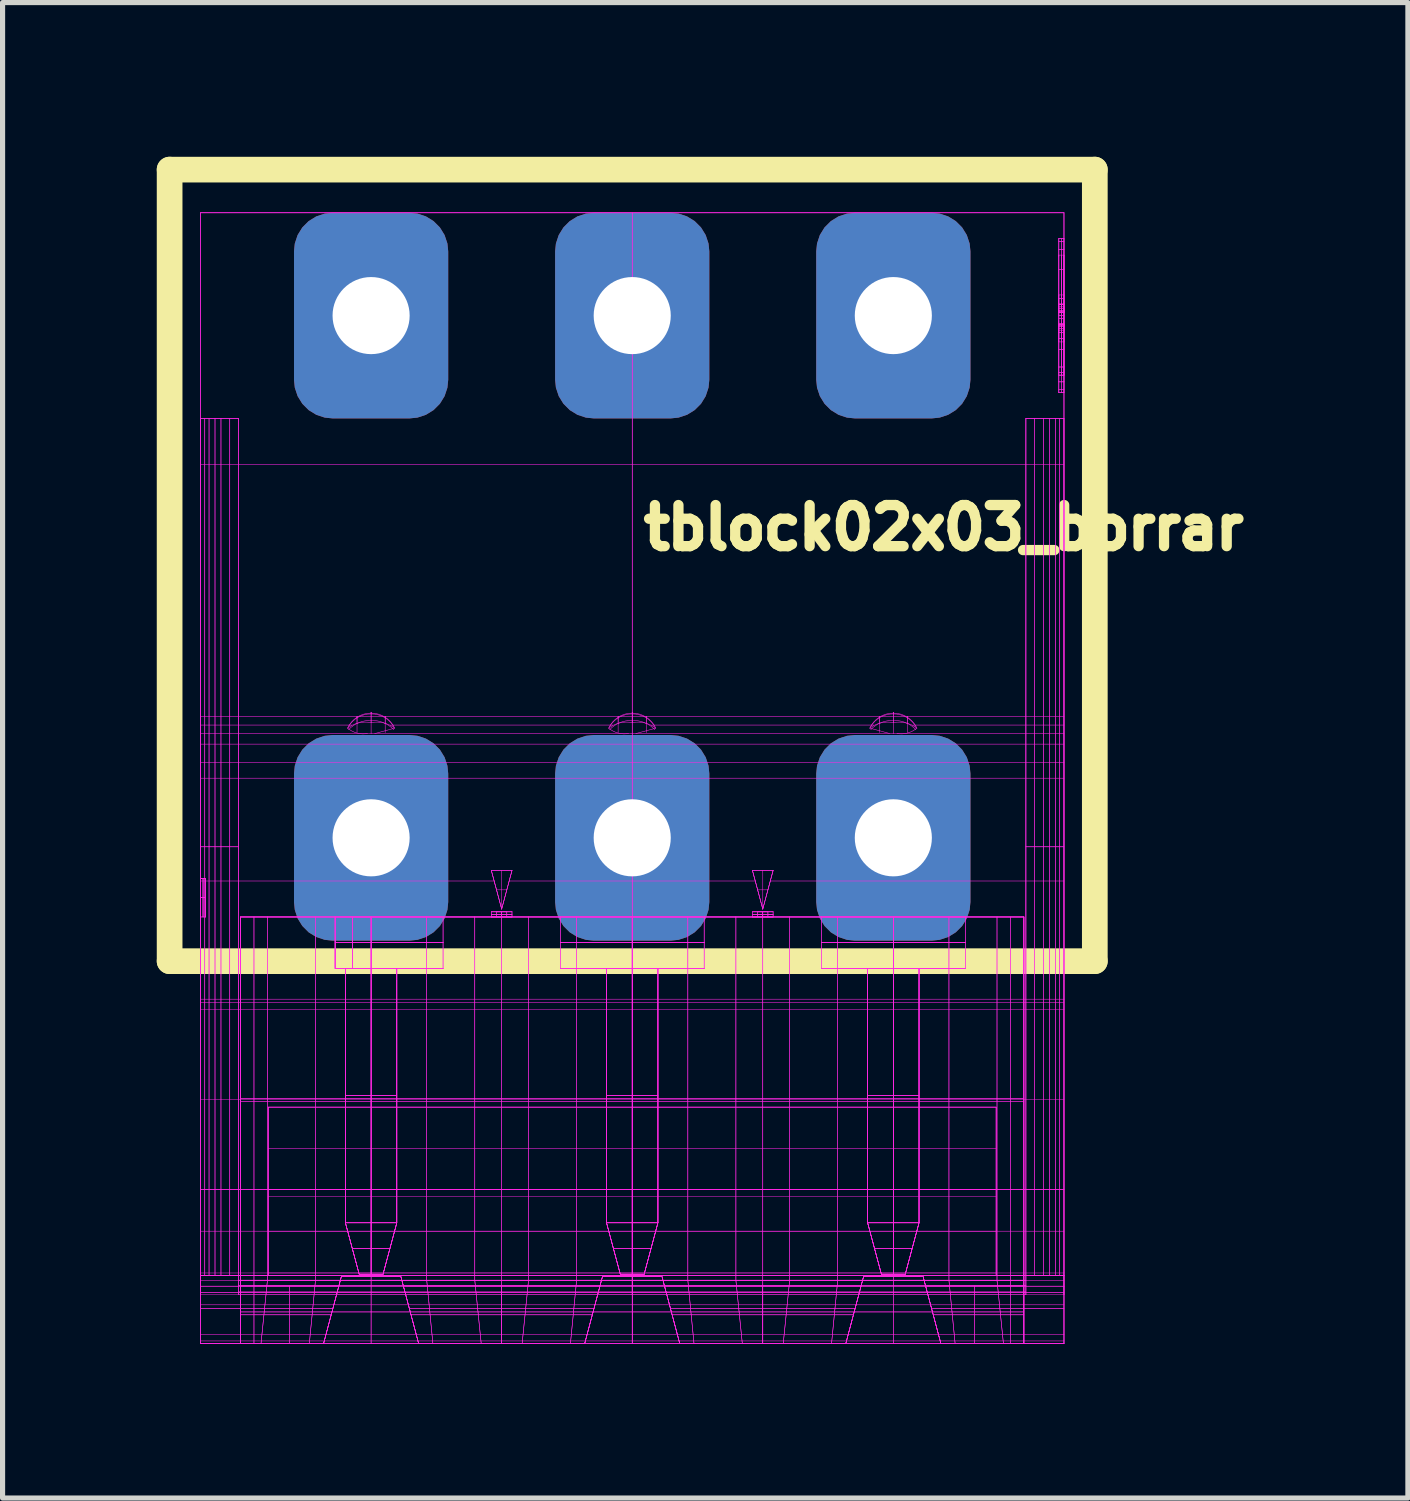
<source format=kicad_pcb>
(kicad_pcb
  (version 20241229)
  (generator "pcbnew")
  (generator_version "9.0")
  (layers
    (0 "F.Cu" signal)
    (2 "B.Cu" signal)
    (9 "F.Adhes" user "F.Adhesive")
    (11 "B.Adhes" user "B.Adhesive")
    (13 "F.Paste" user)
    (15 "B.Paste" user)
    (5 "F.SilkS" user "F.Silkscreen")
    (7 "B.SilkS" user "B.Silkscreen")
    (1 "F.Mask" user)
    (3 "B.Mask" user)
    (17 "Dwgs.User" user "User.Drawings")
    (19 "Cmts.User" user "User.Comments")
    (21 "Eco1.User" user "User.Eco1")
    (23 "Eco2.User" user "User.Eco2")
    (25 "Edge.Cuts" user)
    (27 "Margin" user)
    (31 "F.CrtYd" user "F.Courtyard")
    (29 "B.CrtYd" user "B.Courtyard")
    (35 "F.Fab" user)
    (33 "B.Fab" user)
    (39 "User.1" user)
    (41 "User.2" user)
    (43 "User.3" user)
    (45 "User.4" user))
  (footprint "tblock02x03_borrar"
    (layer "F.Cu")
    (at 9.25 13.25)
    (property "Reference" "tblock02x03_borrar" (at 6.061 -6.034 0) (layer "F.SilkS") (effects (font (size 0.8 0.8) (thickness 0.2))))
    (attr through_hole)
    (fp_line (start -9 -13) (end 9 -13) (stroke (width 0.5) (type solid)) (layer "F.SilkS"))
    (fp_line (start -9 2.4) (end -9 -13) (stroke (width 0.5) (type solid)) (layer "F.SilkS"))
    (fp_line (start 9 -13) (end 9 2.4) (stroke (width 0.5) (type solid)) (layer "F.SilkS"))
    (fp_line (start 9 2.4) (end -9 2.4) (stroke (width 0.5) (type solid)) (layer "F.SilkS"))
    (fp_line (start -8.4 -12.16) (end -8.4 -2.36) (stroke (width 0.01) (type solid)) (layer "F.CrtYd"))
    (fp_line (start -8.4 -12.16) (end -8.4 8.51) (stroke (width 0.01) (type solid)) (layer "F.CrtYd"))
    (fp_line (start -8.4 -12.16) (end 8.4 -12.16) (stroke (width 0.01) (type solid)) (layer "F.CrtYd"))
    (fp_line (start -8.4 -12.16) (end 8.4 -12.16) (stroke (width 0.01) (type solid)) (layer "F.CrtYd"))
    (fp_line (start -8.4 -8.16) (end -8.4 8.51) (stroke (width 0.01) (type solid)) (layer "F.CrtYd"))
    (fp_line (start -8.4 -8.16) (end -8.233 -8.16) (stroke (width 0.01) (type solid)) (layer "F.CrtYd"))
    (fp_line (start -8.4 -8.16) (end -7.659 -8.16) (stroke (width 0.01) (type solid)) (layer "F.CrtYd"))
    (fp_line (start -8.4 -2.36) (end 8.4 -2.36) (stroke (width 0.01) (type solid)) (layer "F.CrtYd"))
    (fp_line (start -8.4 -2.194) (end -5.459 -2.194) (stroke (width 0.01) (type solid)) (layer "F.CrtYd"))
    (fp_line (start -8.4 -2.029) (end -8.4 -2.36) (stroke (width 0.01) (type solid)) (layer "F.CrtYd"))
    (fp_line (start -8.4 -2.029) (end -8.4 -1.461) (stroke (width 0.01) (type solid)) (layer "F.CrtYd"))
    (fp_line (start -8.4 -1.461) (end 8.4 -1.461) (stroke (width 0.01) (type solid)) (layer "F.CrtYd"))
    (fp_line (start -8.4 0.175) (end -8.233 0.175) (stroke (width 0.01) (type solid)) (layer "F.CrtYd"))
    (fp_line (start -8.4 0.175) (end -8.233 0.175) (stroke (width 0.01) (type solid)) (layer "F.CrtYd"))
    (fp_line (start -8.4 0.79) (end -8.4 1.54) (stroke (width 0.01) (type solid)) (layer "F.CrtYd"))
    (fp_line (start -8.4 0.79) (end -8.4 1.54) (stroke (width 0.01) (type solid)) (layer "F.CrtYd"))
    (fp_line (start -8.4 0.79) (end -8.4 1.54) (stroke (width 0.01) (type solid)) (layer "F.CrtYd"))
    (fp_line (start -8.4 0.79) (end -8.3 0.79) (stroke (width 0.01) (type solid)) (layer "F.CrtYd"))
    (fp_line (start -8.4 0.79) (end -8.3 0.79) (stroke (width 0.01) (type solid)) (layer "F.CrtYd"))
    (fp_line (start -8.4 0.79) (end -8.3 0.79) (stroke (width 0.01) (type solid)) (layer "F.CrtYd"))
    (fp_line (start -8.4 1.54) (end -8.4 0.79) (stroke (width 0.01) (type solid)) (layer "F.CrtYd"))
    (fp_line (start -8.4 1.54) (end -8.3 1.54) (stroke (width 0.01) (type solid)) (layer "F.CrtYd"))
    (fp_line (start -8.4 1.54) (end -8.3 1.54) (stroke (width 0.01) (type solid)) (layer "F.CrtYd"))
    (fp_line (start -8.4 3.14) (end -8.4 -1.461) (stroke (width 0.01) (type solid)) (layer "F.CrtYd"))
    (fp_line (start -8.4 3.14) (end -8.4 3.34) (stroke (width 0.01) (type solid)) (layer "F.CrtYd"))
    (fp_line (start -8.4 3.34) (end -8.4 6.84) (stroke (width 0.01) (type solid)) (layer "F.CrtYd"))
    (fp_line (start -8.4 3.34) (end 8.4 3.34) (stroke (width 0.01) (type solid)) (layer "F.CrtYd"))
    (fp_line (start -8.4 5.09) (end 8.4 5.09) (stroke (width 0.01) (type solid)) (layer "F.CrtYd"))
    (fp_line (start -8.4 6.84) (end -8.4 8.466) (stroke (width 0.01) (type solid)) (layer "F.CrtYd"))
    (fp_line (start -8.4 6.84) (end 8.4 6.84) (stroke (width 0.01) (type solid)) (layer "F.CrtYd"))
    (fp_line (start -8.4 6.84) (end 8.4 6.84) (stroke (width 0.01) (type solid)) (layer "F.CrtYd"))
    (fp_line (start -8.4 7.653) (end 8.4 7.653) (stroke (width 0.01) (type solid)) (layer "F.CrtYd"))
    (fp_line (start -8.4 8.466) (end -8.4 9.84) (stroke (width 0.01) (type solid)) (layer "F.CrtYd"))
    (fp_line (start -8.4 8.51) (end -8.4 -8.16) (stroke (width 0.01) (type solid)) (layer "F.CrtYd"))
    (fp_line (start -8.4 8.51) (end -8.4 8.723) (stroke (width 0.01) (type solid)) (layer "F.CrtYd"))
    (fp_line (start -8.4 8.51) (end -8.4 9.66) (stroke (width 0.01) (type solid)) (layer "F.CrtYd"))
    (fp_line (start -8.4 8.51) (end -8.233 8.51) (stroke (width 0.01) (type solid)) (layer "F.CrtYd"))
    (fp_line (start -8.4 8.51) (end -7.08 8.51) (stroke (width 0.01) (type solid)) (layer "F.CrtYd"))
    (fp_line (start -8.4 8.51) (end -7.08 8.51) (stroke (width 0.01) (type solid)) (layer "F.CrtYd"))
    (fp_line (start -8.4 8.51) (end 8.4 8.51) (stroke (width 0.01) (type solid)) (layer "F.CrtYd"))
    (fp_line (start -8.4 8.51) (end 8.4 8.51) (stroke (width 0.01) (type solid)) (layer "F.CrtYd"))
    (fp_line (start -8.4 8.51) (end 8.4 8.51) (stroke (width 0.01) (type solid)) (layer "F.CrtYd"))
    (fp_line (start -8.4 8.616) (end 8.4 8.616) (stroke (width 0.01) (type solid)) (layer "F.CrtYd"))
    (fp_line (start -8.4 8.723) (end -8.4 8.51) (stroke (width 0.01) (type solid)) (layer "F.CrtYd"))
    (fp_line (start -8.4 8.723) (end -8.4 8.89) (stroke (width 0.01) (type solid)) (layer "F.CrtYd"))
    (fp_line (start -8.4 8.723) (end 8.4 8.723) (stroke (width 0.01) (type solid)) (layer "F.CrtYd"))
    (fp_line (start -8.4 8.723) (end 8.4 8.723) (stroke (width 0.01) (type solid)) (layer "F.CrtYd"))
    (fp_line (start -8.4 8.89) (end -8.4 8.723) (stroke (width 0.01) (type solid)) (layer "F.CrtYd"))
    (fp_line (start -8.4 9.66) (end 8.4 9.66) (stroke (width 0.01) (type solid)) (layer "F.CrtYd"))
    (fp_line (start -8.4 9.84) (end -8.4 -12.16) (stroke (width 0.01) (type solid)) (layer "F.CrtYd"))
    (fp_line (start -8.4 9.84) (end -8.4 8.51) (stroke (width 0.01) (type solid)) (layer "F.CrtYd"))
    (fp_line (start -8.4 9.84) (end -8.4 9.66) (stroke (width 0.01) (type solid)) (layer "F.CrtYd"))
    (fp_line (start -8.4 9.84) (end -7.62 9.84) (stroke (width 0.01) (type solid)) (layer "F.CrtYd"))
    (fp_line (start -8.4 9.84) (end -7.62 9.84) (stroke (width 0.01) (type solid)) (layer "F.CrtYd"))
    (fp_line (start -8.35 0.79) (end -8.35 1.54) (stroke (width 0.01) (type solid)) (layer "F.CrtYd"))
    (fp_line (start -8.35 0.79) (end -8.35 1.54) (stroke (width 0.01) (type solid)) (layer "F.CrtYd"))
    (fp_line (start -8.35 1.54) (end -8.35 0.79) (stroke (width 0.01) (type solid)) (layer "F.CrtYd"))
    (fp_line (start -8.35 1.54) (end -8.35 0.79) (stroke (width 0.01) (type solid)) (layer "F.CrtYd"))
    (fp_line (start -8.316 8.51) (end -8.316 -8.16) (stroke (width 0.01) (type solid)) (layer "F.CrtYd"))
    (fp_line (start -8.316 8.51) (end -8.316 -8.16) (stroke (width 0.01) (type solid)) (layer "F.CrtYd"))
    (fp_line (start -8.3 0.79) (end -8.4 0.79) (stroke (width 0.01) (type solid)) (layer "F.CrtYd"))
    (fp_line (start -8.3 0.79) (end -8.4 0.79) (stroke (width 0.01) (type solid)) (layer "F.CrtYd"))
    (fp_line (start -8.3 0.79) (end -8.4 0.79) (stroke (width 0.01) (type solid)) (layer "F.CrtYd"))
    (fp_line (start -8.3 0.79) (end -8.3 1.54) (stroke (width 0.01) (type solid)) (layer "F.CrtYd"))
    (fp_line (start -8.3 0.79) (end -8.3 1.54) (stroke (width 0.01) (type solid)) (layer "F.CrtYd"))
    (fp_line (start -8.3 0.79) (end -8.3 1.54) (stroke (width 0.01) (type solid)) (layer "F.CrtYd"))
    (fp_line (start -8.3 1.165) (end -8.4 1.165) (stroke (width 0.01) (type solid)) (layer "F.CrtYd"))
    (fp_line (start -8.3 1.165) (end -8.4 1.165) (stroke (width 0.01) (type solid)) (layer "F.CrtYd"))
    (fp_line (start -8.3 1.165) (end -8.4 1.165) (stroke (width 0.01) (type solid)) (layer "F.CrtYd"))
    (fp_line (start -8.3 1.165) (end -8.4 1.165) (stroke (width 0.01) (type solid)) (layer "F.CrtYd"))
    (fp_line (start -8.3 1.54) (end -8.3 0.79) (stroke (width 0.01) (type solid)) (layer "F.CrtYd"))
    (fp_line (start -8.3 1.54) (end -8.3 0.79) (stroke (width 0.01) (type solid)) (layer "F.CrtYd"))
    (fp_line (start -8.3 1.54) (end -8.3 0.79) (stroke (width 0.01) (type solid)) (layer "F.CrtYd"))
    (fp_line (start -8.233 -8.16) (end -8.4 -8.16) (stroke (width 0.01) (type solid)) (layer "F.CrtYd"))
    (fp_line (start -8.233 -8.16) (end -8.233 8.51) (stroke (width 0.01) (type solid)) (layer "F.CrtYd"))
    (fp_line (start -8.233 -8.16) (end -8.233 8.51) (stroke (width 0.01) (type solid)) (layer "F.CrtYd"))
    (fp_line (start -8.233 -8.16) (end -8.001 -8.16) (stroke (width 0.01) (type solid)) (layer "F.CrtYd"))
    (fp_line (start -8.233 0.175) (end -8.001 0.175) (stroke (width 0.01) (type solid)) (layer "F.CrtYd"))
    (fp_line (start -8.233 8.51) (end -8.4 8.51) (stroke (width 0.01) (type solid)) (layer "F.CrtYd"))
    (fp_line (start -8.233 8.51) (end -8.001 8.51) (stroke (width 0.01) (type solid)) (layer "F.CrtYd"))
    (fp_line (start -8.117 8.51) (end -8.117 -8.16) (stroke (width 0.01) (type solid)) (layer "F.CrtYd"))
    (fp_line (start -8.117 8.51) (end -8.117 -8.16) (stroke (width 0.01) (type solid)) (layer "F.CrtYd"))
    (fp_line (start -8.001 -8.16) (end -8.233 -8.16) (stroke (width 0.01) (type solid)) (layer "F.CrtYd"))
    (fp_line (start -8.001 -8.16) (end -8.001 8.51) (stroke (width 0.01) (type solid)) (layer "F.CrtYd"))
    (fp_line (start -8.001 -8.16) (end -8.001 8.51) (stroke (width 0.01) (type solid)) (layer "F.CrtYd"))
    (fp_line (start -8.001 -8.16) (end -7.659 -8.16) (stroke (width 0.01) (type solid)) (layer "F.CrtYd"))
    (fp_line (start -8.001 0.175) (end -8.233 0.175) (stroke (width 0.01) (type solid)) (layer "F.CrtYd"))
    (fp_line (start -8.001 0.175) (end -7.659 0.175) (stroke (width 0.01) (type solid)) (layer "F.CrtYd"))
    (fp_line (start -8.001 8.51) (end -8.233 8.51) (stroke (width 0.01) (type solid)) (layer "F.CrtYd"))
    (fp_line (start -8.001 8.51) (end -7.659 8.51) (stroke (width 0.01) (type solid)) (layer "F.CrtYd"))
    (fp_line (start -7.83 8.51) (end -7.83 -8.16) (stroke (width 0.01) (type solid)) (layer "F.CrtYd"))
    (fp_line (start -7.83 8.51) (end -7.83 -8.16) (stroke (width 0.01) (type solid)) (layer "F.CrtYd"))
    (fp_line (start -7.659 -8.16) (end -8.001 -8.16) (stroke (width 0.01) (type solid)) (layer "F.CrtYd"))
    (fp_line (start -7.659 -8.16) (end -7.659 8.51) (stroke (width 0.01) (type solid)) (layer "F.CrtYd"))
    (fp_line (start -7.659 -8.16) (end -7.659 8.889) (stroke (width 0.01) (type solid)) (layer "F.CrtYd"))
    (fp_line (start -7.659 0.175) (end -8.001 0.175) (stroke (width 0.01) (type solid)) (layer "F.CrtYd"))
    (fp_line (start -7.659 8.51) (end -8.001 8.51) (stroke (width 0.01) (type solid)) (layer "F.CrtYd"))
    (fp_line (start -7.659 8.51) (end -7.659 -8.16) (stroke (width 0.01) (type solid)) (layer "F.CrtYd"))
    (fp_line (start -7.659 8.51) (end -7.659 8.705) (stroke (width 0.01) (type solid)) (layer "F.CrtYd"))
    (fp_line (start -7.659 8.607) (end 7.659 8.607) (stroke (width 0.01) (type solid)) (layer "F.CrtYd"))
    (fp_line (start -7.659 8.705) (end -7.659 8.51) (stroke (width 0.01) (type solid)) (layer "F.CrtYd"))
    (fp_line (start -7.659 8.705) (end -7.659 8.89) (stroke (width 0.01) (type solid)) (layer "F.CrtYd"))
    (fp_line (start -7.659 8.705) (end -7.659 8.89) (stroke (width 0.01) (type solid)) (layer "F.CrtYd"))
    (fp_line (start -7.659 8.89) (end 7.659 8.89) (stroke (width 0.01) (type solid)) (layer "F.CrtYd"))
    (fp_line (start -7.62 1.54) (end -7.62 8.608) (stroke (width 0.01) (type solid)) (layer "F.CrtYd"))
    (fp_line (start -7.62 1.54) (end -7.62 8.608) (stroke (width 0.01) (type solid)) (layer "F.CrtYd"))
    (fp_line (start -7.62 1.54) (end -7.62 8.72) (stroke (width 0.01) (type solid)) (layer "F.CrtYd"))
    (fp_line (start -7.62 1.54) (end -7.62 8.72) (stroke (width 0.01) (type solid)) (layer "F.CrtYd"))
    (fp_line (start -7.62 1.54) (end -5.78 1.54) (stroke (width 0.01) (type solid)) (layer "F.CrtYd"))
    (fp_line (start -7.62 1.54) (end -5.78 1.54) (stroke (width 0.01) (type solid)) (layer "F.CrtYd"))
    (fp_line (start -7.62 5.074) (end -7.097 5.074) (stroke (width 0.01) (type solid)) (layer "F.CrtYd"))
    (fp_line (start -7.62 5.074) (end -7.097 5.074) (stroke (width 0.01) (type solid)) (layer "F.CrtYd"))
    (fp_line (start -7.62 8.608) (end -7.62 9.84) (stroke (width 0.01) (type solid)) (layer "F.CrtYd"))
    (fp_line (start -7.62 8.608) (end -7.62 9.84) (stroke (width 0.01) (type solid)) (layer "F.CrtYd"))
    (fp_line (start -7.62 8.608) (end -7.097 8.608) (stroke (width 0.01) (type solid)) (layer "F.CrtYd"))
    (fp_line (start -7.62 8.72) (end -7.62 9.84) (stroke (width 0.01) (type solid)) (layer "F.CrtYd"))
    (fp_line (start -7.62 8.72) (end -7.62 9.84) (stroke (width 0.01) (type solid)) (layer "F.CrtYd"))
    (fp_line (start -7.62 8.72) (end -5.708 8.72) (stroke (width 0.01) (type solid)) (layer "F.CrtYd"))
    (fp_line (start -7.62 8.72) (end -5.708 8.72) (stroke (width 0.01) (type solid)) (layer "F.CrtYd"))
    (fp_line (start -7.62 9.84) (end -7.62 1.54) (stroke (width 0.01) (type solid)) (layer "F.CrtYd"))
    (fp_line (start -7.62 9.84) (end -7.62 1.54) (stroke (width 0.01) (type solid)) (layer "F.CrtYd"))
    (fp_line (start -7.62 9.84) (end -7.222 9.84) (stroke (width 0.01) (type solid)) (layer "F.CrtYd"))
    (fp_line (start -7.62 9.84) (end -7.222 9.84) (stroke (width 0.01) (type solid)) (layer "F.CrtYd"))
    (fp_line (start -7.359 8.608) (end -7.359 1.54) (stroke (width 0.01) (type solid)) (layer "F.CrtYd"))
    (fp_line (start -7.359 8.608) (end -7.359 1.54) (stroke (width 0.01) (type solid)) (layer "F.CrtYd"))
    (fp_line (start -7.359 9.84) (end -7.359 8.608) (stroke (width 0.01) (type solid)) (layer "F.CrtYd"))
    (fp_line (start -7.359 9.84) (end -7.359 8.608) (stroke (width 0.01) (type solid)) (layer "F.CrtYd"))
    (fp_line (start -7.222 9.84) (end -7.097 8.608) (stroke (width 0.01) (type solid)) (layer "F.CrtYd"))
    (fp_line (start -7.222 9.84) (end -7.097 8.608) (stroke (width 0.01) (type solid)) (layer "F.CrtYd"))
    (fp_line (start -7.161 9.224) (end -7.62 9.224) (stroke (width 0.01) (type solid)) (layer "F.CrtYd"))
    (fp_line (start -7.161 9.224) (end -7.62 9.224) (stroke (width 0.01) (type solid)) (layer "F.CrtYd"))
    (fp_line (start -7.161 9.224) (end -5.08 9.224) (stroke (width 0.01) (type solid)) (layer "F.CrtYd"))
    (fp_line (start -7.161 9.224) (end -5.08 9.224) (stroke (width 0.01) (type solid)) (layer "F.CrtYd"))
    (fp_line (start -7.097 1.54) (end -7.62 1.54) (stroke (width 0.01) (type solid)) (layer "F.CrtYd"))
    (fp_line (start -7.097 1.54) (end -7.62 1.54) (stroke (width 0.01) (type solid)) (layer "F.CrtYd"))
    (fp_line (start -7.097 1.54) (end -5.08 1.54) (stroke (width 0.01) (type solid)) (layer "F.CrtYd"))
    (fp_line (start -7.097 1.54) (end -5.08 1.54) (stroke (width 0.01) (type solid)) (layer "F.CrtYd"))
    (fp_line (start -7.097 5.074) (end -5.08 5.074) (stroke (width 0.01) (type solid)) (layer "F.CrtYd"))
    (fp_line (start -7.097 5.074) (end -5.08 5.074) (stroke (width 0.01) (type solid)) (layer "F.CrtYd"))
    (fp_line (start -7.097 8.608) (end -7.62 8.608) (stroke (width 0.01) (type solid)) (layer "F.CrtYd"))
    (fp_line (start -7.097 8.608) (end -7.097 1.54) (stroke (width 0.01) (type solid)) (layer "F.CrtYd"))
    (fp_line (start -7.097 8.608) (end -7.097 1.54) (stroke (width 0.01) (type solid)) (layer "F.CrtYd"))
    (fp_line (start -7.097 8.608) (end -5.08 8.608) (stroke (width 0.01) (type solid)) (layer "F.CrtYd"))
    (fp_line (start -7.097 8.608) (end -5.08 8.608) (stroke (width 0.01) (type solid)) (layer "F.CrtYd"))
    (fp_line (start -7.08 5.24) (end -7.08 8.51) (stroke (width 0.01) (type solid)) (layer "F.CrtYd"))
    (fp_line (start -7.08 5.24) (end 7.08 5.24) (stroke (width 0.01) (type solid)) (layer "F.CrtYd"))
    (fp_line (start -7.08 5.24) (end 7.08 5.24) (stroke (width 0.01) (type solid)) (layer "F.CrtYd"))
    (fp_line (start -7.08 6.84) (end -7.08 5.24) (stroke (width 0.01) (type solid)) (layer "F.CrtYd"))
    (fp_line (start -7.08 6.84) (end -7.08 8.466) (stroke (width 0.01) (type solid)) (layer "F.CrtYd"))
    (fp_line (start -7.08 6.84) (end 7.08 6.84) (stroke (width 0.01) (type solid)) (layer "F.CrtYd"))
    (fp_line (start -7.08 7.653) (end 7.08 7.653) (stroke (width 0.01) (type solid)) (layer "F.CrtYd"))
    (fp_line (start -7.08 8.466) (end 7.08 8.466) (stroke (width 0.01) (type solid)) (layer "F.CrtYd"))
    (fp_line (start -7.08 8.51) (end -8.4 8.51) (stroke (width 0.01) (type solid)) (layer "F.CrtYd"))
    (fp_line (start -7.08 8.51) (end -7.08 5.24) (stroke (width 0.01) (type solid)) (layer "F.CrtYd"))
    (fp_line (start -7.08 8.51) (end -7.08 8.466) (stroke (width 0.01) (type solid)) (layer "F.CrtYd"))
    (fp_line (start -6.664 8.72) (end -6.664 9.84) (stroke (width 0.01) (type solid)) (layer "F.CrtYd"))
    (fp_line (start -6.664 8.72) (end -6.664 9.84) (stroke (width 0.01) (type solid)) (layer "F.CrtYd"))
    (fp_line (start -6.162 1.54) (end -6.162 8.608) (stroke (width 0.01) (type solid)) (layer "F.CrtYd"))
    (fp_line (start -6.162 1.54) (end -6.162 8.608) (stroke (width 0.01) (type solid)) (layer "F.CrtYd"))
    (fp_line (start -6.162 8.608) (end -6.282 9.84) (stroke (width 0.01) (type solid)) (layer "F.CrtYd"))
    (fp_line (start -6.162 8.608) (end -6.282 9.84) (stroke (width 0.01) (type solid)) (layer "F.CrtYd"))
    (fp_line (start -6.005 9.84) (end -8.4 9.84) (stroke (width 0.01) (type solid)) (layer "F.CrtYd"))
    (fp_line (start -6.005 9.84) (end -8.4 9.84) (stroke (width 0.01) (type solid)) (layer "F.CrtYd"))
    (fp_line (start -6.005 9.84) (end -7.62 9.84) (stroke (width 0.01) (type solid)) (layer "F.CrtYd"))
    (fp_line (start -6.005 9.84) (end -7.62 9.84) (stroke (width 0.01) (type solid)) (layer "F.CrtYd"))
    (fp_line (start -6.005 9.84) (end -5.66 8.54) (stroke (width 0.01) (type solid)) (layer "F.CrtYd"))
    (fp_line (start -6.005 9.84) (end -5.66 8.54) (stroke (width 0.01) (type solid)) (layer "F.CrtYd"))
    (fp_line (start -5.856 9.28) (end -7.62 9.28) (stroke (width 0.01) (type solid)) (layer "F.CrtYd"))
    (fp_line (start -5.856 9.28) (end -7.62 9.28) (stroke (width 0.01) (type solid)) (layer "F.CrtYd"))
    (fp_line (start -5.823 9.153) (end -8.4 9.153) (stroke (width 0.01) (type solid)) (layer "F.CrtYd"))
    (fp_line (start -5.823 9.153) (end -8.4 9.153) (stroke (width 0.01) (type solid)) (layer "F.CrtYd"))
    (fp_line (start -5.78 1.54) (end -5.78 2.54) (stroke (width 0.01) (type solid)) (layer "F.CrtYd"))
    (fp_line (start -5.78 1.54) (end -5.78 2.54) (stroke (width 0.01) (type solid)) (layer "F.CrtYd"))
    (fp_line (start -5.78 1.54) (end -5.78 2.54) (stroke (width 0.01) (type solid)) (layer "F.CrtYd"))
    (fp_line (start -5.78 1.54) (end -5.78 2.54) (stroke (width 0.01) (type solid)) (layer "F.CrtYd"))
    (fp_line (start -5.78 2.04) (end -5.08 2.04) (stroke (width 0.01) (type solid)) (layer "F.CrtYd"))
    (fp_line (start -5.78 2.04) (end -5.08 2.04) (stroke (width 0.01) (type solid)) (layer "F.CrtYd"))
    (fp_line (start -5.78 2.54) (end -5.78 1.54) (stroke (width 0.01) (type solid)) (layer "F.CrtYd"))
    (fp_line (start -5.78 2.54) (end -5.78 1.54) (stroke (width 0.01) (type solid)) (layer "F.CrtYd"))
    (fp_line (start -5.78 2.54) (end -5.58 2.54) (stroke (width 0.01) (type solid)) (layer "F.CrtYd"))
    (fp_line (start -5.78 2.54) (end -5.58 2.54) (stroke (width 0.01) (type solid)) (layer "F.CrtYd"))
    (fp_line (start -5.78 2.54) (end -5.08 2.54) (stroke (width 0.01) (type solid)) (layer "F.CrtYd"))
    (fp_line (start -5.78 2.54) (end -5.08 2.54) (stroke (width 0.01) (type solid)) (layer "F.CrtYd"))
    (fp_line (start -5.78 2.54) (end -5.08 2.54) (stroke (width 0.01) (type solid)) (layer "F.CrtYd"))
    (fp_line (start -5.78 2.54) (end -5.08 2.54) (stroke (width 0.01) (type solid)) (layer "F.CrtYd"))
    (fp_line (start -5.708 8.72) (end -6.005 9.84) (stroke (width 0.01) (type solid)) (layer "F.CrtYd"))
    (fp_line (start -5.708 8.72) (end -6.005 9.84) (stroke (width 0.01) (type solid)) (layer "F.CrtYd"))
    (fp_line (start -5.708 8.72) (end -5.66 8.54) (stroke (width 0.01) (type solid)) (layer "F.CrtYd"))
    (fp_line (start -5.66 8.54) (end -6.005 9.84) (stroke (width 0.01) (type solid)) (layer "F.CrtYd"))
    (fp_line (start -5.66 8.54) (end -6.005 9.84) (stroke (width 0.01) (type solid)) (layer "F.CrtYd"))
    (fp_line (start -5.66 8.54) (end -5.708 8.72) (stroke (width 0.01) (type solid)) (layer "F.CrtYd"))
    (fp_line (start -5.66 8.54) (end -4.5 8.54) (stroke (width 0.01) (type solid)) (layer "F.CrtYd"))
    (fp_line (start -5.66 8.54) (end -4.5 8.54) (stroke (width 0.01) (type solid)) (layer "F.CrtYd"))
    (fp_line (start -5.66 8.54) (end -4.5 8.54) (stroke (width 0.01) (type solid)) (layer "F.CrtYd"))
    (fp_line (start -5.66 8.54) (end -4.5 8.54) (stroke (width 0.01) (type solid)) (layer "F.CrtYd"))
    (fp_line (start -5.58 -10.66) (end -5.58 -10.65) (stroke (width 0.01) (type solid)) (layer "F.CrtYd"))
    (fp_line (start -5.58 -10.66) (end -5.58 -10.65) (stroke (width 0.01) (type solid)) (layer "F.CrtYd"))
    (fp_line (start -5.58 -10.66) (end -5.58 -10.65) (stroke (width 0.01) (type solid)) (layer "F.CrtYd"))
    (fp_line (start -5.58 -10.66) (end -5.57 -10.66) (stroke (width 0.01) (type solid)) (layer "F.CrtYd"))
    (fp_line (start -5.58 -10.66) (end -5.57 -10.66) (stroke (width 0.01) (type solid)) (layer "F.CrtYd"))
    (fp_line (start -5.58 -10.655) (end -5.575 -10.655) (stroke (width 0.01) (type solid)) (layer "F.CrtYd"))
    (fp_line (start -5.58 -10.655) (end -5.575 -10.655) (stroke (width 0.01) (type solid)) (layer "F.CrtYd"))
    (fp_line (start -5.58 -10.65) (end -5.58 -9.67) (stroke (width 0.01) (type solid)) (layer "F.CrtYd"))
    (fp_line (start -5.58 -10.65) (end -5.58 -9.67) (stroke (width 0.01) (type solid)) (layer "F.CrtYd"))
    (fp_line (start -5.58 -10.65) (end -5.58 -9.67) (stroke (width 0.01) (type solid)) (layer "F.CrtYd"))
    (fp_line (start -5.58 -10.65) (end -5.57 -10.66) (stroke (width 0.01) (type solid)) (layer "F.CrtYd"))
    (fp_line (start -5.58 -10.16) (end -5.78 -10.16) (stroke (width 0.01) (type solid)) (layer "F.CrtYd"))
    (fp_line (start -5.58 -10.16) (end -5.312 -10.16) (stroke (width 0.01) (type solid)) (layer "F.CrtYd"))
    (fp_line (start -5.58 -9.67) (end -5.58 -9.66) (stroke (width 0.01) (type solid)) (layer "F.CrtYd"))
    (fp_line (start -5.58 -9.67) (end -5.58 -9.66) (stroke (width 0.01) (type solid)) (layer "F.CrtYd"))
    (fp_line (start -5.58 -9.67) (end -5.575 -9.665) (stroke (width 0.01) (type solid)) (layer "F.CrtYd"))
    (fp_line (start -5.58 -9.665) (end -5.575 -9.665) (stroke (width 0.01) (type solid)) (layer "F.CrtYd"))
    (fp_line (start -5.58 -9.665) (end -5.575 -9.665) (stroke (width 0.01) (type solid)) (layer "F.CrtYd"))
    (fp_line (start -5.58 -9.66) (end -5.58 -9.67) (stroke (width 0.01) (type solid)) (layer "F.CrtYd"))
    (fp_line (start -5.58 -9.66) (end -5.57 -9.66) (stroke (width 0.01) (type solid)) (layer "F.CrtYd"))
    (fp_line (start -5.58 -9.66) (end -5.57 -9.66) (stroke (width 0.01) (type solid)) (layer "F.CrtYd"))
    (fp_line (start -5.58 -9.66) (end -5.57 -9.66) (stroke (width 0.01) (type solid)) (layer "F.CrtYd"))
    (fp_line (start -5.58 -0.5) (end -5.58 -0.49) (stroke (width 0.01) (type solid)) (layer "F.CrtYd"))
    (fp_line (start -5.58 -0.5) (end -5.58 -0.49) (stroke (width 0.01) (type solid)) (layer "F.CrtYd"))
    (fp_line (start -5.58 -0.5) (end -5.58 -0.49) (stroke (width 0.01) (type solid)) (layer "F.CrtYd"))
    (fp_line (start -5.58 -0.5) (end -5.57 -0.5) (stroke (width 0.01) (type solid)) (layer "F.CrtYd"))
    (fp_line (start -5.58 -0.5) (end -5.57 -0.5) (stroke (width 0.01) (type solid)) (layer "F.CrtYd"))
    (fp_line (start -5.58 -0.495) (end -5.575 -0.495) (stroke (width 0.01) (type solid)) (layer "F.CrtYd"))
    (fp_line (start -5.58 -0.495) (end -5.575 -0.495) (stroke (width 0.01) (type solid)) (layer "F.CrtYd"))
    (fp_line (start -5.58 -0.49) (end -5.58 0.49) (stroke (width 0.01) (type solid)) (layer "F.CrtYd"))
    (fp_line (start -5.58 -0.49) (end -5.58 0.49) (stroke (width 0.01) (type solid)) (layer "F.CrtYd"))
    (fp_line (start -5.58 -0.49) (end -5.575 -0.495) (stroke (width 0.01) (type solid)) (layer "F.CrtYd"))
    (fp_line (start -5.58 -0.49) (end -5.57 -0.5) (stroke (width 0.01) (type solid)) (layer "F.CrtYd"))
    (fp_line (start -5.58 0) (end -5.78 0) (stroke (width 0.01) (type solid)) (layer "F.CrtYd"))
    (fp_line (start -5.58 0) (end -5.312 0) (stroke (width 0.01) (type solid)) (layer "F.CrtYd"))
    (fp_line (start -5.58 0.49) (end -5.58 -0.49) (stroke (width 0.01) (type solid)) (layer "F.CrtYd"))
    (fp_line (start -5.58 0.49) (end -5.58 0.5) (stroke (width 0.01) (type solid)) (layer "F.CrtYd"))
    (fp_line (start -5.58 0.49) (end -5.58 0.5) (stroke (width 0.01) (type solid)) (layer "F.CrtYd"))
    (fp_line (start -5.58 0.49) (end -5.575 0.495) (stroke (width 0.01) (type solid)) (layer "F.CrtYd"))
    (fp_line (start -5.58 0.495) (end -5.575 0.495) (stroke (width 0.01) (type solid)) (layer "F.CrtYd"))
    (fp_line (start -5.58 0.495) (end -5.575 0.495) (stroke (width 0.01) (type solid)) (layer "F.CrtYd"))
    (fp_line (start -5.58 0.5) (end -5.58 0.49) (stroke (width 0.01) (type solid)) (layer "F.CrtYd"))
    (fp_line (start -5.58 0.5) (end -5.57 0.5) (stroke (width 0.01) (type solid)) (layer "F.CrtYd"))
    (fp_line (start -5.58 0.5) (end -5.57 0.5) (stroke (width 0.01) (type solid)) (layer "F.CrtYd"))
    (fp_line (start -5.58 0.5) (end -5.57 0.5) (stroke (width 0.01) (type solid)) (layer "F.CrtYd"))
    (fp_line (start -5.58 2.54) (end -5.58 7.49) (stroke (width 0.01) (type solid)) (layer "F.CrtYd"))
    (fp_line (start -5.58 2.54) (end -5.58 7.49) (stroke (width 0.01) (type solid)) (layer "F.CrtYd"))
    (fp_line (start -5.58 2.54) (end -5.58 7.49) (stroke (width 0.01) (type solid)) (layer "F.CrtYd"))
    (fp_line (start -5.58 2.54) (end -5.58 7.49) (stroke (width 0.01) (type solid)) (layer "F.CrtYd"))
    (fp_line (start -5.58 2.54) (end -4.58 2.54) (stroke (width 0.01) (type solid)) (layer "F.CrtYd"))
    (fp_line (start -5.58 2.54) (end -4.58 2.54) (stroke (width 0.01) (type solid)) (layer "F.CrtYd"))
    (fp_line (start -5.58 5.015) (end -4.58 5.015) (stroke (width 0.01) (type solid)) (layer "F.CrtYd"))
    (fp_line (start -5.58 5.015) (end -4.58 5.015) (stroke (width 0.01) (type solid)) (layer "F.CrtYd"))
    (fp_line (start -5.58 7.49) (end -5.58 2.54) (stroke (width 0.01) (type solid)) (layer "F.CrtYd"))
    (fp_line (start -5.58 7.49) (end -5.58 2.54) (stroke (width 0.01) (type solid)) (layer "F.CrtYd"))
    (fp_line (start -5.58 7.49) (end -5.312 8.49) (stroke (width 0.01) (type solid)) (layer "F.CrtYd"))
    (fp_line (start -5.58 7.49) (end -5.312 8.49) (stroke (width 0.01) (type solid)) (layer "F.CrtYd"))
    (fp_line (start -5.58 7.49) (end -5.312 8.49) (stroke (width 0.01) (type solid)) (layer "F.CrtYd"))
    (fp_line (start -5.58 7.49) (end -5.312 8.49) (stroke (width 0.01) (type solid)) (layer "F.CrtYd"))
    (fp_line (start -5.58 7.49) (end -4.58 7.49) (stroke (width 0.01) (type solid)) (layer "F.CrtYd"))
    (fp_line (start -5.58 7.49) (end -4.58 7.49) (stroke (width 0.01) (type solid)) (layer "F.CrtYd"))
    (fp_line (start -5.577 -10.657) (end -5.577 -10.652) (stroke (width 0.01) (type solid)) (layer "F.CrtYd"))
    (fp_line (start -5.577 -10.657) (end -5.572 -10.657) (stroke (width 0.01) (type solid)) (layer "F.CrtYd"))
    (fp_line (start -5.577 -9.668) (end -5.577 -9.663) (stroke (width 0.01) (type solid)) (layer "F.CrtYd"))
    (fp_line (start -5.577 -9.663) (end -5.572 -9.663) (stroke (width 0.01) (type solid)) (layer "F.CrtYd"))
    (fp_line (start -5.577 -0.497) (end -5.577 -0.492) (stroke (width 0.01) (type solid)) (layer "F.CrtYd"))
    (fp_line (start -5.577 -0.497) (end -5.572 -0.497) (stroke (width 0.01) (type solid)) (layer "F.CrtYd"))
    (fp_line (start -5.577 0.492) (end -5.577 0.497) (stroke (width 0.01) (type solid)) (layer "F.CrtYd"))
    (fp_line (start -5.577 0.497) (end -5.572 0.497) (stroke (width 0.01) (type solid)) (layer "F.CrtYd"))
    (fp_line (start -5.575 -10.655) (end -5.58 -10.66) (stroke (width 0.01) (type solid)) (layer "F.CrtYd"))
    (fp_line (start -5.575 -10.655) (end -5.58 -10.65) (stroke (width 0.01) (type solid)) (layer "F.CrtYd"))
    (fp_line (start -5.575 -9.665) (end -5.58 -9.66) (stroke (width 0.01) (type solid)) (layer "F.CrtYd"))
    (fp_line (start -5.575 -9.665) (end -5.312 -9.928) (stroke (width 0.01) (type solid)) (layer "F.CrtYd"))
    (fp_line (start -5.575 -0.495) (end -5.58 -0.5) (stroke (width 0.01) (type solid)) (layer "F.CrtYd"))
    (fp_line (start -5.575 0.495) (end -5.58 0.5) (stroke (width 0.01) (type solid)) (layer "F.CrtYd"))
    (fp_line (start -5.575 0.495) (end -5.312 0.232) (stroke (width 0.01) (type solid)) (layer "F.CrtYd"))
    (fp_line (start -5.575 -10.655) (end -5.575 -10.66) (stroke (width 0.01) (type solid)) (layer "F.CrtYd"))
    (fp_line (start -5.575 -10.655) (end -5.575 -10.66) (stroke (width 0.01) (type solid)) (layer "F.CrtYd"))
    (fp_line (start -5.575 -9.66) (end -5.575 -9.665) (stroke (width 0.01) (type solid)) (layer "F.CrtYd"))
    (fp_line (start -5.575 -9.66) (end -5.575 -9.665) (stroke (width 0.01) (type solid)) (layer "F.CrtYd"))
    (fp_line (start -5.575 -0.495) (end -5.575 -0.5) (stroke (width 0.01) (type solid)) (layer "F.CrtYd"))
    (fp_line (start -5.575 -0.495) (end -5.575 -0.5) (stroke (width 0.01) (type solid)) (layer "F.CrtYd"))
    (fp_line (start -5.575 0.5) (end -5.575 0.495) (stroke (width 0.01) (type solid)) (layer "F.CrtYd"))
    (fp_line (start -5.575 0.5) (end -5.575 0.495) (stroke (width 0.01) (type solid)) (layer "F.CrtYd"))
    (fp_line (start -5.57 -10.66) (end -5.58 -10.66) (stroke (width 0.01) (type solid)) (layer "F.CrtYd"))
    (fp_line (start -5.57 -10.66) (end -5.575 -10.655) (stroke (width 0.01) (type solid)) (layer "F.CrtYd"))
    (fp_line (start -5.57 -10.66) (end -5.08 -10.66) (stroke (width 0.01) (type solid)) (layer "F.CrtYd"))
    (fp_line (start -5.57 -10.66) (end -5.08 -10.66) (stroke (width 0.01) (type solid)) (layer "F.CrtYd"))
    (fp_line (start -5.57 -9.66) (end -5.58 -9.67) (stroke (width 0.01) (type solid)) (layer "F.CrtYd"))
    (fp_line (start -5.57 -9.66) (end -5.575 -9.665) (stroke (width 0.01) (type solid)) (layer "F.CrtYd"))
    (fp_line (start -5.57 -9.66) (end -5.08 -9.66) (stroke (width 0.01) (type solid)) (layer "F.CrtYd"))
    (fp_line (start -5.57 -9.66) (end -5.08 -9.66) (stroke (width 0.01) (type solid)) (layer "F.CrtYd"))
    (fp_line (start -5.57 -0.5) (end -5.58 -0.5) (stroke (width 0.01) (type solid)) (layer "F.CrtYd"))
    (fp_line (start -5.57 -0.5) (end -5.575 -0.495) (stroke (width 0.01) (type solid)) (layer "F.CrtYd"))
    (fp_line (start -5.57 -0.5) (end -5.08 -0.5) (stroke (width 0.01) (type solid)) (layer "F.CrtYd"))
    (fp_line (start -5.57 0.5) (end -5.58 0.49) (stroke (width 0.01) (type solid)) (layer "F.CrtYd"))
    (fp_line (start -5.57 0.5) (end -5.575 0.495) (stroke (width 0.01) (type solid)) (layer "F.CrtYd"))
    (fp_line (start -5.57 0.5) (end -5.08 0.5) (stroke (width 0.01) (type solid)) (layer "F.CrtYd"))
    (fp_line (start -5.57 0.5) (end -5.08 0.5) (stroke (width 0.01) (type solid)) (layer "F.CrtYd"))
    (fp_line (start -5.446 -10.526) (end -5.446 -9.794) (stroke (width 0.01) (type solid)) (layer "F.CrtYd"))
    (fp_line (start -5.446 -10.526) (end -5.08 -10.526) (stroke (width 0.01) (type solid)) (layer "F.CrtYd"))
    (fp_line (start -5.446 -9.794) (end -5.08 -9.794) (stroke (width 0.01) (type solid)) (layer "F.CrtYd"))
    (fp_line (start -5.446 -0.366) (end -5.446 0.366) (stroke (width 0.01) (type solid)) (layer "F.CrtYd"))
    (fp_line (start -5.446 -0.366) (end -5.08 -0.366) (stroke (width 0.01) (type solid)) (layer "F.CrtYd"))
    (fp_line (start -5.446 0.366) (end -5.08 0.366) (stroke (width 0.01) (type solid)) (layer "F.CrtYd"))
    (fp_line (start -5.442 1.54) (end -5.442 2.54) (stroke (width 0.01) (type solid)) (layer "F.CrtYd"))
    (fp_line (start -5.442 1.54) (end -5.442 2.54) (stroke (width 0.01) (type solid)) (layer "F.CrtYd"))
    (fp_line (start -5.442 1.54) (end -5.442 2.54) (stroke (width 0.01) (type solid)) (layer "F.CrtYd"))
    (fp_line (start -5.442 1.54) (end -5.442 2.54) (stroke (width 0.01) (type solid)) (layer "F.CrtYd"))
    (fp_line (start -5.354 -2.358) (end -5.354 -2.358) (stroke (width 0.01) (type solid)) (layer "F.CrtYd"))
    (fp_line (start -5.354 -2.358) (end -5.354 -2.358) (stroke (width 0.01) (type solid)) (layer "F.CrtYd"))
    (fp_line (start -5.354 -2.358) (end -5.354 -2.34) (stroke (width 0.01) (type solid)) (layer "F.CrtYd"))
    (fp_line (start -5.354 -2.358) (end -5.354 -2.358) (stroke (width 0.01) (type solid)) (layer "F.CrtYd"))
    (fp_line (start -5.354 -2.356) (end -5.354 -2.358) (stroke (width 0.01) (type solid)) (layer "F.CrtYd"))
    (fp_line (start -5.354 -2.346) (end -5.354 -2.356) (stroke (width 0.01) (type solid)) (layer "F.CrtYd"))
    (fp_line (start -5.354 -2.34) (end -5.354 -2.22) (stroke (width 0.01) (type solid)) (layer "F.CrtYd"))
    (fp_line (start -5.354 -2.048) (end -5.354 -2.346) (stroke (width 0.01) (type solid)) (layer "F.CrtYd"))
    (fp_line (start -5.327 -10.407) (end -5.327 -10.66) (stroke (width 0.01) (type solid)) (layer "F.CrtYd"))
    (fp_line (start -5.327 -9.66) (end -5.327 -9.913) (stroke (width 0.01) (type solid)) (layer "F.CrtYd"))
    (fp_line (start -5.327 -0.247) (end -5.327 -0.5) (stroke (width 0.01) (type solid)) (layer "F.CrtYd"))
    (fp_line (start -5.327 0.5) (end -5.327 0.247) (stroke (width 0.01) (type solid)) (layer "F.CrtYd"))
    (fp_line (start -5.325 -10.66) (end -5.325 -10.816) (stroke (width 0.01) (type solid)) (layer "F.CrtYd"))
    (fp_line (start -5.325 -9.504) (end -5.325 -9.66) (stroke (width 0.01) (type solid)) (layer "F.CrtYd"))
    (fp_line (start -5.325 -0.5) (end -5.325 -0.656) (stroke (width 0.01) (type solid)) (layer "F.CrtYd"))
    (fp_line (start -5.325 0.656) (end -5.325 0.5) (stroke (width 0.01) (type solid)) (layer "F.CrtYd"))
    (fp_line (start -5.312 -10.392) (end -5.575 -10.655) (stroke (width 0.01) (type solid)) (layer "F.CrtYd"))
    (fp_line (start -5.312 -10.392) (end -5.312 -9.928) (stroke (width 0.01) (type solid)) (layer "F.CrtYd"))
    (fp_line (start -5.312 -9.928) (end -5.08 -9.928) (stroke (width 0.01) (type solid)) (layer "F.CrtYd"))
    (fp_line (start -5.312 -0.232) (end -5.575 -0.495) (stroke (width 0.01) (type solid)) (layer "F.CrtYd"))
    (fp_line (start -5.312 -0.232) (end -5.312 0.232) (stroke (width 0.01) (type solid)) (layer "F.CrtYd"))
    (fp_line (start -5.312 0.232) (end -5.08 0.232) (stroke (width 0.01) (type solid)) (layer "F.CrtYd"))
    (fp_line (start -5.312 8.49) (end -5.58 7.49) (stroke (width 0.01) (type solid)) (layer "F.CrtYd"))
    (fp_line (start -5.312 8.49) (end -5.58 7.49) (stroke (width 0.01) (type solid)) (layer "F.CrtYd"))
    (fp_line (start -5.312 8.49) (end -4.848 8.49) (stroke (width 0.01) (type solid)) (layer "F.CrtYd"))
    (fp_line (start -5.312 8.49) (end -4.848 8.49) (stroke (width 0.01) (type solid)) (layer "F.CrtYd"))
    (fp_line (start -5.312 8.49) (end -4.848 8.49) (stroke (width 0.01) (type solid)) (layer "F.CrtYd"))
    (fp_line (start -5.312 8.49) (end -4.848 8.49) (stroke (width 0.01) (type solid)) (layer "F.CrtYd"))
    (fp_line (start -5.312 8.49) (end -4.848 8.49) (stroke (width 0.01) (type solid)) (layer "F.CrtYd"))
    (fp_line (start -5.154 -2.029) (end -8.4 -2.029) (stroke (width 0.01) (type solid)) (layer "F.CrtYd"))
    (fp_line (start -5.08 -10.86) (end -5.08 -10.66) (stroke (width 0.01) (type solid)) (layer "F.CrtYd"))
    (fp_line (start -5.08 -10.76) (end -5.441 -10.76) (stroke (width 0.01) (type solid)) (layer "F.CrtYd"))
    (fp_line (start -5.08 -10.66) (end -5.57 -10.66) (stroke (width 0.01) (type solid)) (layer "F.CrtYd"))
    (fp_line (start -5.08 -10.66) (end -5.08 -10.392) (stroke (width 0.01) (type solid)) (layer "F.CrtYd"))
    (fp_line (start -5.08 -10.66) (end -4.59 -10.66) (stroke (width 0.01) (type solid)) (layer "F.CrtYd"))
    (fp_line (start -5.08 -10.66) (end -4.59 -10.66) (stroke (width 0.01) (type solid)) (layer "F.CrtYd"))
    (fp_line (start -5.08 -10.526) (end -4.714 -10.526) (stroke (width 0.01) (type solid)) (layer "F.CrtYd"))
    (fp_line (start -5.08 -10.392) (end -5.312 -10.392) (stroke (width 0.01) (type solid)) (layer "F.CrtYd"))
    (fp_line (start -5.08 -10.392) (end -4.848 -10.392) (stroke (width 0.01) (type solid)) (layer "F.CrtYd"))
    (fp_line (start -5.08 -9.928) (end -5.08 -10.392) (stroke (width 0.01) (type solid)) (layer "F.CrtYd"))
    (fp_line (start -5.08 -9.928) (end -5.08 -9.66) (stroke (width 0.01) (type solid)) (layer "F.CrtYd"))
    (fp_line (start -5.08 -9.794) (end -4.714 -9.794) (stroke (width 0.01) (type solid)) (layer "F.CrtYd"))
    (fp_line (start -5.08 -9.66) (end -5.57 -9.66) (stroke (width 0.01) (type solid)) (layer "F.CrtYd"))
    (fp_line (start -5.08 -9.66) (end -5.08 -9.46) (stroke (width 0.01) (type solid)) (layer "F.CrtYd"))
    (fp_line (start -5.08 -9.66) (end -4.59 -9.66) (stroke (width 0.01) (type solid)) (layer "F.CrtYd"))
    (fp_line (start -5.08 -9.66) (end -4.59 -9.66) (stroke (width 0.01) (type solid)) (layer "F.CrtYd"))
    (fp_line (start -5.08 -9.66) (end -4.59 -9.66) (stroke (width 0.01) (type solid)) (layer "F.CrtYd"))
    (fp_line (start -5.08 -9.56) (end -5.441 -9.56) (stroke (width 0.01) (type solid)) (layer "F.CrtYd"))
    (fp_line (start -5.08 -9.46) (end -5.08 -10.86) (stroke (width 0.01) (type solid)) (layer "F.CrtYd"))
    (fp_line (start -5.08 -2.44) (end -5.08 -2.44) (stroke (width 0.01) (type solid)) (layer "F.CrtYd"))
    (fp_line (start -5.08 -2.44) (end -5.08 -2.44) (stroke (width 0.01) (type solid)) (layer "F.CrtYd"))
    (fp_line (start -5.08 -2.44) (end -5.08 -2.439) (stroke (width 0.01) (type solid)) (layer "F.CrtYd"))
    (fp_line (start -5.08 -2.44) (end -5.08 -2.44) (stroke (width 0.01) (type solid)) (layer "F.CrtYd"))
    (fp_line (start -5.08 -2.439) (end -5.08 -2.41) (stroke (width 0.01) (type solid)) (layer "F.CrtYd"))
    (fp_line (start -5.08 -2.437) (end -5.08 -2.44) (stroke (width 0.01) (type solid)) (layer "F.CrtYd"))
    (fp_line (start -5.08 -2.426) (end -5.08 -2.437) (stroke (width 0.01) (type solid)) (layer "F.CrtYd"))
    (fp_line (start -5.08 -2.426) (end -5.08 -2.027) (stroke (width 0.01) (type solid)) (layer "F.CrtYd"))
    (fp_line (start -5.08 -2.41) (end -5.08 -2.241) (stroke (width 0.01) (type solid)) (layer "F.CrtYd"))
    (fp_line (start -5.08 -2.027) (end -5.154 -2.029) (stroke (width 0.01) (type solid)) (layer "F.CrtYd"))
    (fp_line (start -5.08 -0.7) (end -5.08 -0.5) (stroke (width 0.01) (type solid)) (layer "F.CrtYd"))
    (fp_line (start -5.08 -0.6) (end -5.441 -0.6) (stroke (width 0.01) (type solid)) (layer "F.CrtYd"))
    (fp_line (start -5.08 -0.5) (end -5.57 -0.5) (stroke (width 0.01) (type solid)) (layer "F.CrtYd"))
    (fp_line (start -5.08 -0.5) (end -5.57 -0.5) (stroke (width 0.01) (type solid)) (layer "F.CrtYd"))
    (fp_line (start -5.08 -0.5) (end -5.08 -0.232) (stroke (width 0.01) (type solid)) (layer "F.CrtYd"))
    (fp_line (start -5.08 -0.5) (end -4.59 -0.5) (stroke (width 0.01) (type solid)) (layer "F.CrtYd"))
    (fp_line (start -5.08 -0.5) (end -4.59 -0.5) (stroke (width 0.01) (type solid)) (layer "F.CrtYd"))
    (fp_line (start -5.08 -0.366) (end -4.714 -0.366) (stroke (width 0.01) (type solid)) (layer "F.CrtYd"))
    (fp_line (start -5.08 -0.232) (end -5.312 -0.232) (stroke (width 0.01) (type solid)) (layer "F.CrtYd"))
    (fp_line (start -5.08 0.232) (end -5.08 -0.232) (stroke (width 0.01) (type solid)) (layer "F.CrtYd"))
    (fp_line (start -5.08 0.232) (end -5.08 0.5) (stroke (width 0.01) (type solid)) (layer "F.CrtYd"))
    (fp_line (start -5.08 0.366) (end -4.714 0.366) (stroke (width 0.01) (type solid)) (layer "F.CrtYd"))
    (fp_line (start -5.08 0.5) (end -5.57 0.5) (stroke (width 0.01) (type solid)) (layer "F.CrtYd"))
    (fp_line (start -5.08 0.5) (end -5.08 0.7) (stroke (width 0.01) (type solid)) (layer "F.CrtYd"))
    (fp_line (start -5.08 0.5) (end -4.59 0.5) (stroke (width 0.01) (type solid)) (layer "F.CrtYd"))
    (fp_line (start -5.08 0.5) (end -4.59 0.5) (stroke (width 0.01) (type solid)) (layer "F.CrtYd"))
    (fp_line (start -5.08 0.5) (end -4.59 0.5) (stroke (width 0.01) (type solid)) (layer "F.CrtYd"))
    (fp_line (start -5.08 0.6) (end -5.441 0.6) (stroke (width 0.01) (type solid)) (layer "F.CrtYd"))
    (fp_line (start -5.08 0.7) (end -5.08 -0.7) (stroke (width 0.01) (type solid)) (layer "F.CrtYd"))
    (fp_line (start -5.08 1.54) (end -5.78 1.54) (stroke (width 0.01) (type solid)) (layer "F.CrtYd"))
    (fp_line (start -5.08 1.54) (end -5.78 1.54) (stroke (width 0.01) (type solid)) (layer "F.CrtYd"))
    (fp_line (start -5.08 1.54) (end -5.78 1.54) (stroke (width 0.01) (type solid)) (layer "F.CrtYd"))
    (fp_line (start -5.08 1.54) (end -5.78 1.54) (stroke (width 0.01) (type solid)) (layer "F.CrtYd"))
    (fp_line (start -5.08 1.54) (end -5.08 8.608) (stroke (width 0.01) (type solid)) (layer "F.CrtYd"))
    (fp_line (start -5.08 1.54) (end -5.08 8.608) (stroke (width 0.01) (type solid)) (layer "F.CrtYd"))
    (fp_line (start -5.08 1.54) (end -3.68 1.54) (stroke (width 0.01) (type solid)) (layer "F.CrtYd"))
    (fp_line (start -5.08 1.54) (end -3.68 1.54) (stroke (width 0.01) (type solid)) (layer "F.CrtYd"))
    (fp_line (start -5.08 1.54) (end -3.063 1.54) (stroke (width 0.01) (type solid)) (layer "F.CrtYd"))
    (fp_line (start -5.08 2.04) (end -5.78 2.04) (stroke (width 0.01) (type solid)) (layer "F.CrtYd"))
    (fp_line (start -5.08 2.04) (end -5.78 2.04) (stroke (width 0.01) (type solid)) (layer "F.CrtYd"))
    (fp_line (start -5.08 2.04) (end -3.68 2.04) (stroke (width 0.01) (type solid)) (layer "F.CrtYd"))
    (fp_line (start -5.08 2.04) (end -3.68 2.04) (stroke (width 0.01) (type solid)) (layer "F.CrtYd"))
    (fp_line (start -5.08 2.54) (end -5.08 1.54) (stroke (width 0.01) (type solid)) (layer "F.CrtYd"))
    (fp_line (start -5.08 2.54) (end -5.08 1.54) (stroke (width 0.01) (type solid)) (layer "F.CrtYd"))
    (fp_line (start -5.08 2.54) (end -5.08 1.54) (stroke (width 0.01) (type solid)) (layer "F.CrtYd"))
    (fp_line (start -5.08 2.54) (end -5.08 1.54) (stroke (width 0.01) (type solid)) (layer "F.CrtYd"))
    (fp_line (start -5.08 2.54) (end -3.68 2.54) (stroke (width 0.01) (type solid)) (layer "F.CrtYd"))
    (fp_line (start -5.08 2.54) (end -3.68 2.54) (stroke (width 0.01) (type solid)) (layer "F.CrtYd"))
    (fp_line (start -5.08 5.074) (end -3.063 5.074) (stroke (width 0.01) (type solid)) (layer "F.CrtYd"))
    (fp_line (start -5.08 5.074) (end -3.063 5.074) (stroke (width 0.01) (type solid)) (layer "F.CrtYd"))
    (fp_line (start -5.08 7.49) (end -5.08 2.54) (stroke (width 0.01) (type solid)) (layer "F.CrtYd"))
    (fp_line (start -5.08 7.49) (end -5.08 2.54) (stroke (width 0.01) (type solid)) (layer "F.CrtYd"))
    (fp_line (start -5.08 7.49) (end -5.08 2.54) (stroke (width 0.01) (type solid)) (layer "F.CrtYd"))
    (fp_line (start -5.08 7.49) (end -5.08 2.54) (stroke (width 0.01) (type solid)) (layer "F.CrtYd"))
    (fp_line (start -5.08 7.49) (end -5.08 8.49) (stroke (width 0.01) (type solid)) (layer "F.CrtYd"))
    (fp_line (start -5.08 7.49) (end -5.08 8.49) (stroke (width 0.01) (type solid)) (layer "F.CrtYd"))
    (fp_line (start -5.08 8.49) (end -5.08 7.49) (stroke (width 0.01) (type solid)) (layer "F.CrtYd"))
    (fp_line (start -5.08 8.49) (end -5.08 7.49) (stroke (width 0.01) (type solid)) (layer "F.CrtYd"))
    (fp_line (start -5.08 8.608) (end -5.08 9.84) (stroke (width 0.01) (type solid)) (layer "F.CrtYd"))
    (fp_line (start -5.08 8.608) (end -5.08 9.84) (stroke (width 0.01) (type solid)) (layer "F.CrtYd"))
    (fp_line (start -5.08 8.608) (end -3.063 8.608) (stroke (width 0.01) (type solid)) (layer "F.CrtYd"))
    (fp_line (start -5.08 9.224) (end -2.999 9.224) (stroke (width 0.01) (type solid)) (layer "F.CrtYd"))
    (fp_line (start -5.08 9.224) (end -2.999 9.224) (stroke (width 0.01) (type solid)) (layer "F.CrtYd"))
    (fp_line (start -5.08 9.84) (end -7.222 9.84) (stroke (width 0.01) (type solid)) (layer "F.CrtYd"))
    (fp_line (start -5.08 9.84) (end -7.222 9.84) (stroke (width 0.01) (type solid)) (layer "F.CrtYd"))
    (fp_line (start -5.08 9.84) (end -2.938 9.84) (stroke (width 0.01) (type solid)) (layer "F.CrtYd"))
    (fp_line (start -5.006 -2.029) (end -5.08 -2.027) (stroke (width 0.01) (type solid)) (layer "F.CrtYd"))
    (fp_line (start -5.006 -2.029) (end -4.622 -2.134) (stroke (width 0.01) (type solid)) (layer "F.CrtYd"))
    (fp_line (start -4.848 -10.392) (end -4.585 -10.655) (stroke (width 0.01) (type solid)) (layer "F.CrtYd"))
    (fp_line (start -4.848 -10.16) (end -5.312 -10.16) (stroke (width 0.01) (type solid)) (layer "F.CrtYd"))
    (fp_line (start -4.848 -10.16) (end -4.58 -10.16) (stroke (width 0.01) (type solid)) (layer "F.CrtYd"))
    (fp_line (start -4.848 -9.928) (end -5.08 -9.928) (stroke (width 0.01) (type solid)) (layer "F.CrtYd"))
    (fp_line (start -4.848 -9.928) (end -4.848 -10.392) (stroke (width 0.01) (type solid)) (layer "F.CrtYd"))
    (fp_line (start -4.848 -0.232) (end -5.08 -0.232) (stroke (width 0.01) (type solid)) (layer "F.CrtYd"))
    (fp_line (start -4.848 -0.232) (end -4.848 0.232) (stroke (width 0.01) (type solid)) (layer "F.CrtYd"))
    (fp_line (start -4.848 0) (end -5.312 0) (stroke (width 0.01) (type solid)) (layer "F.CrtYd"))
    (fp_line (start -4.848 0) (end -4.58 0) (stroke (width 0.01) (type solid)) (layer "F.CrtYd"))
    (fp_line (start -4.848 0.232) (end -5.08 0.232) (stroke (width 0.01) (type solid)) (layer "F.CrtYd"))
    (fp_line (start -4.848 8.49) (end -5.312 8.49) (stroke (width 0.01) (type solid)) (layer "F.CrtYd"))
    (fp_line (start -4.848 8.49) (end -4.58 7.49) (stroke (width 0.01) (type solid)) (layer "F.CrtYd"))
    (fp_line (start -4.848 8.49) (end -4.58 7.49) (stroke (width 0.01) (type solid)) (layer "F.CrtYd"))
    (fp_line (start -4.848 8.49) (end -4.58 7.49) (stroke (width 0.01) (type solid)) (layer "F.CrtYd"))
    (fp_line (start -4.848 8.49) (end -4.58 7.49) (stroke (width 0.01) (type solid)) (layer "F.CrtYd"))
    (fp_line (start -4.848 8.49) (end -4.58 7.49) (stroke (width 0.01) (type solid)) (layer "F.CrtYd"))
    (fp_line (start -4.848 8.49) (end -4.58 7.49) (stroke (width 0.01) (type solid)) (layer "F.CrtYd"))
    (fp_line (start -4.835 -10.66) (end -4.835 -10.816) (stroke (width 0.01) (type solid)) (layer "F.CrtYd"))
    (fp_line (start -4.835 -9.504) (end -4.835 -9.66) (stroke (width 0.01) (type solid)) (layer "F.CrtYd"))
    (fp_line (start -4.835 -0.5) (end -4.835 -0.656) (stroke (width 0.01) (type solid)) (layer "F.CrtYd"))
    (fp_line (start -4.835 0.656) (end -4.835 0.5) (stroke (width 0.01) (type solid)) (layer "F.CrtYd"))
    (fp_line (start -4.833 -10.407) (end -4.833 -10.66) (stroke (width 0.01) (type solid)) (layer "F.CrtYd"))
    (fp_line (start -4.833 -9.66) (end -4.833 -9.913) (stroke (width 0.01) (type solid)) (layer "F.CrtYd"))
    (fp_line (start -4.833 -0.247) (end -4.833 -0.5) (stroke (width 0.01) (type solid)) (layer "F.CrtYd"))
    (fp_line (start -4.833 0.5) (end -4.833 0.247) (stroke (width 0.01) (type solid)) (layer "F.CrtYd"))
    (fp_line (start -4.806 -2.358) (end -4.806 -2.358) (stroke (width 0.01) (type solid)) (layer "F.CrtYd"))
    (fp_line (start -4.806 -2.358) (end -4.806 -2.358) (stroke (width 0.01) (type solid)) (layer "F.CrtYd"))
    (fp_line (start -4.806 -2.358) (end -4.806 -2.34) (stroke (width 0.01) (type solid)) (layer "F.CrtYd"))
    (fp_line (start -4.806 -2.358) (end -4.806 -2.358) (stroke (width 0.01) (type solid)) (layer "F.CrtYd"))
    (fp_line (start -4.806 -2.356) (end -4.806 -2.358) (stroke (width 0.01) (type solid)) (layer "F.CrtYd"))
    (fp_line (start -4.806 -2.346) (end -4.806 -2.356) (stroke (width 0.01) (type solid)) (layer "F.CrtYd"))
    (fp_line (start -4.806 -2.34) (end -4.806 -2.22) (stroke (width 0.01) (type solid)) (layer "F.CrtYd"))
    (fp_line (start -4.806 -2.048) (end -4.806 -2.346) (stroke (width 0.01) (type solid)) (layer "F.CrtYd"))
    (fp_line (start -4.719 -10.76) (end -5.08 -10.76) (stroke (width 0.01) (type solid)) (layer "F.CrtYd"))
    (fp_line (start -4.719 -9.56) (end -5.08 -9.56) (stroke (width 0.01) (type solid)) (layer "F.CrtYd"))
    (fp_line (start -4.719 -0.6) (end -5.08 -0.6) (stroke (width 0.01) (type solid)) (layer "F.CrtYd"))
    (fp_line (start -4.719 0.6) (end -5.08 0.6) (stroke (width 0.01) (type solid)) (layer "F.CrtYd"))
    (fp_line (start -4.714 -10.526) (end -4.714 -9.794) (stroke (width 0.01) (type solid)) (layer "F.CrtYd"))
    (fp_line (start -4.714 -0.366) (end -4.714 0.366) (stroke (width 0.01) (type solid)) (layer "F.CrtYd"))
    (fp_line (start -4.714 7.99) (end -5.446 7.99) (stroke (width 0.01) (type solid)) (layer "F.CrtYd"))
    (fp_line (start -4.714 7.99) (end -5.446 7.99) (stroke (width 0.01) (type solid)) (layer "F.CrtYd"))
    (fp_line (start -4.714 7.99) (end -5.446 7.99) (stroke (width 0.01) (type solid)) (layer "F.CrtYd"))
    (fp_line (start -4.714 7.99) (end -5.446 7.99) (stroke (width 0.01) (type solid)) (layer "F.CrtYd"))
    (fp_line (start -4.701 -2.194) (end -0.379 -2.194) (stroke (width 0.01) (type solid)) (layer "F.CrtYd"))
    (fp_line (start -4.59 -10.66) (end -5.08 -10.66) (stroke (width 0.01) (type solid)) (layer "F.CrtYd"))
    (fp_line (start -4.59 -10.66) (end -4.585 -10.655) (stroke (width 0.01) (type solid)) (layer "F.CrtYd"))
    (fp_line (start -4.59 -10.66) (end -4.58 -10.66) (stroke (width 0.01) (type solid)) (layer "F.CrtYd"))
    (fp_line (start -4.59 -10.66) (end -4.58 -10.66) (stroke (width 0.01) (type solid)) (layer "F.CrtYd"))
    (fp_line (start -4.59 -10.66) (end -4.58 -10.65) (stroke (width 0.01) (type solid)) (layer "F.CrtYd"))
    (fp_line (start -4.59 -9.66) (end -4.58 -9.66) (stroke (width 0.01) (type solid)) (layer "F.CrtYd"))
    (fp_line (start -4.59 -9.66) (end -4.58 -9.66) (stroke (width 0.01) (type solid)) (layer "F.CrtYd"))
    (fp_line (start -4.59 -9.66) (end -4.58 -9.66) (stroke (width 0.01) (type solid)) (layer "F.CrtYd"))
    (fp_line (start -4.59 -0.5) (end -5.08 -0.5) (stroke (width 0.01) (type solid)) (layer "F.CrtYd"))
    (fp_line (start -4.59 -0.5) (end -4.58 -0.5) (stroke (width 0.01) (type solid)) (layer "F.CrtYd"))
    (fp_line (start -4.59 -0.5) (end -4.58 -0.5) (stroke (width 0.01) (type solid)) (layer "F.CrtYd"))
    (fp_line (start -4.59 -0.5) (end -4.58 -0.49) (stroke (width 0.01) (type solid)) (layer "F.CrtYd"))
    (fp_line (start -4.59 0.5) (end -4.585 0.495) (stroke (width 0.01) (type solid)) (layer "F.CrtYd"))
    (fp_line (start -4.59 0.5) (end -4.58 0.5) (stroke (width 0.01) (type solid)) (layer "F.CrtYd"))
    (fp_line (start -4.59 0.5) (end -4.58 0.5) (stroke (width 0.01) (type solid)) (layer "F.CrtYd"))
    (fp_line (start -4.59 0.5) (end -4.58 0.5) (stroke (width 0.01) (type solid)) (layer "F.CrtYd"))
    (fp_line (start -4.588 -10.657) (end -4.583 -10.657) (stroke (width 0.01) (type solid)) (layer "F.CrtYd"))
    (fp_line (start -4.588 -9.663) (end -4.583 -9.663) (stroke (width 0.01) (type solid)) (layer "F.CrtYd"))
    (fp_line (start -4.588 -0.497) (end -4.583 -0.497) (stroke (width 0.01) (type solid)) (layer "F.CrtYd"))
    (fp_line (start -4.588 0.497) (end -4.583 0.497) (stroke (width 0.01) (type solid)) (layer "F.CrtYd"))
    (fp_line (start -4.585 -10.655) (end -4.585 -10.66) (stroke (width 0.01) (type solid)) (layer "F.CrtYd"))
    (fp_line (start -4.585 -10.655) (end -4.585 -10.66) (stroke (width 0.01) (type solid)) (layer "F.CrtYd"))
    (fp_line (start -4.585 -9.66) (end -4.585 -9.665) (stroke (width 0.01) (type solid)) (layer "F.CrtYd"))
    (fp_line (start -4.585 -9.66) (end -4.585 -9.665) (stroke (width 0.01) (type solid)) (layer "F.CrtYd"))
    (fp_line (start -4.585 -0.495) (end -4.585 -0.5) (stroke (width 0.01) (type solid)) (layer "F.CrtYd"))
    (fp_line (start -4.585 -0.495) (end -4.585 -0.5) (stroke (width 0.01) (type solid)) (layer "F.CrtYd"))
    (fp_line (start -4.585 0.5) (end -4.585 0.495) (stroke (width 0.01) (type solid)) (layer "F.CrtYd"))
    (fp_line (start -4.585 0.5) (end -4.585 0.495) (stroke (width 0.01) (type solid)) (layer "F.CrtYd"))
    (fp_line (start -4.585 -10.655) (end -4.58 -10.66) (stroke (width 0.01) (type solid)) (layer "F.CrtYd"))
    (fp_line (start -4.585 -10.655) (end -4.58 -10.65) (stroke (width 0.01) (type solid)) (layer "F.CrtYd"))
    (fp_line (start -4.585 -9.665) (end -4.848 -9.928) (stroke (width 0.01) (type solid)) (layer "F.CrtYd"))
    (fp_line (start -4.585 -9.665) (end -4.59 -9.66) (stroke (width 0.01) (type solid)) (layer "F.CrtYd"))
    (fp_line (start -4.585 -9.665) (end -4.58 -9.67) (stroke (width 0.01) (type solid)) (layer "F.CrtYd"))
    (fp_line (start -4.585 -0.495) (end -4.848 -0.232) (stroke (width 0.01) (type solid)) (layer "F.CrtYd"))
    (fp_line (start -4.585 -0.495) (end -4.59 -0.5) (stroke (width 0.01) (type solid)) (layer "F.CrtYd"))
    (fp_line (start -4.585 -0.495) (end -4.58 -0.5) (stroke (width 0.01) (type solid)) (layer "F.CrtYd"))
    (fp_line (start -4.585 0.495) (end -4.848 0.232) (stroke (width 0.01) (type solid)) (layer "F.CrtYd"))
    (fp_line (start -4.585 0.495) (end -4.58 0.49) (stroke (width 0.01) (type solid)) (layer "F.CrtYd"))
    (fp_line (start -4.585 -10.655) (end -4.58 -10.655) (stroke (width 0.01) (type solid)) (layer "F.CrtYd"))
    (fp_line (start -4.585 -10.655) (end -4.58 -10.655) (stroke (width 0.01) (type solid)) (layer "F.CrtYd"))
    (fp_line (start -4.585 -9.665) (end -4.58 -9.665) (stroke (width 0.01) (type solid)) (layer "F.CrtYd"))
    (fp_line (start -4.585 -9.665) (end -4.58 -9.665) (stroke (width 0.01) (type solid)) (layer "F.CrtYd"))
    (fp_line (start -4.585 -0.495) (end -4.58 -0.495) (stroke (width 0.01) (type solid)) (layer "F.CrtYd"))
    (fp_line (start -4.585 -0.495) (end -4.58 -0.495) (stroke (width 0.01) (type solid)) (layer "F.CrtYd"))
    (fp_line (start -4.585 0.495) (end -4.58 0.495) (stroke (width 0.01) (type solid)) (layer "F.CrtYd"))
    (fp_line (start -4.585 0.495) (end -4.58 0.495) (stroke (width 0.01) (type solid)) (layer "F.CrtYd"))
    (fp_line (start -4.583 -10.657) (end -4.583 -10.652) (stroke (width 0.01) (type solid)) (layer "F.CrtYd"))
    (fp_line (start -4.583 -9.668) (end -4.583 -9.663) (stroke (width 0.01) (type solid)) (layer "F.CrtYd"))
    (fp_line (start -4.583 -0.497) (end -4.583 -0.492) (stroke (width 0.01) (type solid)) (layer "F.CrtYd"))
    (fp_line (start -4.583 0.492) (end -4.583 0.497) (stroke (width 0.01) (type solid)) (layer "F.CrtYd"))
    (fp_line (start -4.58 -10.66) (end -4.59 -10.66) (stroke (width 0.01) (type solid)) (layer "F.CrtYd"))
    (fp_line (start -4.58 -10.65) (end -4.58 -10.66) (stroke (width 0.01) (type solid)) (layer "F.CrtYd"))
    (fp_line (start -4.58 -10.65) (end -4.58 -10.66) (stroke (width 0.01) (type solid)) (layer "F.CrtYd"))
    (fp_line (start -4.58 -10.65) (end -4.58 -10.66) (stroke (width 0.01) (type solid)) (layer "F.CrtYd"))
    (fp_line (start -4.58 -9.67) (end -4.59 -9.66) (stroke (width 0.01) (type solid)) (layer "F.CrtYd"))
    (fp_line (start -4.58 -9.67) (end -4.58 -10.65) (stroke (width 0.01) (type solid)) (layer "F.CrtYd"))
    (fp_line (start -4.58 -9.67) (end -4.58 -10.65) (stroke (width 0.01) (type solid)) (layer "F.CrtYd"))
    (fp_line (start -4.58 -9.67) (end -4.58 -10.65) (stroke (width 0.01) (type solid)) (layer "F.CrtYd"))
    (fp_line (start -4.58 -9.66) (end -4.585 -9.665) (stroke (width 0.01) (type solid)) (layer "F.CrtYd"))
    (fp_line (start -4.58 -9.66) (end -4.58 -9.67) (stroke (width 0.01) (type solid)) (layer "F.CrtYd"))
    (fp_line (start -4.58 -9.66) (end -4.58 -9.67) (stroke (width 0.01) (type solid)) (layer "F.CrtYd"))
    (fp_line (start -4.58 -9.66) (end -4.58 -9.67) (stroke (width 0.01) (type solid)) (layer "F.CrtYd"))
    (fp_line (start -4.58 -0.5) (end -4.59 -0.5) (stroke (width 0.01) (type solid)) (layer "F.CrtYd"))
    (fp_line (start -4.58 -0.5) (end -4.58 -0.49) (stroke (width 0.01) (type solid)) (layer "F.CrtYd"))
    (fp_line (start -4.58 -0.49) (end -4.585 -0.495) (stroke (width 0.01) (type solid)) (layer "F.CrtYd"))
    (fp_line (start -4.58 -0.49) (end -4.58 -0.5) (stroke (width 0.01) (type solid)) (layer "F.CrtYd"))
    (fp_line (start -4.58 -0.49) (end -4.58 -0.5) (stroke (width 0.01) (type solid)) (layer "F.CrtYd"))
    (fp_line (start -4.58 -0.49) (end -4.58 0.49) (stroke (width 0.01) (type solid)) (layer "F.CrtYd"))
    (fp_line (start -4.58 0.49) (end -4.59 0.5) (stroke (width 0.01) (type solid)) (layer "F.CrtYd"))
    (fp_line (start -4.58 0.49) (end -4.58 -0.49) (stroke (width 0.01) (type solid)) (layer "F.CrtYd"))
    (fp_line (start -4.58 0.49) (end -4.58 -0.49) (stroke (width 0.01) (type solid)) (layer "F.CrtYd"))
    (fp_line (start -4.58 0.49) (end -4.58 0.5) (stroke (width 0.01) (type solid)) (layer "F.CrtYd"))
    (fp_line (start -4.58 0.5) (end -4.585 0.495) (stroke (width 0.01) (type solid)) (layer "F.CrtYd"))
    (fp_line (start -4.58 0.5) (end -4.58 0.49) (stroke (width 0.01) (type solid)) (layer "F.CrtYd"))
    (fp_line (start -4.58 0.5) (end -4.58 0.49) (stroke (width 0.01) (type solid)) (layer "F.CrtYd"))
    (fp_line (start -4.58 2.54) (end -5.58 2.54) (stroke (width 0.01) (type solid)) (layer "F.CrtYd"))
    (fp_line (start -4.58 2.54) (end -5.58 2.54) (stroke (width 0.01) (type solid)) (layer "F.CrtYd"))
    (fp_line (start -4.58 2.54) (end -4.58 7.49) (stroke (width 0.01) (type solid)) (layer "F.CrtYd"))
    (fp_line (start -4.58 2.54) (end -4.58 7.49) (stroke (width 0.01) (type solid)) (layer "F.CrtYd"))
    (fp_line (start -4.58 2.54) (end -3.68 2.54) (stroke (width 0.01) (type solid)) (layer "F.CrtYd"))
    (fp_line (start -4.58 2.54) (end -3.68 2.54) (stroke (width 0.01) (type solid)) (layer "F.CrtYd"))
    (fp_line (start -4.58 5.015) (end -5.58 5.015) (stroke (width 0.01) (type solid)) (layer "F.CrtYd"))
    (fp_line (start -4.58 5.015) (end -5.58 5.015) (stroke (width 0.01) (type solid)) (layer "F.CrtYd"))
    (fp_line (start -4.58 7.49) (end -5.58 7.49) (stroke (width 0.01) (type solid)) (layer "F.CrtYd"))
    (fp_line (start -4.58 7.49) (end -5.58 7.49) (stroke (width 0.01) (type solid)) (layer "F.CrtYd"))
    (fp_line (start -4.58 7.49) (end -4.58 2.54) (stroke (width 0.01) (type solid)) (layer "F.CrtYd"))
    (fp_line (start -4.58 7.49) (end -4.58 2.54) (stroke (width 0.01) (type solid)) (layer "F.CrtYd"))
    (fp_line (start -4.58 7.49) (end -4.58 2.54) (stroke (width 0.01) (type solid)) (layer "F.CrtYd"))
    (fp_line (start -4.58 7.49) (end -4.58 2.54) (stroke (width 0.01) (type solid)) (layer "F.CrtYd"))
    (fp_line (start -4.5 8.54) (end -5.66 8.54) (stroke (width 0.01) (type solid)) (layer "F.CrtYd"))
    (fp_line (start -4.5 8.54) (end -5.66 8.54) (stroke (width 0.01) (type solid)) (layer "F.CrtYd"))
    (fp_line (start -4.5 8.54) (end -4.452 8.72) (stroke (width 0.01) (type solid)) (layer "F.CrtYd"))
    (fp_line (start -4.5 8.54) (end -4.452 8.72) (stroke (width 0.01) (type solid)) (layer "F.CrtYd"))
    (fp_line (start -4.5 8.54) (end -4.155 9.84) (stroke (width 0.01) (type solid)) (layer "F.CrtYd"))
    (fp_line (start -4.5 8.54) (end -4.155 9.84) (stroke (width 0.01) (type solid)) (layer "F.CrtYd"))
    (fp_line (start -4.452 8.72) (end -4.155 9.84) (stroke (width 0.01) (type solid)) (layer "F.CrtYd"))
    (fp_line (start -4.452 8.72) (end -4.155 9.84) (stroke (width 0.01) (type solid)) (layer "F.CrtYd"))
    (fp_line (start -4.452 8.72) (end -0.628 8.72) (stroke (width 0.01) (type solid)) (layer "F.CrtYd"))
    (fp_line (start -4.452 8.72) (end -0.628 8.72) (stroke (width 0.01) (type solid)) (layer "F.CrtYd"))
    (fp_line (start -4.38 -10.16) (end -5.78 -10.16) (stroke (width 0.01) (type solid)) (layer "F.CrtYd"))
    (fp_line (start -4.38 -10.16) (end -4.58 -10.16) (stroke (width 0.01) (type solid)) (layer "F.CrtYd"))
    (fp_line (start -4.38 0) (end -5.78 0) (stroke (width 0.01) (type solid)) (layer "F.CrtYd"))
    (fp_line (start -4.38 0) (end -4.58 0) (stroke (width 0.01) (type solid)) (layer "F.CrtYd"))
    (fp_line (start -4.155 9.84) (end -4.5 8.54) (stroke (width 0.01) (type solid)) (layer "F.CrtYd"))
    (fp_line (start -4.155 9.84) (end -4.5 8.54) (stroke (width 0.01) (type solid)) (layer "F.CrtYd"))
    (fp_line (start -4.155 9.84) (end -0.925 9.84) (stroke (width 0.01) (type solid)) (layer "F.CrtYd"))
    (fp_line (start -4.155 9.84) (end -0.925 9.84) (stroke (width 0.01) (type solid)) (layer "F.CrtYd"))
    (fp_line (start -4.155 9.84) (end -0.925 9.84) (stroke (width 0.01) (type solid)) (layer "F.CrtYd"))
    (fp_line (start -4.155 9.84) (end -0.925 9.84) (stroke (width 0.01) (type solid)) (layer "F.CrtYd"))
    (fp_line (start -3.998 1.54) (end -3.998 8.608) (stroke (width 0.01) (type solid)) (layer "F.CrtYd"))
    (fp_line (start -3.998 1.54) (end -3.998 8.608) (stroke (width 0.01) (type solid)) (layer "F.CrtYd"))
    (fp_line (start -3.998 8.608) (end -3.878 9.84) (stroke (width 0.01) (type solid)) (layer "F.CrtYd"))
    (fp_line (start -3.998 8.608) (end -3.878 9.84) (stroke (width 0.01) (type solid)) (layer "F.CrtYd"))
    (fp_line (start -3.68 1.54) (end -5.08 1.54) (stroke (width 0.01) (type solid)) (layer "F.CrtYd"))
    (fp_line (start -3.68 1.54) (end -5.08 1.54) (stroke (width 0.01) (type solid)) (layer "F.CrtYd"))
    (fp_line (start -3.68 1.54) (end -3.68 1.54) (stroke (width 0.01) (type solid)) (layer "F.CrtYd"))
    (fp_line (start -3.68 1.54) (end -3.68 1.54) (stroke (width 0.01) (type solid)) (layer "F.CrtYd"))
    (fp_line (start -3.68 2.04) (end -5.08 2.04) (stroke (width 0.01) (type solid)) (layer "F.CrtYd"))
    (fp_line (start -3.68 2.04) (end -5.08 2.04) (stroke (width 0.01) (type solid)) (layer "F.CrtYd"))
    (fp_line (start -3.68 2.04) (end -3.68 2.04) (stroke (width 0.01) (type solid)) (layer "F.CrtYd"))
    (fp_line (start -3.68 2.04) (end -3.68 2.04) (stroke (width 0.01) (type solid)) (layer "F.CrtYd"))
    (fp_line (start -3.68 2.54) (end -5.08 2.54) (stroke (width 0.01) (type solid)) (layer "F.CrtYd"))
    (fp_line (start -3.68 2.54) (end -5.08 2.54) (stroke (width 0.01) (type solid)) (layer "F.CrtYd"))
    (fp_line (start -3.68 2.54) (end -3.68 2.54) (stroke (width 0.01) (type solid)) (layer "F.CrtYd"))
    (fp_line (start -3.68 2.54) (end -3.68 2.54) (stroke (width 0.01) (type solid)) (layer "F.CrtYd"))
    (fp_line (start -3.68 1.54) (end -3.68 1.54) (stroke (width 0.01) (type solid)) (layer "F.CrtYd"))
    (fp_line (start -3.68 1.54) (end -3.68 1.54) (stroke (width 0.01) (type solid)) (layer "F.CrtYd"))
    (fp_line (start -3.68 1.54) (end -3.68 2.54) (stroke (width 0.01) (type solid)) (layer "F.CrtYd"))
    (fp_line (start -3.68 1.54) (end -3.68 2.54) (stroke (width 0.01) (type solid)) (layer "F.CrtYd"))
    (fp_line (start -3.68 1.54) (end -2.54 1.54) (stroke (width 0.01) (type solid)) (layer "F.CrtYd"))
    (fp_line (start -3.68 1.54) (end -1.4 1.54) (stroke (width 0.01) (type solid)) (layer "F.CrtYd"))
    (fp_line (start -3.68 2.04) (end -3.68 2.04) (stroke (width 0.01) (type solid)) (layer "F.CrtYd"))
    (fp_line (start -3.68 2.04) (end -3.68 2.04) (stroke (width 0.01) (type solid)) (layer "F.CrtYd"))
    (fp_line (start -3.68 2.54) (end -3.68 2.54) (stroke (width 0.01) (type solid)) (layer "F.CrtYd"))
    (fp_line (start -3.68 2.54) (end -3.68 2.54) (stroke (width 0.01) (type solid)) (layer "F.CrtYd"))
    (fp_line (start -3.063 1.54) (end -5.08 1.54) (stroke (width 0.01) (type solid)) (layer "F.CrtYd"))
    (fp_line (start -3.063 1.54) (end -3.063 8.608) (stroke (width 0.01) (type solid)) (layer "F.CrtYd"))
    (fp_line (start -3.063 1.54) (end -2.017 1.54) (stroke (width 0.01) (type solid)) (layer "F.CrtYd"))
    (fp_line (start -3.063 5.074) (end -2.017 5.074) (stroke (width 0.01) (type solid)) (layer "F.CrtYd"))
    (fp_line (start -3.063 5.074) (end -2.017 5.074) (stroke (width 0.01) (type solid)) (layer "F.CrtYd"))
    (fp_line (start -3.063 8.608) (end -5.08 8.608) (stroke (width 0.01) (type solid)) (layer "F.CrtYd"))
    (fp_line (start -3.063 8.608) (end -3.063 1.54) (stroke (width 0.01) (type solid)) (layer "F.CrtYd"))
    (fp_line (start -3.063 8.608) (end -2.938 9.84) (stroke (width 0.01) (type solid)) (layer "F.CrtYd"))
    (fp_line (start -3.063 8.608) (end -2.017 8.608) (stroke (width 0.01) (type solid)) (layer "F.CrtYd"))
    (fp_line (start -2.938 9.84) (end -5.08 9.84) (stroke (width 0.01) (type solid)) (layer "F.CrtYd"))
    (fp_line (start -2.938 9.84) (end -3.063 8.608) (stroke (width 0.01) (type solid)) (layer "F.CrtYd"))
    (fp_line (start -2.938 9.84) (end -2.142 9.84) (stroke (width 0.01) (type solid)) (layer "F.CrtYd"))
    (fp_line (start -2.938 9.84) (end -2.142 9.84) (stroke (width 0.01) (type solid)) (layer "F.CrtYd"))
    (fp_line (start -2.741 0.634) (end -2.741 0.637) (stroke (width 0.01) (type solid)) (layer "F.CrtYd"))
    (fp_line (start -2.741 0.634) (end -2.54 1.384) (stroke (width 0.01) (type solid)) (layer "F.CrtYd"))
    (fp_line (start -2.741 0.636) (end -2.339 0.636) (stroke (width 0.01) (type solid)) (layer "F.CrtYd"))
    (fp_line (start -2.741 0.637) (end -2.339 0.637) (stroke (width 0.01) (type solid)) (layer "F.CrtYd"))
    (fp_line (start -2.741 1.44) (end -2.741 1.54) (stroke (width 0.01) (type solid)) (layer "F.CrtYd"))
    (fp_line (start -2.741 1.44) (end -2.54 1.44) (stroke (width 0.01) (type solid)) (layer "F.CrtYd"))
    (fp_line (start -2.741 1.44) (end -2.54 1.44) (stroke (width 0.01) (type solid)) (layer "F.CrtYd"))
    (fp_line (start -2.741 1.49) (end -2.54 1.49) (stroke (width 0.01) (type solid)) (layer "F.CrtYd"))
    (fp_line (start -2.741 1.49) (end -2.54 1.49) (stroke (width 0.01) (type solid)) (layer "F.CrtYd"))
    (fp_line (start -2.741 1.49) (end -2.339 1.49) (stroke (width 0.01) (type solid)) (layer "F.CrtYd"))
    (fp_line (start -2.741 1.49) (end -2.339 1.49) (stroke (width 0.01) (type solid)) (layer "F.CrtYd"))
    (fp_line (start -2.741 1.54) (end -2.741 1.44) (stroke (width 0.01) (type solid)) (layer "F.CrtYd"))
    (fp_line (start -2.741 1.54) (end -2.54 1.54) (stroke (width 0.01) (type solid)) (layer "F.CrtYd"))
    (fp_line (start -2.741 1.54) (end -2.54 1.54) (stroke (width 0.01) (type solid)) (layer "F.CrtYd"))
    (fp_line (start -2.686 0.84) (end -8.4 0.84) (stroke (width 0.01) (type solid)) (layer "F.CrtYd"))
    (fp_line (start -2.641 1.011) (end -2.64 1.01) (stroke (width 0.01) (type solid)) (layer "F.CrtYd"))
    (fp_line (start -2.64 1.44) (end -2.64 1.54) (stroke (width 0.01) (type solid)) (layer "F.CrtYd"))
    (fp_line (start -2.64 1.44) (end -2.64 1.54) (stroke (width 0.01) (type solid)) (layer "F.CrtYd"))
    (fp_line (start -2.64 1.44) (end -2.44 1.44) (stroke (width 0.01) (type solid)) (layer "F.CrtYd"))
    (fp_line (start -2.64 1.44) (end -2.44 1.44) (stroke (width 0.01) (type solid)) (layer "F.CrtYd"))
    (fp_line (start -2.54 0.634) (end -2.54 0.637) (stroke (width 0.01) (type solid)) (layer "F.CrtYd"))
    (fp_line (start -2.54 1.384) (end -2.339 0.634) (stroke (width 0.01) (type solid)) (layer "F.CrtYd"))
    (fp_line (start -2.54 1.386) (end -2.741 0.635) (stroke (width 0.01) (type solid)) (layer "F.CrtYd"))
    (fp_line (start -2.54 1.387) (end -2.741 0.637) (stroke (width 0.01) (type solid)) (layer "F.CrtYd"))
    (fp_line (start -2.54 1.387) (end -2.54 0.637) (stroke (width 0.01) (type solid)) (layer "F.CrtYd"))
    (fp_line (start -2.54 1.387) (end -2.54 1.384) (stroke (width 0.01) (type solid)) (layer "F.CrtYd"))
    (fp_line (start -2.54 1.44) (end -2.54 1.54) (stroke (width 0.01) (type solid)) (layer "F.CrtYd"))
    (fp_line (start -2.54 1.44) (end -2.54 1.54) (stroke (width 0.01) (type solid)) (layer "F.CrtYd"))
    (fp_line (start -2.54 1.44) (end -2.339 1.44) (stroke (width 0.01) (type solid)) (layer "F.CrtYd"))
    (fp_line (start -2.54 1.44) (end -2.339 1.44) (stroke (width 0.01) (type solid)) (layer "F.CrtYd"))
    (fp_line (start -2.54 1.49) (end -2.339 1.49) (stroke (width 0.01) (type solid)) (layer "F.CrtYd"))
    (fp_line (start -2.54 1.49) (end -2.339 1.49) (stroke (width 0.01) (type solid)) (layer "F.CrtYd"))
    (fp_line (start -2.54 1.54) (end -2.54 1.44) (stroke (width 0.01) (type solid)) (layer "F.CrtYd"))
    (fp_line (start -2.54 1.54) (end -2.54 1.44) (stroke (width 0.01) (type solid)) (layer "F.CrtYd"))
    (fp_line (start -2.54 1.54) (end -2.339 1.54) (stroke (width 0.01) (type solid)) (layer "F.CrtYd"))
    (fp_line (start -2.54 1.54) (end -2.339 1.54) (stroke (width 0.01) (type solid)) (layer "F.CrtYd"))
    (fp_line (start -2.54 1.54) (end -1.4 1.54) (stroke (width 0.01) (type solid)) (layer "F.CrtYd"))
    (fp_line (start -2.54 8.608) (end -2.54 1.54) (stroke (width 0.01) (type solid)) (layer "F.CrtYd"))
    (fp_line (start -2.54 8.608) (end -2.54 1.54) (stroke (width 0.01) (type solid)) (layer "F.CrtYd"))
    (fp_line (start -2.54 8.72) (end -2.54 9.84) (stroke (width 0.01) (type solid)) (layer "F.CrtYd"))
    (fp_line (start -2.54 8.72) (end -2.54 9.84) (stroke (width 0.01) (type solid)) (layer "F.CrtYd"))
    (fp_line (start -2.54 9.84) (end -2.54 8.608) (stroke (width 0.01) (type solid)) (layer "F.CrtYd"))
    (fp_line (start -2.54 9.84) (end -2.54 8.608) (stroke (width 0.01) (type solid)) (layer "F.CrtYd"))
    (fp_line (start -2.44 1.012) (end -2.64 1.012) (stroke (width 0.01) (type solid)) (layer "F.CrtYd"))
    (fp_line (start -2.44 1.44) (end -2.44 1.54) (stroke (width 0.01) (type solid)) (layer "F.CrtYd"))
    (fp_line (start -2.44 1.44) (end -2.44 1.54) (stroke (width 0.01) (type solid)) (layer "F.CrtYd"))
    (fp_line (start -2.439 1.011) (end -2.44 1.01) (stroke (width 0.01) (type solid)) (layer "F.CrtYd"))
    (fp_line (start -2.339 0.634) (end -2.741 0.634) (stroke (width 0.01) (type solid)) (layer "F.CrtYd"))
    (fp_line (start -2.339 0.635) (end -2.54 1.386) (stroke (width 0.01) (type solid)) (layer "F.CrtYd"))
    (fp_line (start -2.339 0.637) (end -2.54 1.387) (stroke (width 0.01) (type solid)) (layer "F.CrtYd"))
    (fp_line (start -2.339 0.637) (end -2.339 0.634) (stroke (width 0.01) (type solid)) (layer "F.CrtYd"))
    (fp_line (start -2.339 1.44) (end -2.741 1.44) (stroke (width 0.01) (type solid)) (layer "F.CrtYd"))
    (fp_line (start -2.339 1.44) (end -2.741 1.44) (stroke (width 0.01) (type solid)) (layer "F.CrtYd"))
    (fp_line (start -2.339 1.44) (end -2.339 1.54) (stroke (width 0.01) (type solid)) (layer "F.CrtYd"))
    (fp_line (start -2.339 1.54) (end -2.741 1.54) (stroke (width 0.01) (type solid)) (layer "F.CrtYd"))
    (fp_line (start -2.339 1.54) (end -2.741 1.54) (stroke (width 0.01) (type solid)) (layer "F.CrtYd"))
    (fp_line (start -2.339 1.54) (end -2.339 1.44) (stroke (width 0.01) (type solid)) (layer "F.CrtYd"))
    (fp_line (start -2.142 9.84) (end -2.017 8.608) (stroke (width 0.01) (type solid)) (layer "F.CrtYd"))
    (fp_line (start -2.142 9.84) (end -2.017 8.608) (stroke (width 0.01) (type solid)) (layer "F.CrtYd"))
    (fp_line (start -2.081 9.224) (end -2.999 9.224) (stroke (width 0.01) (type solid)) (layer "F.CrtYd"))
    (fp_line (start -2.081 9.224) (end -2.999 9.224) (stroke (width 0.01) (type solid)) (layer "F.CrtYd"))
    (fp_line (start -2.081 9.224) (end 0 9.224) (stroke (width 0.01) (type solid)) (layer "F.CrtYd"))
    (fp_line (start -2.081 9.224) (end 0 9.224) (stroke (width 0.01) (type solid)) (layer "F.CrtYd"))
    (fp_line (start -2.017 1.54) (end -3.063 1.54) (stroke (width 0.01) (type solid)) (layer "F.CrtYd"))
    (fp_line (start -2.017 1.54) (end 0 1.54) (stroke (width 0.01) (type solid)) (layer "F.CrtYd"))
    (fp_line (start -2.017 1.54) (end 0 1.54) (stroke (width 0.01) (type solid)) (layer "F.CrtYd"))
    (fp_line (start -2.017 5.074) (end 0 5.074) (stroke (width 0.01) (type solid)) (layer "F.CrtYd"))
    (fp_line (start -2.017 5.074) (end 0 5.074) (stroke (width 0.01) (type solid)) (layer "F.CrtYd"))
    (fp_line (start -2.017 8.608) (end -3.063 8.608) (stroke (width 0.01) (type solid)) (layer "F.CrtYd"))
    (fp_line (start -2.017 8.608) (end -2.017 1.54) (stroke (width 0.01) (type solid)) (layer "F.CrtYd"))
    (fp_line (start -2.017 8.608) (end -2.017 1.54) (stroke (width 0.01) (type solid)) (layer "F.CrtYd"))
    (fp_line (start -2.017 8.608) (end 0 8.608) (stroke (width 0.01) (type solid)) (layer "F.CrtYd"))
    (fp_line (start -1.4 1.54) (end -1.4 2.54) (stroke (width 0.01) (type solid)) (layer "F.CrtYd"))
    (fp_line (start -1.4 1.54) (end -1.4 2.54) (stroke (width 0.01) (type solid)) (layer "F.CrtYd"))
    (fp_line (start -1.4 1.54) (end -1.4 1.54) (stroke (width 0.01) (type solid)) (layer "F.CrtYd"))
    (fp_line (start -1.4 1.54) (end -1.4 1.54) (stroke (width 0.01) (type solid)) (layer "F.CrtYd"))
    (fp_line (start -1.4 2.04) (end -1.4 2.04) (stroke (width 0.01) (type solid)) (layer "F.CrtYd"))
    (fp_line (start -1.4 2.04) (end -1.4 2.04) (stroke (width 0.01) (type solid)) (layer "F.CrtYd"))
    (fp_line (start -1.4 2.54) (end -1.4 2.54) (stroke (width 0.01) (type solid)) (layer "F.CrtYd"))
    (fp_line (start -1.4 2.54) (end -1.4 2.54) (stroke (width 0.01) (type solid)) (layer "F.CrtYd"))
    (fp_line (start -1.4 2.54) (end -0.5 2.54) (stroke (width 0.01) (type solid)) (layer "F.CrtYd"))
    (fp_line (start -1.4 2.54) (end -0.5 2.54) (stroke (width 0.01) (type solid)) (layer "F.CrtYd"))
    (fp_line (start -1.4 1.54) (end -1.4 1.54) (stroke (width 0.01) (type solid)) (layer "F.CrtYd"))
    (fp_line (start -1.4 1.54) (end -1.4 1.54) (stroke (width 0.01) (type solid)) (layer "F.CrtYd"))
    (fp_line (start -1.4 1.54) (end 0 1.54) (stroke (width 0.01) (type solid)) (layer "F.CrtYd"))
    (fp_line (start -1.4 1.54) (end 0 1.54) (stroke (width 0.01) (type solid)) (layer "F.CrtYd"))
    (fp_line (start -1.4 2.04) (end -1.4 2.04) (stroke (width 0.01) (type solid)) (layer "F.CrtYd"))
    (fp_line (start -1.4 2.04) (end -1.4 2.04) (stroke (width 0.01) (type solid)) (layer "F.CrtYd"))
    (fp_line (start -1.4 2.04) (end 0 2.04) (stroke (width 0.01) (type solid)) (layer "F.CrtYd"))
    (fp_line (start -1.4 2.04) (end 0 2.04) (stroke (width 0.01) (type solid)) (layer "F.CrtYd"))
    (fp_line (start -1.4 2.54) (end -1.4 2.54) (stroke (width 0.01) (type solid)) (layer "F.CrtYd"))
    (fp_line (start -1.4 2.54) (end -1.4 2.54) (stroke (width 0.01) (type solid)) (layer "F.CrtYd"))
    (fp_line (start -1.4 2.54) (end 0 2.54) (stroke (width 0.01) (type solid)) (layer "F.CrtYd"))
    (fp_line (start -1.4 2.54) (end 0 2.54) (stroke (width 0.01) (type solid)) (layer "F.CrtYd"))
    (fp_line (start -1.082 1.54) (end -1.082 8.608) (stroke (width 0.01) (type solid)) (layer "F.CrtYd"))
    (fp_line (start -1.082 1.54) (end -1.082 8.608) (stroke (width 0.01) (type solid)) (layer "F.CrtYd"))
    (fp_line (start -1.082 8.608) (end -1.202 9.84) (stroke (width 0.01) (type solid)) (layer "F.CrtYd"))
    (fp_line (start -1.082 8.608) (end -1.202 9.84) (stroke (width 0.01) (type solid)) (layer "F.CrtYd"))
    (fp_line (start -0.925 9.84) (end -4.155 9.84) (stroke (width 0.01) (type solid)) (layer "F.CrtYd"))
    (fp_line (start -0.925 9.84) (end -4.155 9.84) (stroke (width 0.01) (type solid)) (layer "F.CrtYd"))
    (fp_line (start -0.925 9.84) (end -0.58 8.54) (stroke (width 0.01) (type solid)) (layer "F.CrtYd"))
    (fp_line (start -0.925 9.84) (end -0.58 8.54) (stroke (width 0.01) (type solid)) (layer "F.CrtYd"))
    (fp_line (start -0.776 9.28) (end -4.304 9.28) (stroke (width 0.01) (type solid)) (layer "F.CrtYd"))
    (fp_line (start -0.776 9.28) (end -4.304 9.28) (stroke (width 0.01) (type solid)) (layer "F.CrtYd"))
    (fp_line (start -0.743 9.153) (end -4.337 9.153) (stroke (width 0.01) (type solid)) (layer "F.CrtYd"))
    (fp_line (start -0.743 9.153) (end -4.337 9.153) (stroke (width 0.01) (type solid)) (layer "F.CrtYd"))
    (fp_line (start -0.628 8.72) (end -0.925 9.84) (stroke (width 0.01) (type solid)) (layer "F.CrtYd"))
    (fp_line (start -0.628 8.72) (end -0.925 9.84) (stroke (width 0.01) (type solid)) (layer "F.CrtYd"))
    (fp_line (start -0.628 8.72) (end -0.58 8.54) (stroke (width 0.01) (type solid)) (layer "F.CrtYd"))
    (fp_line (start -0.628 8.72) (end -0.58 8.54) (stroke (width 0.01) (type solid)) (layer "F.CrtYd"))
    (fp_line (start -0.58 8.54) (end -0.925 9.84) (stroke (width 0.01) (type solid)) (layer "F.CrtYd"))
    (fp_line (start -0.58 8.54) (end -0.925 9.84) (stroke (width 0.01) (type solid)) (layer "F.CrtYd"))
    (fp_line (start -0.58 8.54) (end 0.58 8.54) (stroke (width 0.01) (type solid)) (layer "F.CrtYd"))
    (fp_line (start -0.58 8.54) (end 0.58 8.54) (stroke (width 0.01) (type solid)) (layer "F.CrtYd"))
    (fp_line (start -0.58 8.54) (end 0.58 8.54) (stroke (width 0.01) (type solid)) (layer "F.CrtYd"))
    (fp_line (start -0.5 -10.66) (end -0.5 -10.65) (stroke (width 0.01) (type solid)) (layer "F.CrtYd"))
    (fp_line (start -0.5 -10.66) (end -0.5 -10.65) (stroke (width 0.01) (type solid)) (layer "F.CrtYd"))
    (fp_line (start -0.5 -10.66) (end -0.495 -10.655) (stroke (width 0.01) (type solid)) (layer "F.CrtYd"))
    (fp_line (start -0.5 -10.66) (end -0.49 -10.66) (stroke (width 0.01) (type solid)) (layer "F.CrtYd"))
    (fp_line (start -0.5 -10.655) (end -0.495 -10.655) (stroke (width 0.01) (type solid)) (layer "F.CrtYd"))
    (fp_line (start -0.5 -10.655) (end -0.495 -10.655) (stroke (width 0.01) (type solid)) (layer "F.CrtYd"))
    (fp_line (start -0.5 -10.65) (end -0.5 -10.66) (stroke (width 0.01) (type solid)) (layer "F.CrtYd"))
    (fp_line (start -0.5 -10.65) (end -0.5 -9.67) (stroke (width 0.01) (type solid)) (layer "F.CrtYd"))
    (fp_line (start -0.5 -10.65) (end -0.5 -9.67) (stroke (width 0.01) (type solid)) (layer "F.CrtYd"))
    (fp_line (start -0.5 -10.65) (end -0.495 -10.655) (stroke (width 0.01) (type solid)) (layer "F.CrtYd"))
    (fp_line (start -0.5 -10.65) (end -0.49 -10.66) (stroke (width 0.01) (type solid)) (layer "F.CrtYd"))
    (fp_line (start -0.5 -10.16) (end -0.7 -10.16) (stroke (width 0.01) (type solid)) (layer "F.CrtYd"))
    (fp_line (start -0.5 -10.16) (end -0.232 -10.16) (stroke (width 0.01) (type solid)) (layer "F.CrtYd"))
    (fp_line (start -0.5 -9.67) (end -0.5 -10.65) (stroke (width 0.01) (type solid)) (layer "F.CrtYd"))
    (fp_line (start -0.5 -9.67) (end -0.5 -9.66) (stroke (width 0.01) (type solid)) (layer "F.CrtYd"))
    (fp_line (start -0.5 -9.67) (end -0.5 -9.66) (stroke (width 0.01) (type solid)) (layer "F.CrtYd"))
    (fp_line (start -0.5 -9.67) (end -0.5 -9.66) (stroke (width 0.01) (type solid)) (layer "F.CrtYd"))
    (fp_line (start -0.5 -9.665) (end -0.495 -9.665) (stroke (width 0.01) (type solid)) (layer "F.CrtYd"))
    (fp_line (start -0.5 -9.665) (end -0.495 -9.665) (stroke (width 0.01) (type solid)) (layer "F.CrtYd"))
    (fp_line (start -0.5 -9.66) (end -0.495 -9.665) (stroke (width 0.01) (type solid)) (layer "F.CrtYd"))
    (fp_line (start -0.5 -9.66) (end -0.49 -9.66) (stroke (width 0.01) (type solid)) (layer "F.CrtYd"))
    (fp_line (start -0.5 -9.66) (end -0.49 -9.66) (stroke (width 0.01) (type solid)) (layer "F.CrtYd"))
    (fp_line (start -0.5 -0.5) (end -0.5 -0.49) (stroke (width 0.01) (type solid)) (layer "F.CrtYd"))
    (fp_line (start -0.5 -0.5) (end -0.5 -0.49) (stroke (width 0.01) (type solid)) (layer "F.CrtYd"))
    (fp_line (start -0.5 -0.5) (end -0.495 -0.495) (stroke (width 0.01) (type solid)) (layer "F.CrtYd"))
    (fp_line (start -0.5 -0.5) (end -0.49 -0.5) (stroke (width 0.01) (type solid)) (layer "F.CrtYd"))
    (fp_line (start -0.5 -0.495) (end -0.495 -0.495) (stroke (width 0.01) (type solid)) (layer "F.CrtYd"))
    (fp_line (start -0.5 -0.495) (end -0.495 -0.495) (stroke (width 0.01) (type solid)) (layer "F.CrtYd"))
    (fp_line (start -0.5 -0.49) (end -0.5 -0.5) (stroke (width 0.01) (type solid)) (layer "F.CrtYd"))
    (fp_line (start -0.5 -0.49) (end -0.5 0.49) (stroke (width 0.01) (type solid)) (layer "F.CrtYd"))
    (fp_line (start -0.5 -0.49) (end -0.5 0.49) (stroke (width 0.01) (type solid)) (layer "F.CrtYd"))
    (fp_line (start -0.5 -0.49) (end -0.495 -0.495) (stroke (width 0.01) (type solid)) (layer "F.CrtYd"))
    (fp_line (start -0.5 -0.49) (end -0.49 -0.5) (stroke (width 0.01) (type solid)) (layer "F.CrtYd"))
    (fp_line (start -0.5 0) (end -0.7 0) (stroke (width 0.01) (type solid)) (layer "F.CrtYd"))
    (fp_line (start -0.5 0) (end -0.232 0) (stroke (width 0.01) (type solid)) (layer "F.CrtYd"))
    (fp_line (start -0.5 0.49) (end -0.5 -0.49) (stroke (width 0.01) (type solid)) (layer "F.CrtYd"))
    (fp_line (start -0.5 0.49) (end -0.5 0.5) (stroke (width 0.01) (type solid)) (layer "F.CrtYd"))
    (fp_line (start -0.5 0.49) (end -0.5 0.5) (stroke (width 0.01) (type solid)) (layer "F.CrtYd"))
    (fp_line (start -0.5 0.49) (end -0.5 0.5) (stroke (width 0.01) (type solid)) (layer "F.CrtYd"))
    (fp_line (start -0.5 0.49) (end -0.495 0.495) (stroke (width 0.01) (type solid)) (layer "F.CrtYd"))
    (fp_line (start -0.5 0.495) (end -0.495 0.495) (stroke (width 0.01) (type solid)) (layer "F.CrtYd"))
    (fp_line (start -0.5 0.495) (end -0.495 0.495) (stroke (width 0.01) (type solid)) (layer "F.CrtYd"))
    (fp_line (start -0.5 0.5) (end -0.495 0.495) (stroke (width 0.01) (type solid)) (layer "F.CrtYd"))
    (fp_line (start -0.5 0.5) (end -0.49 0.5) (stroke (width 0.01) (type solid)) (layer "F.CrtYd"))
    (fp_line (start -0.5 0.5) (end -0.49 0.5) (stroke (width 0.01) (type solid)) (layer "F.CrtYd"))
    (fp_line (start -0.5 0.5) (end -0.49 0.5) (stroke (width 0.01) (type solid)) (layer "F.CrtYd"))
    (fp_line (start -0.5 2.54) (end -0.5 7.49) (stroke (width 0.01) (type solid)) (layer "F.CrtYd"))
    (fp_line (start -0.5 2.54) (end -0.5 7.49) (stroke (width 0.01) (type solid)) (layer "F.CrtYd"))
    (fp_line (start -0.5 2.54) (end -0.5 7.49) (stroke (width 0.01) (type solid)) (layer "F.CrtYd"))
    (fp_line (start -0.5 2.54) (end -0.5 7.49) (stroke (width 0.01) (type solid)) (layer "F.CrtYd"))
    (fp_line (start -0.5 2.54) (end 0.5 2.54) (stroke (width 0.01) (type solid)) (layer "F.CrtYd"))
    (fp_line (start -0.5 2.54) (end 0.5 2.54) (stroke (width 0.01) (type solid)) (layer "F.CrtYd"))
    (fp_line (start -0.5 5.015) (end 0.5 5.015) (stroke (width 0.01) (type solid)) (layer "F.CrtYd"))
    (fp_line (start -0.5 5.015) (end 0.5 5.015) (stroke (width 0.01) (type solid)) (layer "F.CrtYd"))
    (fp_line (start -0.5 7.49) (end -0.5 2.54) (stroke (width 0.01) (type solid)) (layer "F.CrtYd"))
    (fp_line (start -0.5 7.49) (end -0.5 2.54) (stroke (width 0.01) (type solid)) (layer "F.CrtYd"))
    (fp_line (start -0.5 7.49) (end -0.232 8.49) (stroke (width 0.01) (type solid)) (layer "F.CrtYd"))
    (fp_line (start -0.5 7.49) (end -0.232 8.49) (stroke (width 0.01) (type solid)) (layer "F.CrtYd"))
    (fp_line (start -0.5 7.49) (end -0.232 8.49) (stroke (width 0.01) (type solid)) (layer "F.CrtYd"))
    (fp_line (start -0.5 7.49) (end -0.232 8.49) (stroke (width 0.01) (type solid)) (layer "F.CrtYd"))
    (fp_line (start -0.5 7.49) (end 0.5 7.49) (stroke (width 0.01) (type solid)) (layer "F.CrtYd"))
    (fp_line (start -0.497 -10.657) (end -0.497 -10.652) (stroke (width 0.01) (type solid)) (layer "F.CrtYd"))
    (fp_line (start -0.497 -10.657) (end -0.492 -10.657) (stroke (width 0.01) (type solid)) (layer "F.CrtYd"))
    (fp_line (start -0.497 -9.668) (end -0.497 -9.663) (stroke (width 0.01) (type solid)) (layer "F.CrtYd"))
    (fp_line (start -0.497 -9.663) (end -0.492 -9.663) (stroke (width 0.01) (type solid)) (layer "F.CrtYd"))
    (fp_line (start -0.497 -0.497) (end -0.497 -0.492) (stroke (width 0.01) (type solid)) (layer "F.CrtYd"))
    (fp_line (start -0.497 -0.497) (end -0.492 -0.497) (stroke (width 0.01) (type solid)) (layer "F.CrtYd"))
    (fp_line (start -0.497 0.492) (end -0.497 0.497) (stroke (width 0.01) (type solid)) (layer "F.CrtYd"))
    (fp_line (start -0.497 0.497) (end -0.492 0.497) (stroke (width 0.01) (type solid)) (layer "F.CrtYd"))
    (fp_line (start -0.495 -10.655) (end -0.49 -10.66) (stroke (width 0.01) (type solid)) (layer "F.CrtYd"))
    (fp_line (start -0.495 -9.665) (end -0.5 -9.67) (stroke (width 0.01) (type solid)) (layer "F.CrtYd"))
    (fp_line (start -0.495 -9.665) (end -0.49 -9.66) (stroke (width 0.01) (type solid)) (layer "F.CrtYd"))
    (fp_line (start -0.495 -9.665) (end -0.232 -9.928) (stroke (width 0.01) (type solid)) (layer "F.CrtYd"))
    (fp_line (start -0.495 -0.495) (end -0.232 -0.232) (stroke (width 0.01) (type solid)) (layer "F.CrtYd"))
    (fp_line (start -0.495 0.495) (end -0.49 0.5) (stroke (width 0.01) (type solid)) (layer "F.CrtYd"))
    (fp_line (start -0.495 -10.655) (end -0.495 -10.66) (stroke (width 0.01) (type solid)) (layer "F.CrtYd"))
    (fp_line (start -0.495 -10.655) (end -0.495 -10.66) (stroke (width 0.01) (type solid)) (layer "F.CrtYd"))
    (fp_line (start -0.495 -9.66) (end -0.495 -9.665) (stroke (width 0.01) (type solid)) (layer "F.CrtYd"))
    (fp_line (start -0.495 -9.66) (end -0.495 -9.665) (stroke (width 0.01) (type solid)) (layer "F.CrtYd"))
    (fp_line (start -0.495 -0.495) (end -0.495 -0.5) (stroke (width 0.01) (type solid)) (layer "F.CrtYd"))
    (fp_line (start -0.495 -0.495) (end -0.495 -0.5) (stroke (width 0.01) (type solid)) (layer "F.CrtYd"))
    (fp_line (start -0.495 0.5) (end -0.495 0.495) (stroke (width 0.01) (type solid)) (layer "F.CrtYd"))
    (fp_line (start -0.495 0.5) (end -0.495 0.495) (stroke (width 0.01) (type solid)) (layer "F.CrtYd"))
    (fp_line (start -0.49 -10.66) (end -0.5 -10.66) (stroke (width 0.01) (type solid)) (layer "F.CrtYd"))
    (fp_line (start -0.49 -10.66) (end -0.5 -10.66) (stroke (width 0.01) (type solid)) (layer "F.CrtYd"))
    (fp_line (start -0.49 -10.66) (end 0 -10.66) (stroke (width 0.01) (type solid)) (layer "F.CrtYd"))
    (fp_line (start -0.49 -10.66) (end 0 -10.66) (stroke (width 0.01) (type solid)) (layer "F.CrtYd"))
    (fp_line (start -0.49 -10.66) (end 0 -10.66) (stroke (width 0.01) (type solid)) (layer "F.CrtYd"))
    (fp_line (start -0.49 -9.66) (end -0.5 -9.67) (stroke (width 0.01) (type solid)) (layer "F.CrtYd"))
    (fp_line (start -0.49 -9.66) (end -0.5 -9.66) (stroke (width 0.01) (type solid)) (layer "F.CrtYd"))
    (fp_line (start -0.49 -9.66) (end 0 -9.66) (stroke (width 0.01) (type solid)) (layer "F.CrtYd"))
    (fp_line (start -0.49 -9.66) (end 0 -9.66) (stroke (width 0.01) (type solid)) (layer "F.CrtYd"))
    (fp_line (start -0.49 -0.5) (end -0.5 -0.5) (stroke (width 0.01) (type solid)) (layer "F.CrtYd"))
    (fp_line (start -0.49 -0.5) (end -0.5 -0.5) (stroke (width 0.01) (type solid)) (layer "F.CrtYd"))
    (fp_line (start -0.49 -0.5) (end -0.495 -0.495) (stroke (width 0.01) (type solid)) (layer "F.CrtYd"))
    (fp_line (start -0.49 -0.5) (end 0 -0.5) (stroke (width 0.01) (type solid)) (layer "F.CrtYd"))
    (fp_line (start -0.49 -0.5) (end 0 -0.5) (stroke (width 0.01) (type solid)) (layer "F.CrtYd"))
    (fp_line (start -0.49 0.5) (end -0.5 0.49) (stroke (width 0.01) (type solid)) (layer "F.CrtYd"))
    (fp_line (start -0.49 0.5) (end 0 0.5) (stroke (width 0.01) (type solid)) (layer "F.CrtYd"))
    (fp_line (start -0.49 0.5) (end 0 0.5) (stroke (width 0.01) (type solid)) (layer "F.CrtYd"))
    (fp_line (start -0.366 -10.526) (end -0.366 -9.794) (stroke (width 0.01) (type solid)) (layer "F.CrtYd"))
    (fp_line (start -0.366 -10.526) (end 0 -10.526) (stroke (width 0.01) (type solid)) (layer "F.CrtYd"))
    (fp_line (start -0.366 -9.794) (end 0 -9.794) (stroke (width 0.01) (type solid)) (layer "F.CrtYd"))
    (fp_line (start -0.366 -0.366) (end -0.366 0.366) (stroke (width 0.01) (type solid)) (layer "F.CrtYd"))
    (fp_line (start -0.366 -0.366) (end 0 -0.366) (stroke (width 0.01) (type solid)) (layer "F.CrtYd"))
    (fp_line (start -0.366 0.366) (end 0 0.366) (stroke (width 0.01) (type solid)) (layer "F.CrtYd"))
    (fp_line (start -0.274 -2.358) (end -0.274 -2.358) (stroke (width 0.01) (type solid)) (layer "F.CrtYd"))
    (fp_line (start -0.274 -2.358) (end -0.274 -2.358) (stroke (width 0.01) (type solid)) (layer "F.CrtYd"))
    (fp_line (start -0.274 -2.358) (end -0.274 -2.34) (stroke (width 0.01) (type solid)) (layer "F.CrtYd"))
    (fp_line (start -0.274 -2.358) (end -0.274 -2.358) (stroke (width 0.01) (type solid)) (layer "F.CrtYd"))
    (fp_line (start -0.274 -2.356) (end -0.274 -2.358) (stroke (width 0.01) (type solid)) (layer "F.CrtYd"))
    (fp_line (start -0.274 -2.346) (end -0.274 -2.356) (stroke (width 0.01) (type solid)) (layer "F.CrtYd"))
    (fp_line (start -0.274 -2.34) (end -0.274 -2.22) (stroke (width 0.01) (type solid)) (layer "F.CrtYd"))
    (fp_line (start -0.274 -2.048) (end -0.274 -2.346) (stroke (width 0.01) (type solid)) (layer "F.CrtYd"))
    (fp_line (start -0.247 -10.407) (end -0.247 -10.66) (stroke (width 0.01) (type solid)) (layer "F.CrtYd"))
    (fp_line (start -0.247 -9.66) (end -0.247 -9.913) (stroke (width 0.01) (type solid)) (layer "F.CrtYd"))
    (fp_line (start -0.247 -0.247) (end -0.247 -0.5) (stroke (width 0.01) (type solid)) (layer "F.CrtYd"))
    (fp_line (start -0.247 0.5) (end -0.247 0.247) (stroke (width 0.01) (type solid)) (layer "F.CrtYd"))
    (fp_line (start -0.245 -10.66) (end -0.245 -10.816) (stroke (width 0.01) (type solid)) (layer "F.CrtYd"))
    (fp_line (start -0.245 -9.504) (end -0.245 -9.66) (stroke (width 0.01) (type solid)) (layer "F.CrtYd"))
    (fp_line (start -0.245 -0.5) (end -0.245 -0.656) (stroke (width 0.01) (type solid)) (layer "F.CrtYd"))
    (fp_line (start -0.245 0.656) (end -0.245 0.5) (stroke (width 0.01) (type solid)) (layer "F.CrtYd"))
    (fp_line (start -0.232 -10.392) (end -0.495 -10.655) (stroke (width 0.01) (type solid)) (layer "F.CrtYd"))
    (fp_line (start -0.232 -9.928) (end -0.232 -10.392) (stroke (width 0.01) (type solid)) (layer "F.CrtYd"))
    (fp_line (start -0.232 -0.232) (end -0.232 0.232) (stroke (width 0.01) (type solid)) (layer "F.CrtYd"))
    (fp_line (start -0.232 -0.232) (end 0 -0.232) (stroke (width 0.01) (type solid)) (layer "F.CrtYd"))
    (fp_line (start -0.232 0.232) (end -0.495 0.495) (stroke (width 0.01) (type solid)) (layer "F.CrtYd"))
    (fp_line (start -0.232 8.49) (end -0.5 7.49) (stroke (width 0.01) (type solid)) (layer "F.CrtYd"))
    (fp_line (start -0.232 8.49) (end -0.5 7.49) (stroke (width 0.01) (type solid)) (layer "F.CrtYd"))
    (fp_line (start -0.232 8.49) (end 0.232 8.49) (stroke (width 0.01) (type solid)) (layer "F.CrtYd"))
    (fp_line (start -0.232 8.49) (end 0.232 8.49) (stroke (width 0.01) (type solid)) (layer "F.CrtYd"))
    (fp_line (start -0.232 8.49) (end 0.232 8.49) (stroke (width 0.01) (type solid)) (layer "F.CrtYd"))
    (fp_line (start -0.232 8.49) (end 0.232 8.49) (stroke (width 0.01) (type solid)) (layer "F.CrtYd"))
    (fp_line (start -0.074 -2.029) (end -5.006 -2.029) (stroke (width 0.01) (type solid)) (layer "F.CrtYd"))
    (fp_line (start 0 -10.86) (end 0 -12.16) (stroke (width 0.01) (type solid)) (layer "F.CrtYd"))
    (fp_line (start 0 -10.86) (end 0 -12.16) (stroke (width 0.01) (type solid)) (layer "F.CrtYd"))
    (fp_line (start 0 -10.86) (end 0 -10.66) (stroke (width 0.01) (type solid)) (layer "F.CrtYd"))
    (fp_line (start 0 -10.76) (end -0.361 -10.76) (stroke (width 0.01) (type solid)) (layer "F.CrtYd"))
    (fp_line (start 0 -10.66) (end 0 -10.392) (stroke (width 0.01) (type solid)) (layer "F.CrtYd"))
    (fp_line (start 0 -10.66) (end 0.49 -10.66) (stroke (width 0.01) (type solid)) (layer "F.CrtYd"))
    (fp_line (start 0 -10.66) (end 0.49 -10.66) (stroke (width 0.01) (type solid)) (layer "F.CrtYd"))
    (fp_line (start 0 -10.66) (end 0.49 -10.66) (stroke (width 0.01) (type solid)) (layer "F.CrtYd"))
    (fp_line (start 0 -10.526) (end 0.366 -10.526) (stroke (width 0.01) (type solid)) (layer "F.CrtYd"))
    (fp_line (start 0 -10.392) (end -0.232 -10.392) (stroke (width 0.01) (type solid)) (layer "F.CrtYd"))
    (fp_line (start 0 -10.392) (end 0.232 -10.392) (stroke (width 0.01) (type solid)) (layer "F.CrtYd"))
    (fp_line (start 0 -9.928) (end -0.232 -9.928) (stroke (width 0.01) (type solid)) (layer "F.CrtYd"))
    (fp_line (start 0 -9.928) (end 0 -10.392) (stroke (width 0.01) (type solid)) (layer "F.CrtYd"))
    (fp_line (start 0 -9.794) (end 0.366 -9.794) (stroke (width 0.01) (type solid)) (layer "F.CrtYd"))
    (fp_line (start 0 -9.66) (end -0.49 -9.66) (stroke (width 0.01) (type solid)) (layer "F.CrtYd"))
    (fp_line (start 0 -9.66) (end 0 -9.928) (stroke (width 0.01) (type solid)) (layer "F.CrtYd"))
    (fp_line (start 0 -9.66) (end 0 -9.46) (stroke (width 0.01) (type solid)) (layer "F.CrtYd"))
    (fp_line (start 0 -9.66) (end 0.49 -9.66) (stroke (width 0.01) (type solid)) (layer "F.CrtYd"))
    (fp_line (start 0 -9.66) (end 0.49 -9.66) (stroke (width 0.01) (type solid)) (layer "F.CrtYd"))
    (fp_line (start 0 -9.56) (end -0.361 -9.56) (stroke (width 0.01) (type solid)) (layer "F.CrtYd"))
    (fp_line (start 0 -9.46) (end 0 -10.86) (stroke (width 0.01) (type solid)) (layer "F.CrtYd"))
    (fp_line (start 0 -2.44) (end 0 -2.44) (stroke (width 0.01) (type solid)) (layer "F.CrtYd"))
    (fp_line (start 0 -2.44) (end 0 -2.44) (stroke (width 0.01) (type solid)) (layer "F.CrtYd"))
    (fp_line (start 0 -2.44) (end 0 -2.439) (stroke (width 0.01) (type solid)) (layer "F.CrtYd"))
    (fp_line (start 0 -2.44) (end 0 -2.44) (stroke (width 0.01) (type solid)) (layer "F.CrtYd"))
    (fp_line (start 0 -2.439) (end 0 -2.41) (stroke (width 0.01) (type solid)) (layer "F.CrtYd"))
    (fp_line (start 0 -2.437) (end 0 -2.44) (stroke (width 0.01) (type solid)) (layer "F.CrtYd"))
    (fp_line (start 0 -2.426) (end 0 -2.437) (stroke (width 0.01) (type solid)) (layer "F.CrtYd"))
    (fp_line (start 0 -2.426) (end 0 -2.027) (stroke (width 0.01) (type solid)) (layer "F.CrtYd"))
    (fp_line (start 0 -2.41) (end 0 -2.241) (stroke (width 0.01) (type solid)) (layer "F.CrtYd"))
    (fp_line (start 0 -2.36) (end 0 -9.46) (stroke (width 0.01) (type solid)) (layer "F.CrtYd"))
    (fp_line (start 0 -2.36) (end 0 -2.241) (stroke (width 0.01) (type solid)) (layer "F.CrtYd"))
    (fp_line (start 0 -2.027) (end -0.074 -2.029) (stroke (width 0.01) (type solid)) (layer "F.CrtYd"))
    (fp_line (start 0 -1.461) (end 0 -2.027) (stroke (width 0.01) (type solid)) (layer "F.CrtYd"))
    (fp_line (start 0 -0.7) (end 0 -9.46) (stroke (width 0.01) (type solid)) (layer "F.CrtYd"))
    (fp_line (start 0 -0.7) (end 0 -1.461) (stroke (width 0.01) (type solid)) (layer "F.CrtYd"))
    (fp_line (start 0 -0.6) (end -0.361 -0.6) (stroke (width 0.01) (type solid)) (layer "F.CrtYd"))
    (fp_line (start 0 -0.5) (end -0.49 -0.5) (stroke (width 0.01) (type solid)) (layer "F.CrtYd"))
    (fp_line (start 0 -0.5) (end 0 -0.7) (stroke (width 0.01) (type solid)) (layer "F.CrtYd"))
    (fp_line (start 0 -0.5) (end 0 -0.232) (stroke (width 0.01) (type solid)) (layer "F.CrtYd"))
    (fp_line (start 0 -0.5) (end 0.49 -0.5) (stroke (width 0.01) (type solid)) (layer "F.CrtYd"))
    (fp_line (start 0 -0.5) (end 0.49 -0.5) (stroke (width 0.01) (type solid)) (layer "F.CrtYd"))
    (fp_line (start 0 -0.366) (end 0.366 -0.366) (stroke (width 0.01) (type solid)) (layer "F.CrtYd"))
    (fp_line (start 0 -0.232) (end 0.232 -0.232) (stroke (width 0.01) (type solid)) (layer "F.CrtYd"))
    (fp_line (start 0 0.232) (end -0.232 0.232) (stroke (width 0.01) (type solid)) (layer "F.CrtYd"))
    (fp_line (start 0 0.232) (end 0 -0.232) (stroke (width 0.01) (type solid)) (layer "F.CrtYd"))
    (fp_line (start 0 0.232) (end 0 0.5) (stroke (width 0.01) (type solid)) (layer "F.CrtYd"))
    (fp_line (start 0 0.366) (end 0.366 0.366) (stroke (width 0.01) (type solid)) (layer "F.CrtYd"))
    (fp_line (start 0 0.5) (end -0.49 0.5) (stroke (width 0.01) (type solid)) (layer "F.CrtYd"))
    (fp_line (start 0 0.5) (end 0 0.7) (stroke (width 0.01) (type solid)) (layer "F.CrtYd"))
    (fp_line (start 0 0.5) (end 0.49 0.5) (stroke (width 0.01) (type solid)) (layer "F.CrtYd"))
    (fp_line (start 0 0.5) (end 0.49 0.5) (stroke (width 0.01) (type solid)) (layer "F.CrtYd"))
    (fp_line (start 0 0.6) (end -0.361 0.6) (stroke (width 0.01) (type solid)) (layer "F.CrtYd"))
    (fp_line (start 0 0.7) (end 0 -0.7) (stroke (width 0.01) (type solid)) (layer "F.CrtYd"))
    (fp_line (start 0 1.54) (end -1.4 1.54) (stroke (width 0.01) (type solid)) (layer "F.CrtYd"))
    (fp_line (start 0 1.54) (end -1.4 1.54) (stroke (width 0.01) (type solid)) (layer "F.CrtYd"))
    (fp_line (start 0 1.54) (end 0 2.54) (stroke (width 0.01) (type solid)) (layer "F.CrtYd"))
    (fp_line (start 0 1.54) (end 0 8.608) (stroke (width 0.01) (type solid)) (layer "F.CrtYd"))
    (fp_line (start 0 1.54) (end 0 8.608) (stroke (width 0.01) (type solid)) (layer "F.CrtYd"))
    (fp_line (start 0 1.54) (end 1.4 1.54) (stroke (width 0.01) (type solid)) (layer "F.CrtYd"))
    (fp_line (start 0 1.54) (end 1.4 1.54) (stroke (width 0.01) (type solid)) (layer "F.CrtYd"))
    (fp_line (start 0 1.54) (end 2.017 1.54) (stroke (width 0.01) (type solid)) (layer "F.CrtYd"))
    (fp_line (start 0 1.54) (end 2.017 1.54) (stroke (width 0.01) (type solid)) (layer "F.CrtYd"))
    (fp_line (start 0 2.04) (end -1.4 2.04) (stroke (width 0.01) (type solid)) (layer "F.CrtYd"))
    (fp_line (start 0 2.04) (end -1.4 2.04) (stroke (width 0.01) (type solid)) (layer "F.CrtYd"))
    (fp_line (start 0 2.04) (end 1.4 2.04) (stroke (width 0.01) (type solid)) (layer "F.CrtYd"))
    (fp_line (start 0 2.04) (end 1.4 2.04) (stroke (width 0.01) (type solid)) (layer "F.CrtYd"))
    (fp_line (start 0 2.54) (end -1.4 2.54) (stroke (width 0.01) (type solid)) (layer "F.CrtYd"))
    (fp_line (start 0 2.54) (end -1.4 2.54) (stroke (width 0.01) (type solid)) (layer "F.CrtYd"))
    (fp_line (start 0 2.54) (end 0 1.54) (stroke (width 0.01) (type solid)) (layer "F.CrtYd"))
    (fp_line (start 0 2.54) (end 0 1.54) (stroke (width 0.01) (type solid)) (layer "F.CrtYd"))
    (fp_line (start 0 2.54) (end 0 1.54) (stroke (width 0.01) (type solid)) (layer "F.CrtYd"))
    (fp_line (start 0 2.54) (end 1.4 2.54) (stroke (width 0.01) (type solid)) (layer "F.CrtYd"))
    (fp_line (start 0 2.54) (end 1.4 2.54) (stroke (width 0.01) (type solid)) (layer "F.CrtYd"))
    (fp_line (start 0 3.14) (end 0 0.7) (stroke (width 0.01) (type solid)) (layer "F.CrtYd"))
    (fp_line (start 0 3.34) (end 0 3.14) (stroke (width 0.01) (type solid)) (layer "F.CrtYd"))
    (fp_line (start 0 5.074) (end 2.017 5.074) (stroke (width 0.01) (type solid)) (layer "F.CrtYd"))
    (fp_line (start 0 5.074) (end 2.017 5.074) (stroke (width 0.01) (type solid)) (layer "F.CrtYd"))
    (fp_line (start 0 6.84) (end 0 3.34) (stroke (width 0.01) (type solid)) (layer "F.CrtYd"))
    (fp_line (start 0 6.84) (end 0 5.24) (stroke (width 0.01) (type solid)) (layer "F.CrtYd"))
    (fp_line (start 0 7.49) (end 0 2.54) (stroke (width 0.01) (type solid)) (layer "F.CrtYd"))
    (fp_line (start 0 7.49) (end 0 2.54) (stroke (width 0.01) (type solid)) (layer "F.CrtYd"))
    (fp_line (start 0 7.49) (end 0 2.54) (stroke (width 0.01) (type solid)) (layer "F.CrtYd"))
    (fp_line (start 0 7.49) (end 0 2.54) (stroke (width 0.01) (type solid)) (layer "F.CrtYd"))
    (fp_line (start 0 7.49) (end 0 8.49) (stroke (width 0.01) (type solid)) (layer "F.CrtYd"))
    (fp_line (start 0 7.49) (end 0 8.49) (stroke (width 0.01) (type solid)) (layer "F.CrtYd"))
    (fp_line (start 0 8.466) (end 0 6.84) (stroke (width 0.01) (type solid)) (layer "F.CrtYd"))
    (fp_line (start 0 8.466) (end 0 6.84) (stroke (width 0.01) (type solid)) (layer "F.CrtYd"))
    (fp_line (start 0 8.49) (end 0 7.49) (stroke (width 0.01) (type solid)) (layer "F.CrtYd"))
    (fp_line (start 0 8.49) (end 0 7.49) (stroke (width 0.01) (type solid)) (layer "F.CrtYd"))
    (fp_line (start 0 8.51) (end 0 9.66) (stroke (width 0.01) (type solid)) (layer "F.CrtYd"))
    (fp_line (start 0 8.54) (end 0 1.54) (stroke (width 0.01) (type solid)) (layer "F.CrtYd"))
    (fp_line (start 0 8.54) (end 0 1.54) (stroke (width 0.01) (type solid)) (layer "F.CrtYd"))
    (fp_line (start 0 8.54) (end 0 8.466) (stroke (width 0.01) (type solid)) (layer "F.CrtYd"))
    (fp_line (start 0 8.54) (end 0 8.466) (stroke (width 0.01) (type solid)) (layer "F.CrtYd"))
    (fp_line (start 0 8.608) (end -2.017 8.608) (stroke (width 0.01) (type solid)) (layer "F.CrtYd"))
    (fp_line (start 0 8.608) (end 0 9.84) (stroke (width 0.01) (type solid)) (layer "F.CrtYd"))
    (fp_line (start 0 8.608) (end 0 9.84) (stroke (width 0.01) (type solid)) (layer "F.CrtYd"))
    (fp_line (start 0 8.608) (end 2.017 8.608) (stroke (width 0.01) (type solid)) (layer "F.CrtYd"))
    (fp_line (start 0 8.608) (end 2.017 8.608) (stroke (width 0.01) (type solid)) (layer "F.CrtYd"))
    (fp_line (start 0 8.705) (end 0 8.51) (stroke (width 0.01) (type solid)) (layer "F.CrtYd"))
    (fp_line (start 0 8.705) (end 0 8.51) (stroke (width 0.01) (type solid)) (layer "F.CrtYd"))
    (fp_line (start 0 8.705) (end 0 8.89) (stroke (width 0.01) (type solid)) (layer "F.CrtYd"))
    (fp_line (start 0 8.723) (end 0 5.24) (stroke (width 0.01) (type solid)) (layer "F.CrtYd"))
    (fp_line (start 0 8.723) (end 0 8.51) (stroke (width 0.01) (type solid)) (layer "F.CrtYd"))
    (fp_line (start 0 8.723) (end 0 8.89) (stroke (width 0.01) (type solid)) (layer "F.CrtYd"))
    (fp_line (start 0 8.89) (end 0 8.705) (stroke (width 0.01) (type solid)) (layer "F.CrtYd"))
    (fp_line (start 0 8.89) (end 0 8.723) (stroke (width 0.01) (type solid)) (layer "F.CrtYd"))
    (fp_line (start 0 9.224) (end 2.081 9.224) (stroke (width 0.01) (type solid)) (layer "F.CrtYd"))
    (fp_line (start 0 9.224) (end 2.081 9.224) (stroke (width 0.01) (type solid)) (layer "F.CrtYd"))
    (fp_line (start 0 9.66) (end 0 9.84) (stroke (width 0.01) (type solid)) (layer "F.CrtYd"))
    (fp_line (start 0 9.84) (end -2.142 9.84) (stroke (width 0.01) (type solid)) (layer "F.CrtYd"))
    (fp_line (start 0 9.84) (end -2.142 9.84) (stroke (width 0.01) (type solid)) (layer "F.CrtYd"))
    (fp_line (start 0 9.84) (end 0 0.7) (stroke (width 0.01) (type solid)) (layer "F.CrtYd"))
    (fp_line (start 0.074 -2.029) (end 0 -2.027) (stroke (width 0.01) (type solid)) (layer "F.CrtYd"))
    (fp_line (start 0.074 -2.029) (end 0.458 -2.134) (stroke (width 0.01) (type solid)) (layer "F.CrtYd"))
    (fp_line (start 0.232 -10.392) (end 0.232 -9.928) (stroke (width 0.01) (type solid)) (layer "F.CrtYd"))
    (fp_line (start 0.232 -10.16) (end -0.232 -10.16) (stroke (width 0.01) (type solid)) (layer "F.CrtYd"))
    (fp_line (start 0.232 -10.16) (end 0.5 -10.16) (stroke (width 0.01) (type solid)) (layer "F.CrtYd"))
    (fp_line (start 0.232 -9.928) (end 0 -9.928) (stroke (width 0.01) (type solid)) (layer "F.CrtYd"))
    (fp_line (start 0.232 -0.232) (end 0.232 0.232) (stroke (width 0.01) (type solid)) (layer "F.CrtYd"))
    (fp_line (start 0.232 -0.232) (end 0.495 -0.495) (stroke (width 0.01) (type solid)) (layer "F.CrtYd"))
    (fp_line (start 0.232 0) (end -0.232 0) (stroke (width 0.01) (type solid)) (layer "F.CrtYd"))
    (fp_line (start 0.232 0) (end 0.5 0) (stroke (width 0.01) (type solid)) (layer "F.CrtYd"))
    (fp_line (start 0.232 0.232) (end 0 0.232) (stroke (width 0.01) (type solid)) (layer "F.CrtYd"))
    (fp_line (start 0.232 8.49) (end -0.232 8.49) (stroke (width 0.01) (type solid)) (layer "F.CrtYd"))
    (fp_line (start 0.232 8.49) (end -0.232 8.49) (stroke (width 0.01) (type solid)) (layer "F.CrtYd"))
    (fp_line (start 0.232 8.49) (end 0.5 7.49) (stroke (width 0.01) (type solid)) (layer "F.CrtYd"))
    (fp_line (start 0.232 8.49) (end 0.5 7.49) (stroke (width 0.01) (type solid)) (layer "F.CrtYd"))
    (fp_line (start 0.232 8.49) (end 0.5 7.49) (stroke (width 0.01) (type solid)) (layer "F.CrtYd"))
    (fp_line (start 0.232 8.49) (end 0.5 7.49) (stroke (width 0.01) (type solid)) (layer "F.CrtYd"))
    (fp_line (start 0.232 8.49) (end 0.5 7.49) (stroke (width 0.01) (type solid)) (layer "F.CrtYd"))
    (fp_line (start 0.245 -10.66) (end 0.245 -10.816) (stroke (width 0.01) (type solid)) (layer "F.CrtYd"))
    (fp_line (start 0.245 -9.504) (end 0.245 -9.66) (stroke (width 0.01) (type solid)) (layer "F.CrtYd"))
    (fp_line (start 0.245 -0.5) (end 0.245 -0.656) (stroke (width 0.01) (type solid)) (layer "F.CrtYd"))
    (fp_line (start 0.245 0.656) (end 0.245 0.5) (stroke (width 0.01) (type solid)) (layer "F.CrtYd"))
    (fp_line (start 0.247 -10.407) (end 0.247 -10.66) (stroke (width 0.01) (type solid)) (layer "F.CrtYd"))
    (fp_line (start 0.247 -9.66) (end 0.247 -9.913) (stroke (width 0.01) (type solid)) (layer "F.CrtYd"))
    (fp_line (start 0.247 -0.247) (end 0.247 -0.5) (stroke (width 0.01) (type solid)) (layer "F.CrtYd"))
    (fp_line (start 0.247 0.5) (end 0.247 0.247) (stroke (width 0.01) (type solid)) (layer "F.CrtYd"))
    (fp_line (start 0.274 -2.358) (end 0.274 -2.358) (stroke (width 0.01) (type solid)) (layer "F.CrtYd"))
    (fp_line (start 0.274 -2.358) (end 0.274 -2.358) (stroke (width 0.01) (type solid)) (layer "F.CrtYd"))
    (fp_line (start 0.274 -2.358) (end 0.274 -2.34) (stroke (width 0.01) (type solid)) (layer "F.CrtYd"))
    (fp_line (start 0.274 -2.358) (end 0.274 -2.358) (stroke (width 0.01) (type solid)) (layer "F.CrtYd"))
    (fp_line (start 0.274 -2.356) (end 0.274 -2.358) (stroke (width 0.01) (type solid)) (layer "F.CrtYd"))
    (fp_line (start 0.274 -2.346) (end 0.274 -2.356) (stroke (width 0.01) (type solid)) (layer "F.CrtYd"))
    (fp_line (start 0.274 -2.34) (end 0.274 -2.22) (stroke (width 0.01) (type solid)) (layer "F.CrtYd"))
    (fp_line (start 0.274 -2.048) (end 0.274 -2.346) (stroke (width 0.01) (type solid)) (layer "F.CrtYd"))
    (fp_line (start 0.361 -10.76) (end 0 -10.76) (stroke (width 0.01) (type solid)) (layer "F.CrtYd"))
    (fp_line (start 0.361 -9.56) (end 0 -9.56) (stroke (width 0.01) (type solid)) (layer "F.CrtYd"))
    (fp_line (start 0.361 -0.6) (end 0 -0.6) (stroke (width 0.01) (type solid)) (layer "F.CrtYd"))
    (fp_line (start 0.361 0.6) (end 0 0.6) (stroke (width 0.01) (type solid)) (layer "F.CrtYd"))
    (fp_line (start 0.366 -10.526) (end 0.366 -9.794) (stroke (width 0.01) (type solid)) (layer "F.CrtYd"))
    (fp_line (start 0.366 -0.366) (end 0.366 0.366) (stroke (width 0.01) (type solid)) (layer "F.CrtYd"))
    (fp_line (start 0.366 7.99) (end -0.366 7.99) (stroke (width 0.01) (type solid)) (layer "F.CrtYd"))
    (fp_line (start 0.366 7.99) (end -0.366 7.99) (stroke (width 0.01) (type solid)) (layer "F.CrtYd"))
    (fp_line (start 0.366 7.99) (end -0.366 7.99) (stroke (width 0.01) (type solid)) (layer "F.CrtYd"))
    (fp_line (start 0.366 7.99) (end -0.366 7.99) (stroke (width 0.01) (type solid)) (layer "F.CrtYd"))
    (fp_line (start 0.379 -2.194) (end 4.701 -2.194) (stroke (width 0.01) (type solid)) (layer "F.CrtYd"))
    (fp_line (start 0.49 -10.66) (end 0.5 -10.66) (stroke (width 0.01) (type solid)) (layer "F.CrtYd"))
    (fp_line (start 0.49 -10.66) (end 0.5 -10.66) (stroke (width 0.01) (type solid)) (layer "F.CrtYd"))
    (fp_line (start 0.49 -10.66) (end 0.5 -10.66) (stroke (width 0.01) (type solid)) (layer "F.CrtYd"))
    (fp_line (start 0.49 -10.66) (end 0.5 -10.65) (stroke (width 0.01) (type solid)) (layer "F.CrtYd"))
    (fp_line (start 0.49 -9.66) (end 0 -9.66) (stroke (width 0.01) (type solid)) (layer "F.CrtYd"))
    (fp_line (start 0.49 -9.66) (end 0.5 -9.66) (stroke (width 0.01) (type solid)) (layer "F.CrtYd"))
    (fp_line (start 0.49 -0.5) (end 0 -0.5) (stroke (width 0.01) (type solid)) (layer "F.CrtYd"))
    (fp_line (start 0.49 -0.5) (end 0.5 -0.5) (stroke (width 0.01) (type solid)) (layer "F.CrtYd"))
    (fp_line (start 0.49 -0.5) (end 0.5 -0.5) (stroke (width 0.01) (type solid)) (layer "F.CrtYd"))
    (fp_line (start 0.49 -0.5) (end 0.5 -0.49) (stroke (width 0.01) (type solid)) (layer "F.CrtYd"))
    (fp_line (start 0.49 0.5) (end 0 0.5) (stroke (width 0.01) (type solid)) (layer "F.CrtYd"))
    (fp_line (start 0.49 0.5) (end 0.495 0.495) (stroke (width 0.01) (type solid)) (layer "F.CrtYd"))
    (fp_line (start 0.49 0.5) (end 0.5 0.5) (stroke (width 0.01) (type solid)) (layer "F.CrtYd"))
    (fp_line (start 0.49 0.5) (end 0.5 0.5) (stroke (width 0.01) (type solid)) (layer "F.CrtYd"))
    (fp_line (start 0.49 0.5) (end 0.5 0.5) (stroke (width 0.01) (type solid)) (layer "F.CrtYd"))
    (fp_line (start 0.492 -10.657) (end 0.497 -10.657) (stroke (width 0.01) (type solid)) (layer "F.CrtYd"))
    (fp_line (start 0.492 -9.663) (end 0.497 -9.663) (stroke (width 0.01) (type solid)) (layer "F.CrtYd"))
    (fp_line (start 0.492 -0.497) (end 0.497 -0.497) (stroke (width 0.01) (type solid)) (layer "F.CrtYd"))
    (fp_line (start 0.492 0.497) (end 0.497 0.497) (stroke (width 0.01) (type solid)) (layer "F.CrtYd"))
    (fp_line (start 0.495 -10.655) (end 0.495 -10.66) (stroke (width 0.01) (type solid)) (layer "F.CrtYd"))
    (fp_line (start 0.495 -10.655) (end 0.495 -10.66) (stroke (width 0.01) (type solid)) (layer "F.CrtYd"))
    (fp_line (start 0.495 -9.66) (end 0.495 -9.665) (stroke (width 0.01) (type solid)) (layer "F.CrtYd"))
    (fp_line (start 0.495 -9.66) (end 0.495 -9.665) (stroke (width 0.01) (type solid)) (layer "F.CrtYd"))
    (fp_line (start 0.495 -0.495) (end 0.495 -0.5) (stroke (width 0.01) (type solid)) (layer "F.CrtYd"))
    (fp_line (start 0.495 -0.495) (end 0.495 -0.5) (stroke (width 0.01) (type solid)) (layer "F.CrtYd"))
    (fp_line (start 0.495 0.5) (end 0.495 0.495) (stroke (width 0.01) (type solid)) (layer "F.CrtYd"))
    (fp_line (start 0.495 0.5) (end 0.495 0.495) (stroke (width 0.01) (type solid)) (layer "F.CrtYd"))
    (fp_line (start 0.495 -10.655) (end 0.232 -10.392) (stroke (width 0.01) (type solid)) (layer "F.CrtYd"))
    (fp_line (start 0.495 -10.655) (end 0.49 -10.66) (stroke (width 0.01) (type solid)) (layer "F.CrtYd"))
    (fp_line (start 0.495 -9.665) (end 0.232 -9.928) (stroke (width 0.01) (type solid)) (layer "F.CrtYd"))
    (fp_line (start 0.495 -9.665) (end 0.49 -9.66) (stroke (width 0.01) (type solid)) (layer "F.CrtYd"))
    (fp_line (start 0.495 -9.665) (end 0.5 -9.66) (stroke (width 0.01) (type solid)) (layer "F.CrtYd"))
    (fp_line (start 0.495 -0.495) (end 0.49 -0.5) (stroke (width 0.01) (type solid)) (layer "F.CrtYd"))
    (fp_line (start 0.495 0.495) (end 0.232 0.232) (stroke (width 0.01) (type solid)) (layer "F.CrtYd"))
    (fp_line (start 0.495 0.495) (end 0.5 0.49) (stroke (width 0.01) (type solid)) (layer "F.CrtYd"))
    (fp_line (start 0.495 -10.655) (end 0.5 -10.655) (stroke (width 0.01) (type solid)) (layer "F.CrtYd"))
    (fp_line (start 0.495 -10.655) (end 0.5 -10.655) (stroke (width 0.01) (type solid)) (layer "F.CrtYd"))
    (fp_line (start 0.495 -9.665) (end 0.5 -9.665) (stroke (width 0.01) (type solid)) (layer "F.CrtYd"))
    (fp_line (start 0.495 -9.665) (end 0.5 -9.665) (stroke (width 0.01) (type solid)) (layer "F.CrtYd"))
    (fp_line (start 0.495 -0.495) (end 0.5 -0.495) (stroke (width 0.01) (type solid)) (layer "F.CrtYd"))
    (fp_line (start 0.495 -0.495) (end 0.5 -0.495) (stroke (width 0.01) (type solid)) (layer "F.CrtYd"))
    (fp_line (start 0.495 0.495) (end 0.5 0.495) (stroke (width 0.01) (type solid)) (layer "F.CrtYd"))
    (fp_line (start 0.495 0.495) (end 0.5 0.495) (stroke (width 0.01) (type solid)) (layer "F.CrtYd"))
    (fp_line (start 0.497 -10.657) (end 0.497 -10.652) (stroke (width 0.01) (type solid)) (layer "F.CrtYd"))
    (fp_line (start 0.497 -9.668) (end 0.497 -9.663) (stroke (width 0.01) (type solid)) (layer "F.CrtYd"))
    (fp_line (start 0.497 -0.497) (end 0.497 -0.492) (stroke (width 0.01) (type solid)) (layer "F.CrtYd"))
    (fp_line (start 0.497 0.492) (end 0.497 0.497) (stroke (width 0.01) (type solid)) (layer "F.CrtYd"))
    (fp_line (start 0.5 -10.66) (end 0.495 -10.655) (stroke (width 0.01) (type solid)) (layer "F.CrtYd"))
    (fp_line (start 0.5 -10.65) (end 0.495 -10.655) (stroke (width 0.01) (type solid)) (layer "F.CrtYd"))
    (fp_line (start 0.5 -10.65) (end 0.5 -10.66) (stroke (width 0.01) (type solid)) (layer "F.CrtYd"))
    (fp_line (start 0.5 -10.65) (end 0.5 -10.66) (stroke (width 0.01) (type solid)) (layer "F.CrtYd"))
    (fp_line (start 0.5 -10.65) (end 0.5 -10.66) (stroke (width 0.01) (type solid)) (layer "F.CrtYd"))
    (fp_line (start 0.5 -10.65) (end 0.5 -9.67) (stroke (width 0.01) (type solid)) (layer "F.CrtYd"))
    (fp_line (start 0.5 -9.67) (end 0.49 -9.66) (stroke (width 0.01) (type solid)) (layer "F.CrtYd"))
    (fp_line (start 0.5 -9.67) (end 0.495 -9.665) (stroke (width 0.01) (type solid)) (layer "F.CrtYd"))
    (fp_line (start 0.5 -9.67) (end 0.5 -10.65) (stroke (width 0.01) (type solid)) (layer "F.CrtYd"))
    (fp_line (start 0.5 -9.67) (end 0.5 -10.65) (stroke (width 0.01) (type solid)) (layer "F.CrtYd"))
    (fp_line (start 0.5 -9.66) (end 0.49 -9.66) (stroke (width 0.01) (type solid)) (layer "F.CrtYd"))
    (fp_line (start 0.5 -9.66) (end 0.49 -9.66) (stroke (width 0.01) (type solid)) (layer "F.CrtYd"))
    (fp_line (start 0.5 -9.66) (end 0.5 -9.67) (stroke (width 0.01) (type solid)) (layer "F.CrtYd"))
    (fp_line (start 0.5 -9.66) (end 0.5 -9.67) (stroke (width 0.01) (type solid)) (layer "F.CrtYd"))
    (fp_line (start 0.5 -9.66) (end 0.5 -9.67) (stroke (width 0.01) (type solid)) (layer "F.CrtYd"))
    (fp_line (start 0.5 -0.5) (end 0.49 -0.5) (stroke (width 0.01) (type solid)) (layer "F.CrtYd"))
    (fp_line (start 0.5 -0.5) (end 0.495 -0.495) (stroke (width 0.01) (type solid)) (layer "F.CrtYd"))
    (fp_line (start 0.5 -0.5) (end 0.5 -0.49) (stroke (width 0.01) (type solid)) (layer "F.CrtYd"))
    (fp_line (start 0.5 -0.5) (end 0.5 -0.49) (stroke (width 0.01) (type solid)) (layer "F.CrtYd"))
    (fp_line (start 0.5 -0.49) (end 0.495 -0.495) (stroke (width 0.01) (type solid)) (layer "F.CrtYd"))
    (fp_line (start 0.5 -0.49) (end 0.5 -0.5) (stroke (width 0.01) (type solid)) (layer "F.CrtYd"))
    (fp_line (start 0.5 -0.49) (end 0.5 0.49) (stroke (width 0.01) (type solid)) (layer "F.CrtYd"))
    (fp_line (start 0.5 0.49) (end 0.49 0.5) (stroke (width 0.01) (type solid)) (layer "F.CrtYd"))
    (fp_line (start 0.5 0.49) (end 0.5 -0.49) (stroke (width 0.01) (type solid)) (layer "F.CrtYd"))
    (fp_line (start 0.5 0.49) (end 0.5 -0.49) (stroke (width 0.01) (type solid)) (layer "F.CrtYd"))
    (fp_line (start 0.5 0.49) (end 0.5 0.5) (stroke (width 0.01) (type solid)) (layer "F.CrtYd"))
    (fp_line (start 0.5 0.5) (end 0.495 0.495) (stroke (width 0.01) (type solid)) (layer "F.CrtYd"))
    (fp_line (start 0.5 0.5) (end 0.5 0.49) (stroke (width 0.01) (type solid)) (layer "F.CrtYd"))
    (fp_line (start 0.5 0.5) (end 0.5 0.49) (stroke (width 0.01) (type solid)) (layer "F.CrtYd"))
    (fp_line (start 0.5 2.54) (end -0.5 2.54) (stroke (width 0.01) (type solid)) (layer "F.CrtYd"))
    (fp_line (start 0.5 2.54) (end -0.5 2.54) (stroke (width 0.01) (type solid)) (layer "F.CrtYd"))
    (fp_line (start 0.5 2.54) (end 0.5 7.49) (stroke (width 0.01) (type solid)) (layer "F.CrtYd"))
    (fp_line (start 0.5 2.54) (end 0.5 7.49) (stroke (width 0.01) (type solid)) (layer "F.CrtYd"))
    (fp_line (start 0.5 2.54) (end 1.4 2.54) (stroke (width 0.01) (type solid)) (layer "F.CrtYd"))
    (fp_line (start 0.5 2.54) (end 1.4 2.54) (stroke (width 0.01) (type solid)) (layer "F.CrtYd"))
    (fp_line (start 0.5 5.015) (end -0.5 5.015) (stroke (width 0.01) (type solid)) (layer "F.CrtYd"))
    (fp_line (start 0.5 5.015) (end -0.5 5.015) (stroke (width 0.01) (type solid)) (layer "F.CrtYd"))
    (fp_line (start 0.5 7.49) (end -0.5 7.49) (stroke (width 0.01) (type solid)) (layer "F.CrtYd"))
    (fp_line (start 0.5 7.49) (end -0.5 7.49) (stroke (width 0.01) (type solid)) (layer "F.CrtYd"))
    (fp_line (start 0.5 7.49) (end -0.5 7.49) (stroke (width 0.01) (type solid)) (layer "F.CrtYd"))
    (fp_line (start 0.5 7.49) (end 0.232 8.49) (stroke (width 0.01) (type solid)) (layer "F.CrtYd"))
    (fp_line (start 0.5 7.49) (end 0.5 2.54) (stroke (width 0.01) (type solid)) (layer "F.CrtYd"))
    (fp_line (start 0.5 7.49) (end 0.5 2.54) (stroke (width 0.01) (type solid)) (layer "F.CrtYd"))
    (fp_line (start 0.5 7.49) (end 0.5 2.54) (stroke (width 0.01) (type solid)) (layer "F.CrtYd"))
    (fp_line (start 0.5 7.49) (end 0.5 2.54) (stroke (width 0.01) (type solid)) (layer "F.CrtYd"))
    (fp_line (start 0.58 8.54) (end -0.58 8.54) (stroke (width 0.01) (type solid)) (layer "F.CrtYd"))
    (fp_line (start 0.58 8.54) (end -0.58 8.54) (stroke (width 0.01) (type solid)) (layer "F.CrtYd"))
    (fp_line (start 0.58 8.54) (end -0.58 8.54) (stroke (width 0.01) (type solid)) (layer "F.CrtYd"))
    (fp_line (start 0.58 8.54) (end 0.628 8.72) (stroke (width 0.01) (type solid)) (layer "F.CrtYd"))
    (fp_line (start 0.58 8.54) (end 0.925 9.84) (stroke (width 0.01) (type solid)) (layer "F.CrtYd"))
    (fp_line (start 0.58 8.54) (end 0.925 9.84) (stroke (width 0.01) (type solid)) (layer "F.CrtYd"))
    (fp_line (start 0.58 8.54) (end 0.925 9.84) (stroke (width 0.01) (type solid)) (layer "F.CrtYd"))
    (fp_line (start 0.628 8.72) (end 0.58 8.54) (stroke (width 0.01) (type solid)) (layer "F.CrtYd"))
    (fp_line (start 0.628 8.72) (end 0.925 9.84) (stroke (width 0.01) (type solid)) (layer "F.CrtYd"))
    (fp_line (start 0.628 8.72) (end 4.452 8.72) (stroke (width 0.01) (type solid)) (layer "F.CrtYd"))
    (fp_line (start 0.7 -10.16) (end -0.7 -10.16) (stroke (width 0.01) (type solid)) (layer "F.CrtYd"))
    (fp_line (start 0.7 -10.16) (end 0.5 -10.16) (stroke (width 0.01) (type solid)) (layer "F.CrtYd"))
    (fp_line (start 0.7 0) (end -0.7 0) (stroke (width 0.01) (type solid)) (layer "F.CrtYd"))
    (fp_line (start 0.7 0) (end 0.5 0) (stroke (width 0.01) (type solid)) (layer "F.CrtYd"))
    (fp_line (start 0.925 9.84) (end 0.58 8.54) (stroke (width 0.01) (type solid)) (layer "F.CrtYd"))
    (fp_line (start 0.925 9.84) (end 0.628 8.72) (stroke (width 0.01) (type solid)) (layer "F.CrtYd"))
    (fp_line (start 0.925 9.84) (end 4.155 9.84) (stroke (width 0.01) (type solid)) (layer "F.CrtYd"))
    (fp_line (start 0.925 9.84) (end 4.155 9.84) (stroke (width 0.01) (type solid)) (layer "F.CrtYd"))
    (fp_line (start 0.925 9.84) (end 4.155 9.84) (stroke (width 0.01) (type solid)) (layer "F.CrtYd"))
    (fp_line (start 0.925 9.84) (end 4.155 9.84) (stroke (width 0.01) (type solid)) (layer "F.CrtYd"))
    (fp_line (start 0.925 9.84) (end 4.155 9.84) (stroke (width 0.01) (type solid)) (layer "F.CrtYd"))
    (fp_line (start 1.082 1.54) (end 1.082 8.608) (stroke (width 0.01) (type solid)) (layer "F.CrtYd"))
    (fp_line (start 1.082 1.54) (end 1.082 8.608) (stroke (width 0.01) (type solid)) (layer "F.CrtYd"))
    (fp_line (start 1.082 8.608) (end 1.202 9.84) (stroke (width 0.01) (type solid)) (layer "F.CrtYd"))
    (fp_line (start 1.082 8.608) (end 1.202 9.84) (stroke (width 0.01) (type solid)) (layer "F.CrtYd"))
    (fp_line (start 1.4 1.54) (end 0 1.54) (stroke (width 0.01) (type solid)) (layer "F.CrtYd"))
    (fp_line (start 1.4 1.54) (end 0 1.54) (stroke (width 0.01) (type solid)) (layer "F.CrtYd"))
    (fp_line (start 1.4 1.54) (end 1.4 1.54) (stroke (width 0.01) (type solid)) (layer "F.CrtYd"))
    (fp_line (start 1.4 1.54) (end 1.4 1.54) (stroke (width 0.01) (type solid)) (layer "F.CrtYd"))
    (fp_line (start 1.4 2.04) (end 0 2.04) (stroke (width 0.01) (type solid)) (layer "F.CrtYd"))
    (fp_line (start 1.4 2.04) (end 0 2.04) (stroke (width 0.01) (type solid)) (layer "F.CrtYd"))
    (fp_line (start 1.4 2.04) (end 1.4 2.04) (stroke (width 0.01) (type solid)) (layer "F.CrtYd"))
    (fp_line (start 1.4 2.04) (end 1.4 2.04) (stroke (width 0.01) (type solid)) (layer "F.CrtYd"))
    (fp_line (start 1.4 2.54) (end 0 2.54) (stroke (width 0.01) (type solid)) (layer "F.CrtYd"))
    (fp_line (start 1.4 2.54) (end 0 2.54) (stroke (width 0.01) (type solid)) (layer "F.CrtYd"))
    (fp_line (start 1.4 2.54) (end 1.4 2.54) (stroke (width 0.01) (type solid)) (layer "F.CrtYd"))
    (fp_line (start 1.4 2.54) (end 1.4 2.54) (stroke (width 0.01) (type solid)) (layer "F.CrtYd"))
    (fp_line (start 1.4 1.54) (end 1.4 1.54) (stroke (width 0.01) (type solid)) (layer "F.CrtYd"))
    (fp_line (start 1.4 1.54) (end 1.4 1.54) (stroke (width 0.01) (type solid)) (layer "F.CrtYd"))
    (fp_line (start 1.4 1.54) (end 1.4 2.54) (stroke (width 0.01) (type solid)) (layer "F.CrtYd"))
    (fp_line (start 1.4 1.54) (end 1.4 2.54) (stroke (width 0.01) (type solid)) (layer "F.CrtYd"))
    (fp_line (start 1.4 1.54) (end 2.54 1.54) (stroke (width 0.01) (type solid)) (layer "F.CrtYd"))
    (fp_line (start 1.4 1.54) (end 3.68 1.54) (stroke (width 0.01) (type solid)) (layer "F.CrtYd"))
    (fp_line (start 1.4 2.04) (end 1.4 2.04) (stroke (width 0.01) (type solid)) (layer "F.CrtYd"))
    (fp_line (start 1.4 2.04) (end 1.4 2.04) (stroke (width 0.01) (type solid)) (layer "F.CrtYd"))
    (fp_line (start 1.4 2.54) (end 1.4 2.54) (stroke (width 0.01) (type solid)) (layer "F.CrtYd"))
    (fp_line (start 1.4 2.54) (end 1.4 2.54) (stroke (width 0.01) (type solid)) (layer "F.CrtYd"))
    (fp_line (start 2.017 1.54) (end 3.063 1.54) (stroke (width 0.01) (type solid)) (layer "F.CrtYd"))
    (fp_line (start 2.017 1.54) (end 3.063 1.54) (stroke (width 0.01) (type solid)) (layer "F.CrtYd"))
    (fp_line (start 2.017 5.074) (end 3.063 5.074) (stroke (width 0.01) (type solid)) (layer "F.CrtYd"))
    (fp_line (start 2.017 5.074) (end 3.063 5.074) (stroke (width 0.01) (type solid)) (layer "F.CrtYd"))
    (fp_line (start 2.017 8.608) (end 2.017 1.54) (stroke (width 0.01) (type solid)) (layer "F.CrtYd"))
    (fp_line (start 2.017 8.608) (end 2.017 1.54) (stroke (width 0.01) (type solid)) (layer "F.CrtYd"))
    (fp_line (start 2.017 8.608) (end 2.142 9.84) (stroke (width 0.01) (type solid)) (layer "F.CrtYd"))
    (fp_line (start 2.142 9.84) (end 0 9.84) (stroke (width 0.01) (type solid)) (layer "F.CrtYd"))
    (fp_line (start 2.142 9.84) (end 0 9.84) (stroke (width 0.01) (type solid)) (layer "F.CrtYd"))
    (fp_line (start 2.142 9.84) (end 2.017 8.608) (stroke (width 0.01) (type solid)) (layer "F.CrtYd"))
    (fp_line (start 2.339 0.634) (end 2.339 0.637) (stroke (width 0.01) (type solid)) (layer "F.CrtYd"))
    (fp_line (start 2.339 0.634) (end 2.741 0.634) (stroke (width 0.01) (type solid)) (layer "F.CrtYd"))
    (fp_line (start 2.339 0.636) (end 2.741 0.636) (stroke (width 0.01) (type solid)) (layer "F.CrtYd"))
    (fp_line (start 2.339 0.637) (end 2.741 0.637) (stroke (width 0.01) (type solid)) (layer "F.CrtYd"))
    (fp_line (start 2.339 1.44) (end 2.339 1.54) (stroke (width 0.01) (type solid)) (layer "F.CrtYd"))
    (fp_line (start 2.339 1.44) (end 2.54 1.44) (stroke (width 0.01) (type solid)) (layer "F.CrtYd"))
    (fp_line (start 2.339 1.44) (end 2.741 1.44) (stroke (width 0.01) (type solid)) (layer "F.CrtYd"))
    (fp_line (start 2.339 1.49) (end 2.54 1.49) (stroke (width 0.01) (type solid)) (layer "F.CrtYd"))
    (fp_line (start 2.339 1.49) (end 2.54 1.49) (stroke (width 0.01) (type solid)) (layer "F.CrtYd"))
    (fp_line (start 2.339 1.49) (end 2.741 1.49) (stroke (width 0.01) (type solid)) (layer "F.CrtYd"))
    (fp_line (start 2.339 1.49) (end 2.741 1.49) (stroke (width 0.01) (type solid)) (layer "F.CrtYd"))
    (fp_line (start 2.339 1.54) (end 2.339 1.44) (stroke (width 0.01) (type solid)) (layer "F.CrtYd"))
    (fp_line (start 2.339 1.54) (end 2.54 1.54) (stroke (width 0.01) (type solid)) (layer "F.CrtYd"))
    (fp_line (start 2.339 1.54) (end 2.54 1.54) (stroke (width 0.01) (type solid)) (layer "F.CrtYd"))
    (fp_line (start 2.394 0.84) (end -2.394 0.84) (stroke (width 0.01) (type solid)) (layer "F.CrtYd"))
    (fp_line (start 2.439 1.011) (end 2.44 1.01) (stroke (width 0.01) (type solid)) (layer "F.CrtYd"))
    (fp_line (start 2.44 1.44) (end 2.44 1.54) (stroke (width 0.01) (type solid)) (layer "F.CrtYd"))
    (fp_line (start 2.44 1.44) (end 2.44 1.54) (stroke (width 0.01) (type solid)) (layer "F.CrtYd"))
    (fp_line (start 2.44 1.44) (end 2.64 1.44) (stroke (width 0.01) (type solid)) (layer "F.CrtYd"))
    (fp_line (start 2.44 1.44) (end 2.64 1.44) (stroke (width 0.01) (type solid)) (layer "F.CrtYd"))
    (fp_line (start 2.54 0.634) (end 2.54 0.637) (stroke (width 0.01) (type solid)) (layer "F.CrtYd"))
    (fp_line (start 2.54 1.384) (end 2.339 0.634) (stroke (width 0.01) (type solid)) (layer "F.CrtYd"))
    (fp_line (start 2.54 1.386) (end 2.339 0.635) (stroke (width 0.01) (type solid)) (layer "F.CrtYd"))
    (fp_line (start 2.54 1.387) (end 2.339 0.637) (stroke (width 0.01) (type solid)) (layer "F.CrtYd"))
    (fp_line (start 2.54 1.387) (end 2.54 0.637) (stroke (width 0.01) (type solid)) (layer "F.CrtYd"))
    (fp_line (start 2.54 1.387) (end 2.54 1.384) (stroke (width 0.01) (type solid)) (layer "F.CrtYd"))
    (fp_line (start 2.54 1.44) (end 2.339 1.44) (stroke (width 0.01) (type solid)) (layer "F.CrtYd"))
    (fp_line (start 2.54 1.44) (end 2.54 1.54) (stroke (width 0.01) (type solid)) (layer "F.CrtYd"))
    (fp_line (start 2.54 1.44) (end 2.741 1.44) (stroke (width 0.01) (type solid)) (layer "F.CrtYd"))
    (fp_line (start 2.54 1.49) (end 2.741 1.49) (stroke (width 0.01) (type solid)) (layer "F.CrtYd"))
    (fp_line (start 2.54 1.49) (end 2.741 1.49) (stroke (width 0.01) (type solid)) (layer "F.CrtYd"))
    (fp_line (start 2.54 1.54) (end 2.54 1.44) (stroke (width 0.01) (type solid)) (layer "F.CrtYd"))
    (fp_line (start 2.54 1.54) (end 2.54 1.44) (stroke (width 0.01) (type solid)) (layer "F.CrtYd"))
    (fp_line (start 2.54 1.54) (end 2.54 1.44) (stroke (width 0.01) (type solid)) (layer "F.CrtYd"))
    (fp_line (start 2.54 1.54) (end 2.741 1.54) (stroke (width 0.01) (type solid)) (layer "F.CrtYd"))
    (fp_line (start 2.54 1.54) (end 2.741 1.54) (stroke (width 0.01) (type solid)) (layer "F.CrtYd"))
    (fp_line (start 2.54 1.54) (end 3.68 1.54) (stroke (width 0.01) (type solid)) (layer "F.CrtYd"))
    (fp_line (start 2.54 8.608) (end 2.54 1.54) (stroke (width 0.01) (type solid)) (layer "F.CrtYd"))
    (fp_line (start 2.54 8.608) (end 2.54 1.54) (stroke (width 0.01) (type solid)) (layer "F.CrtYd"))
    (fp_line (start 2.54 8.72) (end 2.54 9.84) (stroke (width 0.01) (type solid)) (layer "F.CrtYd"))
    (fp_line (start 2.54 8.72) (end 2.54 9.84) (stroke (width 0.01) (type solid)) (layer "F.CrtYd"))
    (fp_line (start 2.54 9.84) (end 2.54 8.608) (stroke (width 0.01) (type solid)) (layer "F.CrtYd"))
    (fp_line (start 2.54 9.84) (end 2.54 8.608) (stroke (width 0.01) (type solid)) (layer "F.CrtYd"))
    (fp_line (start 2.64 1.012) (end 2.44 1.012) (stroke (width 0.01) (type solid)) (layer "F.CrtYd"))
    (fp_line (start 2.64 1.44) (end 2.64 1.54) (stroke (width 0.01) (type solid)) (layer "F.CrtYd"))
    (fp_line (start 2.64 1.44) (end 2.64 1.54) (stroke (width 0.01) (type solid)) (layer "F.CrtYd"))
    (fp_line (start 2.641 1.011) (end 2.64 1.01) (stroke (width 0.01) (type solid)) (layer "F.CrtYd"))
    (fp_line (start 2.741 0.634) (end 2.54 1.384) (stroke (width 0.01) (type solid)) (layer "F.CrtYd"))
    (fp_line (start 2.741 0.635) (end 2.54 1.386) (stroke (width 0.01) (type solid)) (layer "F.CrtYd"))
    (fp_line (start 2.741 0.637) (end 2.54 1.387) (stroke (width 0.01) (type solid)) (layer "F.CrtYd"))
    (fp_line (start 2.741 0.637) (end 2.741 0.634) (stroke (width 0.01) (type solid)) (layer "F.CrtYd"))
    (fp_line (start 2.741 1.44) (end 2.339 1.44) (stroke (width 0.01) (type solid)) (layer "F.CrtYd"))
    (fp_line (start 2.741 1.44) (end 2.54 1.44) (stroke (width 0.01) (type solid)) (layer "F.CrtYd"))
    (fp_line (start 2.741 1.44) (end 2.741 1.54) (stroke (width 0.01) (type solid)) (layer "F.CrtYd"))
    (fp_line (start 2.741 1.54) (end 2.339 1.54) (stroke (width 0.01) (type solid)) (layer "F.CrtYd"))
    (fp_line (start 2.741 1.54) (end 2.339 1.54) (stroke (width 0.01) (type solid)) (layer "F.CrtYd"))
    (fp_line (start 2.741 1.54) (end 2.741 1.44) (stroke (width 0.01) (type solid)) (layer "F.CrtYd"))
    (fp_line (start 2.938 9.84) (end 2.142 9.84) (stroke (width 0.01) (type solid)) (layer "F.CrtYd"))
    (fp_line (start 2.938 9.84) (end 2.142 9.84) (stroke (width 0.01) (type solid)) (layer "F.CrtYd"))
    (fp_line (start 2.938 9.84) (end 3.063 8.608) (stroke (width 0.01) (type solid)) (layer "F.CrtYd"))
    (fp_line (start 2.938 9.84) (end 3.063 8.608) (stroke (width 0.01) (type solid)) (layer "F.CrtYd"))
    (fp_line (start 2.999 9.224) (end 2.081 9.224) (stroke (width 0.01) (type solid)) (layer "F.CrtYd"))
    (fp_line (start 2.999 9.224) (end 2.081 9.224) (stroke (width 0.01) (type solid)) (layer "F.CrtYd"))
    (fp_line (start 2.999 9.224) (end 5.08 9.224) (stroke (width 0.01) (type solid)) (layer "F.CrtYd"))
    (fp_line (start 2.999 9.224) (end 5.08 9.224) (stroke (width 0.01) (type solid)) (layer "F.CrtYd"))
    (fp_line (start 3.063 1.54) (end 5.08 1.54) (stroke (width 0.01) (type solid)) (layer "F.CrtYd"))
    (fp_line (start 3.063 1.54) (end 5.08 1.54) (stroke (width 0.01) (type solid)) (layer "F.CrtYd"))
    (fp_line (start 3.063 5.074) (end 5.08 5.074) (stroke (width 0.01) (type solid)) (layer "F.CrtYd"))
    (fp_line (start 3.063 5.074) (end 5.08 5.074) (stroke (width 0.01) (type solid)) (layer "F.CrtYd"))
    (fp_line (start 3.063 8.608) (end 2.017 8.608) (stroke (width 0.01) (type solid)) (layer "F.CrtYd"))
    (fp_line (start 3.063 8.608) (end 2.017 8.608) (stroke (width 0.01) (type solid)) (layer "F.CrtYd"))
    (fp_line (start 3.063 8.608) (end 3.063 1.54) (stroke (width 0.01) (type solid)) (layer "F.CrtYd"))
    (fp_line (start 3.063 8.608) (end 3.063 1.54) (stroke (width 0.01) (type solid)) (layer "F.CrtYd"))
    (fp_line (start 3.063 8.608) (end 5.08 8.608) (stroke (width 0.01) (type solid)) (layer "F.CrtYd"))
    (fp_line (start 3.063 8.608) (end 5.08 8.608) (stroke (width 0.01) (type solid)) (layer "F.CrtYd"))
    (fp_line (start 3.68 1.54) (end 3.68 2.54) (stroke (width 0.01) (type solid)) (layer "F.CrtYd"))
    (fp_line (start 3.68 1.54) (end 3.68 1.54) (stroke (width 0.01) (type solid)) (layer "F.CrtYd"))
    (fp_line (start 3.68 1.54) (end 3.68 1.54) (stroke (width 0.01) (type solid)) (layer "F.CrtYd"))
    (fp_line (start 3.68 2.04) (end 3.68 2.04) (stroke (width 0.01) (type solid)) (layer "F.CrtYd"))
    (fp_line (start 3.68 2.04) (end 3.68 2.04) (stroke (width 0.01) (type solid)) (layer "F.CrtYd"))
    (fp_line (start 3.68 2.54) (end 3.68 1.54) (stroke (width 0.01) (type solid)) (layer "F.CrtYd"))
    (fp_line (start 3.68 2.54) (end 3.68 2.54) (stroke (width 0.01) (type solid)) (layer "F.CrtYd"))
    (fp_line (start 3.68 2.54) (end 3.68 2.54) (stroke (width 0.01) (type solid)) (layer "F.CrtYd"))
    (fp_line (start 3.68 2.54) (end 4.58 2.54) (stroke (width 0.01) (type solid)) (layer "F.CrtYd"))
    (fp_line (start 3.68 2.54) (end 4.58 2.54) (stroke (width 0.01) (type solid)) (layer "F.CrtYd"))
    (fp_line (start 3.68 1.54) (end 3.68 1.54) (stroke (width 0.01) (type solid)) (layer "F.CrtYd"))
    (fp_line (start 3.68 1.54) (end 3.68 1.54) (stroke (width 0.01) (type solid)) (layer "F.CrtYd"))
    (fp_line (start 3.68 1.54) (end 5.08 1.54) (stroke (width 0.01) (type solid)) (layer "F.CrtYd"))
    (fp_line (start 3.68 1.54) (end 5.08 1.54) (stroke (width 0.01) (type solid)) (layer "F.CrtYd"))
    (fp_line (start 3.68 2.04) (end 3.68 2.04) (stroke (width 0.01) (type solid)) (layer "F.CrtYd"))
    (fp_line (start 3.68 2.04) (end 3.68 2.04) (stroke (width 0.01) (type solid)) (layer "F.CrtYd"))
    (fp_line (start 3.68 2.04) (end 5.08 2.04) (stroke (width 0.01) (type solid)) (layer "F.CrtYd"))
    (fp_line (start 3.68 2.04) (end 5.08 2.04) (stroke (width 0.01) (type solid)) (layer "F.CrtYd"))
    (fp_line (start 3.68 2.54) (end 3.68 2.54) (stroke (width 0.01) (type solid)) (layer "F.CrtYd"))
    (fp_line (start 3.68 2.54) (end 3.68 2.54) (stroke (width 0.01) (type solid)) (layer "F.CrtYd"))
    (fp_line (start 3.68 2.54) (end 5.08 2.54) (stroke (width 0.01) (type solid)) (layer "F.CrtYd"))
    (fp_line (start 3.68 2.54) (end 5.08 2.54) (stroke (width 0.01) (type solid)) (layer "F.CrtYd"))
    (fp_line (start 3.998 1.54) (end 3.998 8.608) (stroke (width 0.01) (type solid)) (layer "F.CrtYd"))
    (fp_line (start 3.998 1.54) (end 3.998 8.608) (stroke (width 0.01) (type solid)) (layer "F.CrtYd"))
    (fp_line (start 3.998 8.608) (end 3.878 9.84) (stroke (width 0.01) (type solid)) (layer "F.CrtYd"))
    (fp_line (start 3.998 8.608) (end 3.878 9.84) (stroke (width 0.01) (type solid)) (layer "F.CrtYd"))
    (fp_line (start 4.155 9.84) (end 0.925 9.84) (stroke (width 0.01) (type solid)) (layer "F.CrtYd"))
    (fp_line (start 4.155 9.84) (end 4.452 8.72) (stroke (width 0.01) (type solid)) (layer "F.CrtYd"))
    (fp_line (start 4.155 9.84) (end 4.5 8.54) (stroke (width 0.01) (type solid)) (layer "F.CrtYd"))
    (fp_line (start 4.155 9.84) (end 4.5 8.54) (stroke (width 0.01) (type solid)) (layer "F.CrtYd"))
    (fp_line (start 4.155 9.84) (end 4.5 8.54) (stroke (width 0.01) (type solid)) (layer "F.CrtYd"))
    (fp_line (start 4.155 9.84) (end 4.5 8.54) (stroke (width 0.01) (type solid)) (layer "F.CrtYd"))
    (fp_line (start 4.304 9.28) (end 0.776 9.28) (stroke (width 0.01) (type solid)) (layer "F.CrtYd"))
    (fp_line (start 4.304 9.28) (end 0.776 9.28) (stroke (width 0.01) (type solid)) (layer "F.CrtYd"))
    (fp_line (start 4.337 9.153) (end 0.743 9.153) (stroke (width 0.01) (type solid)) (layer "F.CrtYd"))
    (fp_line (start 4.337 9.153) (end 0.743 9.153) (stroke (width 0.01) (type solid)) (layer "F.CrtYd"))
    (fp_line (start 4.452 8.72) (end 0.628 8.72) (stroke (width 0.01) (type solid)) (layer "F.CrtYd"))
    (fp_line (start 4.452 8.72) (end 4.155 9.84) (stroke (width 0.01) (type solid)) (layer "F.CrtYd"))
    (fp_line (start 4.452 8.72) (end 4.5 8.54) (stroke (width 0.01) (type solid)) (layer "F.CrtYd"))
    (fp_line (start 4.5 8.54) (end 4.452 8.72) (stroke (width 0.01) (type solid)) (layer "F.CrtYd"))
    (fp_line (start 4.5 8.54) (end 5.66 8.54) (stroke (width 0.01) (type solid)) (layer "F.CrtYd"))
    (fp_line (start 4.5 8.54) (end 5.66 8.54) (stroke (width 0.01) (type solid)) (layer "F.CrtYd"))
    (fp_line (start 4.5 8.54) (end 5.66 8.54) (stroke (width 0.01) (type solid)) (layer "F.CrtYd"))
    (fp_line (start 4.5 8.54) (end 5.66 8.54) (stroke (width 0.01) (type solid)) (layer "F.CrtYd"))
    (fp_line (start 4.58 -10.66) (end 4.58 -10.65) (stroke (width 0.01) (type solid)) (layer "F.CrtYd"))
    (fp_line (start 4.58 -10.66) (end 4.58 -10.65) (stroke (width 0.01) (type solid)) (layer "F.CrtYd"))
    (fp_line (start 4.58 -10.66) (end 4.59 -10.66) (stroke (width 0.01) (type solid)) (layer "F.CrtYd"))
    (fp_line (start 4.58 -10.655) (end 4.585 -10.655) (stroke (width 0.01) (type solid)) (layer "F.CrtYd"))
    (fp_line (start 4.58 -10.655) (end 4.585 -10.655) (stroke (width 0.01) (type solid)) (layer "F.CrtYd"))
    (fp_line (start 4.58 -10.65) (end 4.58 -10.66) (stroke (width 0.01) (type solid)) (layer "F.CrtYd"))
    (fp_line (start 4.58 -10.65) (end 4.58 -9.67) (stroke (width 0.01) (type solid)) (layer "F.CrtYd"))
    (fp_line (start 4.58 -10.65) (end 4.585 -10.655) (stroke (width 0.01) (type solid)) (layer "F.CrtYd"))
    (fp_line (start 4.58 -10.65) (end 4.59 -10.66) (stroke (width 0.01) (type solid)) (layer "F.CrtYd"))
    (fp_line (start 4.58 -10.16) (end 4.38 -10.16) (stroke (width 0.01) (type solid)) (layer "F.CrtYd"))
    (fp_line (start 4.58 -10.16) (end 4.848 -10.16) (stroke (width 0.01) (type solid)) (layer "F.CrtYd"))
    (fp_line (start 4.58 -9.67) (end 4.58 -10.65) (stroke (width 0.01) (type solid)) (layer "F.CrtYd"))
    (fp_line (start 4.58 -9.67) (end 4.58 -10.65) (stroke (width 0.01) (type solid)) (layer "F.CrtYd"))
    (fp_line (start 4.58 -9.67) (end 4.58 -9.66) (stroke (width 0.01) (type solid)) (layer "F.CrtYd"))
    (fp_line (start 4.58 -9.665) (end 4.585 -9.665) (stroke (width 0.01) (type solid)) (layer "F.CrtYd"))
    (fp_line (start 4.58 -9.665) (end 4.585 -9.665) (stroke (width 0.01) (type solid)) (layer "F.CrtYd"))
    (fp_line (start 4.58 -9.66) (end 4.58 -9.67) (stroke (width 0.01) (type solid)) (layer "F.CrtYd"))
    (fp_line (start 4.58 -9.66) (end 4.58 -9.67) (stroke (width 0.01) (type solid)) (layer "F.CrtYd"))
    (fp_line (start 4.58 -9.66) (end 4.59 -9.66) (stroke (width 0.01) (type solid)) (layer "F.CrtYd"))
    (fp_line (start 4.58 -9.66) (end 4.59 -9.66) (stroke (width 0.01) (type solid)) (layer "F.CrtYd"))
    (fp_line (start 4.58 -0.5) (end 4.58 -0.49) (stroke (width 0.01) (type solid)) (layer "F.CrtYd"))
    (fp_line (start 4.58 -0.5) (end 4.58 -0.49) (stroke (width 0.01) (type solid)) (layer "F.CrtYd"))
    (fp_line (start 4.58 -0.5) (end 4.59 -0.5) (stroke (width 0.01) (type solid)) (layer "F.CrtYd"))
    (fp_line (start 4.58 -0.5) (end 4.59 -0.5) (stroke (width 0.01) (type solid)) (layer "F.CrtYd"))
    (fp_line (start 4.58 -0.495) (end 4.585 -0.495) (stroke (width 0.01) (type solid)) (layer "F.CrtYd"))
    (fp_line (start 4.58 -0.495) (end 4.585 -0.495) (stroke (width 0.01) (type solid)) (layer "F.CrtYd"))
    (fp_line (start 4.58 -0.49) (end 4.58 -0.5) (stroke (width 0.01) (type solid)) (layer "F.CrtYd"))
    (fp_line (start 4.58 -0.49) (end 4.58 0.49) (stroke (width 0.01) (type solid)) (layer "F.CrtYd"))
    (fp_line (start 4.58 -0.49) (end 4.58 0.49) (stroke (width 0.01) (type solid)) (layer "F.CrtYd"))
    (fp_line (start 4.58 -0.49) (end 4.585 -0.495) (stroke (width 0.01) (type solid)) (layer "F.CrtYd"))
    (fp_line (start 4.58 -0.49) (end 4.59 -0.5) (stroke (width 0.01) (type solid)) (layer "F.CrtYd"))
    (fp_line (start 4.58 0) (end 4.38 0) (stroke (width 0.01) (type solid)) (layer "F.CrtYd"))
    (fp_line (start 4.58 0) (end 4.848 0) (stroke (width 0.01) (type solid)) (layer "F.CrtYd"))
    (fp_line (start 4.58 0.49) (end 4.58 -0.49) (stroke (width 0.01) (type solid)) (layer "F.CrtYd"))
    (fp_line (start 4.58 0.49) (end 4.58 0.5) (stroke (width 0.01) (type solid)) (layer "F.CrtYd"))
    (fp_line (start 4.58 0.49) (end 4.585 0.495) (stroke (width 0.01) (type solid)) (layer "F.CrtYd"))
    (fp_line (start 4.58 0.495) (end 4.585 0.495) (stroke (width 0.01) (type solid)) (layer "F.CrtYd"))
    (fp_line (start 4.58 0.495) (end 4.585 0.495) (stroke (width 0.01) (type solid)) (layer "F.CrtYd"))
    (fp_line (start 4.58 0.5) (end 4.58 0.49) (stroke (width 0.01) (type solid)) (layer "F.CrtYd"))
    (fp_line (start 4.58 0.5) (end 4.58 0.49) (stroke (width 0.01) (type solid)) (layer "F.CrtYd"))
    (fp_line (start 4.58 0.5) (end 4.59 0.5) (stroke (width 0.01) (type solid)) (layer "F.CrtYd"))
    (fp_line (start 4.58 2.54) (end 4.58 7.49) (stroke (width 0.01) (type solid)) (layer "F.CrtYd"))
    (fp_line (start 4.58 2.54) (end 4.58 7.49) (stroke (width 0.01) (type solid)) (layer "F.CrtYd"))
    (fp_line (start 4.58 2.54) (end 4.58 7.49) (stroke (width 0.01) (type solid)) (layer "F.CrtYd"))
    (fp_line (start 4.58 2.54) (end 4.58 7.49) (stroke (width 0.01) (type solid)) (layer "F.CrtYd"))
    (fp_line (start 4.58 2.54) (end 5.58 2.54) (stroke (width 0.01) (type solid)) (layer "F.CrtYd"))
    (fp_line (start 4.58 2.54) (end 5.58 2.54) (stroke (width 0.01) (type solid)) (layer "F.CrtYd"))
    (fp_line (start 4.58 5.015) (end 5.58 5.015) (stroke (width 0.01) (type solid)) (layer "F.CrtYd"))
    (fp_line (start 4.58 5.015) (end 5.58 5.015) (stroke (width 0.01) (type solid)) (layer "F.CrtYd"))
    (fp_line (start 4.58 7.49) (end 4.58 2.54) (stroke (width 0.01) (type solid)) (layer "F.CrtYd"))
    (fp_line (start 4.58 7.49) (end 4.58 2.54) (stroke (width 0.01) (type solid)) (layer "F.CrtYd"))
    (fp_line (start 4.58 7.49) (end 4.848 8.49) (stroke (width 0.01) (type solid)) (layer "F.CrtYd"))
    (fp_line (start 4.58 7.49) (end 4.848 8.49) (stroke (width 0.01) (type solid)) (layer "F.CrtYd"))
    (fp_line (start 4.58 7.49) (end 4.848 8.49) (stroke (width 0.01) (type solid)) (layer "F.CrtYd"))
    (fp_line (start 4.58 7.49) (end 4.848 8.49) (stroke (width 0.01) (type solid)) (layer "F.CrtYd"))
    (fp_line (start 4.58 7.49) (end 4.848 8.49) (stroke (width 0.01) (type solid)) (layer "F.CrtYd"))
    (fp_line (start 4.58 7.49) (end 5.58 7.49) (stroke (width 0.01) (type solid)) (layer "F.CrtYd"))
    (fp_line (start 4.583 -10.657) (end 4.583 -10.652) (stroke (width 0.01) (type solid)) (layer "F.CrtYd"))
    (fp_line (start 4.583 -10.657) (end 4.588 -10.657) (stroke (width 0.01) (type solid)) (layer "F.CrtYd"))
    (fp_line (start 4.583 -9.668) (end 4.583 -9.663) (stroke (width 0.01) (type solid)) (layer "F.CrtYd"))
    (fp_line (start 4.583 -9.663) (end 4.588 -9.663) (stroke (width 0.01) (type solid)) (layer "F.CrtYd"))
    (fp_line (start 4.583 -0.497) (end 4.583 -0.492) (stroke (width 0.01) (type solid)) (layer "F.CrtYd"))
    (fp_line (start 4.583 -0.497) (end 4.588 -0.497) (stroke (width 0.01) (type solid)) (layer "F.CrtYd"))
    (fp_line (start 4.583 0.492) (end 4.583 0.497) (stroke (width 0.01) (type solid)) (layer "F.CrtYd"))
    (fp_line (start 4.583 0.497) (end 4.588 0.497) (stroke (width 0.01) (type solid)) (layer "F.CrtYd"))
    (fp_line (start 4.585 -10.655) (end 4.58 -10.66) (stroke (width 0.01) (type solid)) (layer "F.CrtYd"))
    (fp_line (start 4.585 -10.655) (end 4.59 -10.66) (stroke (width 0.01) (type solid)) (layer "F.CrtYd"))
    (fp_line (start 4.585 -9.665) (end 4.58 -9.67) (stroke (width 0.01) (type solid)) (layer "F.CrtYd"))
    (fp_line (start 4.585 -9.665) (end 4.58 -9.66) (stroke (width 0.01) (type solid)) (layer "F.CrtYd"))
    (fp_line (start 4.585 -9.665) (end 4.848 -9.928) (stroke (width 0.01) (type solid)) (layer "F.CrtYd"))
    (fp_line (start 4.585 -0.495) (end 4.58 -0.5) (stroke (width 0.01) (type solid)) (layer "F.CrtYd"))
    (fp_line (start 4.585 -0.495) (end 4.59 -0.5) (stroke (width 0.01) (type solid)) (layer "F.CrtYd"))
    (fp_line (start 4.585 0.495) (end 4.58 0.5) (stroke (width 0.01) (type solid)) (layer "F.CrtYd"))
    (fp_line (start 4.585 0.495) (end 4.59 0.5) (stroke (width 0.01) (type solid)) (layer "F.CrtYd"))
    (fp_line (start 4.585 -10.655) (end 4.585 -10.66) (stroke (width 0.01) (type solid)) (layer "F.CrtYd"))
    (fp_line (start 4.585 -10.655) (end 4.585 -10.66) (stroke (width 0.01) (type solid)) (layer "F.CrtYd"))
    (fp_line (start 4.585 -9.66) (end 4.585 -9.665) (stroke (width 0.01) (type solid)) (layer "F.CrtYd"))
    (fp_line (start 4.585 -9.66) (end 4.585 -9.665) (stroke (width 0.01) (type solid)) (layer "F.CrtYd"))
    (fp_line (start 4.585 -0.495) (end 4.585 -0.5) (stroke (width 0.01) (type solid)) (layer "F.CrtYd"))
    (fp_line (start 4.585 -0.495) (end 4.585 -0.5) (stroke (width 0.01) (type solid)) (layer "F.CrtYd"))
    (fp_line (start 4.585 0.5) (end 4.585 0.495) (stroke (width 0.01) (type solid)) (layer "F.CrtYd"))
    (fp_line (start 4.585 0.5) (end 4.585 0.495) (stroke (width 0.01) (type solid)) (layer "F.CrtYd"))
    (fp_line (start 4.59 -10.66) (end 4.58 -10.66) (stroke (width 0.01) (type solid)) (layer "F.CrtYd"))
    (fp_line (start 4.59 -10.66) (end 4.58 -10.66) (stroke (width 0.01) (type solid)) (layer "F.CrtYd"))
    (fp_line (start 4.59 -10.66) (end 5.08 -10.66) (stroke (width 0.01) (type solid)) (layer "F.CrtYd"))
    (fp_line (start 4.59 -10.66) (end 5.08 -10.66) (stroke (width 0.01) (type solid)) (layer "F.CrtYd"))
    (fp_line (start 4.59 -9.66) (end 4.58 -9.67) (stroke (width 0.01) (type solid)) (layer "F.CrtYd"))
    (fp_line (start 4.59 -9.66) (end 4.58 -9.66) (stroke (width 0.01) (type solid)) (layer "F.CrtYd"))
    (fp_line (start 4.59 -9.66) (end 4.585 -9.665) (stroke (width 0.01) (type solid)) (layer "F.CrtYd"))
    (fp_line (start 4.59 -9.66) (end 5.08 -9.66) (stroke (width 0.01) (type solid)) (layer "F.CrtYd"))
    (fp_line (start 4.59 -9.66) (end 5.08 -9.66) (stroke (width 0.01) (type solid)) (layer "F.CrtYd"))
    (fp_line (start 4.59 -0.5) (end 4.58 -0.5) (stroke (width 0.01) (type solid)) (layer "F.CrtYd"))
    (fp_line (start 4.59 -0.5) (end 5.08 -0.5) (stroke (width 0.01) (type solid)) (layer "F.CrtYd"))
    (fp_line (start 4.59 0.5) (end 4.58 0.49) (stroke (width 0.01) (type solid)) (layer "F.CrtYd"))
    (fp_line (start 4.59 0.5) (end 4.58 0.5) (stroke (width 0.01) (type solid)) (layer "F.CrtYd"))
    (fp_line (start 4.59 0.5) (end 4.58 0.5) (stroke (width 0.01) (type solid)) (layer "F.CrtYd"))
    (fp_line (start 4.59 0.5) (end 5.08 0.5) (stroke (width 0.01) (type solid)) (layer "F.CrtYd"))
    (fp_line (start 4.59 0.5) (end 5.08 0.5) (stroke (width 0.01) (type solid)) (layer "F.CrtYd"))
    (fp_line (start 4.59 0.5) (end 5.08 0.5) (stroke (width 0.01) (type solid)) (layer "F.CrtYd"))
    (fp_line (start 4.622 -2.134) (end 5.006 -2.029) (stroke (width 0.01) (type solid)) (layer "F.CrtYd"))
    (fp_line (start 4.714 -10.526) (end 4.714 -9.794) (stroke (width 0.01) (type solid)) (layer "F.CrtYd"))
    (fp_line (start 4.714 -10.526) (end 5.08 -10.526) (stroke (width 0.01) (type solid)) (layer "F.CrtYd"))
    (fp_line (start 4.714 -9.794) (end 5.08 -9.794) (stroke (width 0.01) (type solid)) (layer "F.CrtYd"))
    (fp_line (start 4.714 -0.366) (end 4.714 0.366) (stroke (width 0.01) (type solid)) (layer "F.CrtYd"))
    (fp_line (start 4.714 -0.366) (end 5.08 -0.366) (stroke (width 0.01) (type solid)) (layer "F.CrtYd"))
    (fp_line (start 4.714 0.366) (end 5.08 0.366) (stroke (width 0.01) (type solid)) (layer "F.CrtYd"))
    (fp_line (start 4.806 -2.358) (end 4.806 -2.358) (stroke (width 0.01) (type solid)) (layer "F.CrtYd"))
    (fp_line (start 4.806 -2.358) (end 4.806 -2.358) (stroke (width 0.01) (type solid)) (layer "F.CrtYd"))
    (fp_line (start 4.806 -2.358) (end 4.806 -2.34) (stroke (width 0.01) (type solid)) (layer "F.CrtYd"))
    (fp_line (start 4.806 -2.358) (end 4.806 -2.358) (stroke (width 0.01) (type solid)) (layer "F.CrtYd"))
    (fp_line (start 4.806 -2.356) (end 4.806 -2.358) (stroke (width 0.01) (type solid)) (layer "F.CrtYd"))
    (fp_line (start 4.806 -2.346) (end 4.806 -2.356) (stroke (width 0.01) (type solid)) (layer "F.CrtYd"))
    (fp_line (start 4.806 -2.34) (end 4.806 -2.22) (stroke (width 0.01) (type solid)) (layer "F.CrtYd"))
    (fp_line (start 4.806 -2.048) (end 4.806 -2.346) (stroke (width 0.01) (type solid)) (layer "F.CrtYd"))
    (fp_line (start 4.833 -10.407) (end 4.833 -10.66) (stroke (width 0.01) (type solid)) (layer "F.CrtYd"))
    (fp_line (start 4.833 -9.66) (end 4.833 -9.913) (stroke (width 0.01) (type solid)) (layer "F.CrtYd"))
    (fp_line (start 4.833 -0.247) (end 4.833 -0.5) (stroke (width 0.01) (type solid)) (layer "F.CrtYd"))
    (fp_line (start 4.833 0.5) (end 4.833 0.247) (stroke (width 0.01) (type solid)) (layer "F.CrtYd"))
    (fp_line (start 4.835 -10.66) (end 4.835 -10.816) (stroke (width 0.01) (type solid)) (layer "F.CrtYd"))
    (fp_line (start 4.835 -9.504) (end 4.835 -9.66) (stroke (width 0.01) (type solid)) (layer "F.CrtYd"))
    (fp_line (start 4.835 -0.5) (end 4.835 -0.656) (stroke (width 0.01) (type solid)) (layer "F.CrtYd"))
    (fp_line (start 4.835 0.656) (end 4.835 0.5) (stroke (width 0.01) (type solid)) (layer "F.CrtYd"))
    (fp_line (start 4.848 -10.392) (end 4.585 -10.655) (stroke (width 0.01) (type solid)) (layer "F.CrtYd"))
    (fp_line (start 4.848 -10.392) (end 4.848 -9.928) (stroke (width 0.01) (type solid)) (layer "F.CrtYd"))
    (fp_line (start 4.848 -9.928) (end 5.08 -9.928) (stroke (width 0.01) (type solid)) (layer "F.CrtYd"))
    (fp_line (start 4.848 -0.232) (end 4.585 -0.495) (stroke (width 0.01) (type solid)) (layer "F.CrtYd"))
    (fp_line (start 4.848 -0.232) (end 5.08 -0.232) (stroke (width 0.01) (type solid)) (layer "F.CrtYd"))
    (fp_line (start 4.848 0.232) (end 4.585 0.495) (stroke (width 0.01) (type solid)) (layer "F.CrtYd"))
    (fp_line (start 4.848 0.232) (end 4.848 -0.232) (stroke (width 0.01) (type solid)) (layer "F.CrtYd"))
    (fp_line (start 4.848 8.49) (end 4.58 7.49) (stroke (width 0.01) (type solid)) (layer "F.CrtYd"))
    (fp_line (start 4.848 8.49) (end 5.312 8.49) (stroke (width 0.01) (type solid)) (layer "F.CrtYd"))
    (fp_line (start 4.848 8.49) (end 5.312 8.49) (stroke (width 0.01) (type solid)) (layer "F.CrtYd"))
    (fp_line (start 4.848 8.49) (end 5.312 8.49) (stroke (width 0.01) (type solid)) (layer "F.CrtYd"))
    (fp_line (start 4.848 8.49) (end 5.312 8.49) (stroke (width 0.01) (type solid)) (layer "F.CrtYd"))
    (fp_line (start 4.848 8.49) (end 5.312 8.49) (stroke (width 0.01) (type solid)) (layer "F.CrtYd"))
    (fp_line (start 5.006 -2.029) (end 0.074 -2.029) (stroke (width 0.01) (type solid)) (layer "F.CrtYd"))
    (fp_line (start 5.08 -10.86) (end 5.08 -10.66) (stroke (width 0.01) (type solid)) (layer "F.CrtYd"))
    (fp_line (start 5.08 -10.76) (end 4.719 -10.76) (stroke (width 0.01) (type solid)) (layer "F.CrtYd"))
    (fp_line (start 5.08 -10.66) (end 4.59 -10.66) (stroke (width 0.01) (type solid)) (layer "F.CrtYd"))
    (fp_line (start 5.08 -10.66) (end 5.08 -10.392) (stroke (width 0.01) (type solid)) (layer "F.CrtYd"))
    (fp_line (start 5.08 -10.66) (end 5.57 -10.66) (stroke (width 0.01) (type solid)) (layer "F.CrtYd"))
    (fp_line (start 5.08 -10.66) (end 5.57 -10.66) (stroke (width 0.01) (type solid)) (layer "F.CrtYd"))
    (fp_line (start 5.08 -10.66) (end 5.57 -10.66) (stroke (width 0.01) (type solid)) (layer "F.CrtYd"))
    (fp_line (start 5.08 -10.526) (end 5.446 -10.526) (stroke (width 0.01) (type solid)) (layer "F.CrtYd"))
    (fp_line (start 5.08 -10.392) (end 4.848 -10.392) (stroke (width 0.01) (type solid)) (layer "F.CrtYd"))
    (fp_line (start 5.08 -10.392) (end 5.312 -10.392) (stroke (width 0.01) (type solid)) (layer "F.CrtYd"))
    (fp_line (start 5.08 -9.928) (end 5.08 -10.392) (stroke (width 0.01) (type solid)) (layer "F.CrtYd"))
    (fp_line (start 5.08 -9.928) (end 5.08 -9.66) (stroke (width 0.01) (type solid)) (layer "F.CrtYd"))
    (fp_line (start 5.08 -9.928) (end 5.312 -9.928) (stroke (width 0.01) (type solid)) (layer "F.CrtYd"))
    (fp_line (start 5.08 -9.794) (end 5.446 -9.794) (stroke (width 0.01) (type solid)) (layer "F.CrtYd"))
    (fp_line (start 5.08 -9.66) (end 4.59 -9.66) (stroke (width 0.01) (type solid)) (layer "F.CrtYd"))
    (fp_line (start 5.08 -9.66) (end 5.08 -9.46) (stroke (width 0.01) (type solid)) (layer "F.CrtYd"))
    (fp_line (start 5.08 -9.66) (end 5.57 -9.66) (stroke (width 0.01) (type solid)) (layer "F.CrtYd"))
    (fp_line (start 5.08 -9.56) (end 4.719 -9.56) (stroke (width 0.01) (type solid)) (layer "F.CrtYd"))
    (fp_line (start 5.08 -9.46) (end 5.08 -10.86) (stroke (width 0.01) (type solid)) (layer "F.CrtYd"))
    (fp_line (start 5.08 -2.44) (end 5.08 -2.44) (stroke (width 0.01) (type solid)) (layer "F.CrtYd"))
    (fp_line (start 5.08 -2.44) (end 5.08 -2.44) (stroke (width 0.01) (type solid)) (layer "F.CrtYd"))
    (fp_line (start 5.08 -2.44) (end 5.08 -2.439) (stroke (width 0.01) (type solid)) (layer "F.CrtYd"))
    (fp_line (start 5.08 -2.44) (end 5.08 -2.44) (stroke (width 0.01) (type solid)) (layer "F.CrtYd"))
    (fp_line (start 5.08 -2.439) (end 5.08 -2.41) (stroke (width 0.01) (type solid)) (layer "F.CrtYd"))
    (fp_line (start 5.08 -2.437) (end 5.08 -2.44) (stroke (width 0.01) (type solid)) (layer "F.CrtYd"))
    (fp_line (start 5.08 -2.426) (end 5.08 -2.437) (stroke (width 0.01) (type solid)) (layer "F.CrtYd"))
    (fp_line (start 5.08 -2.41) (end 5.08 -2.241) (stroke (width 0.01) (type solid)) (layer "F.CrtYd"))
    (fp_line (start 5.08 -2.027) (end 5.006 -2.029) (stroke (width 0.01) (type solid)) (layer "F.CrtYd"))
    (fp_line (start 5.08 -2.027) (end 5.08 -2.426) (stroke (width 0.01) (type solid)) (layer "F.CrtYd"))
    (fp_line (start 5.08 -0.7) (end 5.08 -0.5) (stroke (width 0.01) (type solid)) (layer "F.CrtYd"))
    (fp_line (start 5.08 -0.6) (end 4.719 -0.6) (stroke (width 0.01) (type solid)) (layer "F.CrtYd"))
    (fp_line (start 5.08 -0.5) (end 4.59 -0.5) (stroke (width 0.01) (type solid)) (layer "F.CrtYd"))
    (fp_line (start 5.08 -0.5) (end 4.59 -0.5) (stroke (width 0.01) (type solid)) (layer "F.CrtYd"))
    (fp_line (start 5.08 -0.5) (end 5.57 -0.5) (stroke (width 0.01) (type solid)) (layer "F.CrtYd"))
    (fp_line (start 5.08 -0.5) (end 5.57 -0.5) (stroke (width 0.01) (type solid)) (layer "F.CrtYd"))
    (fp_line (start 5.08 -0.5) (end 5.57 -0.5) (stroke (width 0.01) (type solid)) (layer "F.CrtYd"))
    (fp_line (start 5.08 -0.366) (end 5.446 -0.366) (stroke (width 0.01) (type solid)) (layer "F.CrtYd"))
    (fp_line (start 5.08 -0.232) (end 5.08 -0.5) (stroke (width 0.01) (type solid)) (layer "F.CrtYd"))
    (fp_line (start 5.08 -0.232) (end 5.312 -0.232) (stroke (width 0.01) (type solid)) (layer "F.CrtYd"))
    (fp_line (start 5.08 0.232) (end 4.848 0.232) (stroke (width 0.01) (type solid)) (layer "F.CrtYd"))
    (fp_line (start 5.08 0.232) (end 5.08 -0.232) (stroke (width 0.01) (type solid)) (layer "F.CrtYd"))
    (fp_line (start 5.08 0.366) (end 5.446 0.366) (stroke (width 0.01) (type solid)) (layer "F.CrtYd"))
    (fp_line (start 5.08 0.5) (end 5.08 0.232) (stroke (width 0.01) (type solid)) (layer "F.CrtYd"))
    (fp_line (start 5.08 0.5) (end 5.08 0.7) (stroke (width 0.01) (type solid)) (layer "F.CrtYd"))
    (fp_line (start 5.08 0.5) (end 5.57 0.5) (stroke (width 0.01) (type solid)) (layer "F.CrtYd"))
    (fp_line (start 5.08 0.5) (end 5.57 0.5) (stroke (width 0.01) (type solid)) (layer "F.CrtYd"))
    (fp_line (start 5.08 0.6) (end 4.719 0.6) (stroke (width 0.01) (type solid)) (layer "F.CrtYd"))
    (fp_line (start 5.08 0.7) (end 5.08 -0.7) (stroke (width 0.01) (type solid)) (layer "F.CrtYd"))
    (fp_line (start 5.08 1.54) (end 3.68 1.54) (stroke (width 0.01) (type solid)) (layer "F.CrtYd"))
    (fp_line (start 5.08 1.54) (end 3.68 1.54) (stroke (width 0.01) (type solid)) (layer "F.CrtYd"))
    (fp_line (start 5.08 1.54) (end 5.08 2.54) (stroke (width 0.01) (type solid)) (layer "F.CrtYd"))
    (fp_line (start 5.08 1.54) (end 5.08 2.54) (stroke (width 0.01) (type solid)) (layer "F.CrtYd"))
    (fp_line (start 5.08 1.54) (end 5.08 8.608) (stroke (width 0.01) (type solid)) (layer "F.CrtYd"))
    (fp_line (start 5.08 1.54) (end 6.48 1.54) (stroke (width 0.01) (type solid)) (layer "F.CrtYd"))
    (fp_line (start 5.08 1.54) (end 6.48 1.54) (stroke (width 0.01) (type solid)) (layer "F.CrtYd"))
    (fp_line (start 5.08 1.54) (end 7.097 1.54) (stroke (width 0.01) (type solid)) (layer "F.CrtYd"))
    (fp_line (start 5.08 1.54) (end 7.097 1.54) (stroke (width 0.01) (type solid)) (layer "F.CrtYd"))
    (fp_line (start 5.08 2.04) (end 3.68 2.04) (stroke (width 0.01) (type solid)) (layer "F.CrtYd"))
    (fp_line (start 5.08 2.04) (end 3.68 2.04) (stroke (width 0.01) (type solid)) (layer "F.CrtYd"))
    (fp_line (start 5.08 2.04) (end 6.48 2.04) (stroke (width 0.01) (type solid)) (layer "F.CrtYd"))
    (fp_line (start 5.08 2.04) (end 6.48 2.04) (stroke (width 0.01) (type solid)) (layer "F.CrtYd"))
    (fp_line (start 5.08 2.54) (end 3.68 2.54) (stroke (width 0.01) (type solid)) (layer "F.CrtYd"))
    (fp_line (start 5.08 2.54) (end 3.68 2.54) (stroke (width 0.01) (type solid)) (layer "F.CrtYd"))
    (fp_line (start 5.08 2.54) (end 5.08 1.54) (stroke (width 0.01) (type solid)) (layer "F.CrtYd"))
    (fp_line (start 5.08 2.54) (end 5.08 1.54) (stroke (width 0.01) (type solid)) (layer "F.CrtYd"))
    (fp_line (start 5.08 2.54) (end 6.48 2.54) (stroke (width 0.01) (type solid)) (layer "F.CrtYd"))
    (fp_line (start 5.08 2.54) (end 6.48 2.54) (stroke (width 0.01) (type solid)) (layer "F.CrtYd"))
    (fp_line (start 5.08 5.074) (end 7.097 5.074) (stroke (width 0.01) (type solid)) (layer "F.CrtYd"))
    (fp_line (start 5.08 5.074) (end 7.097 5.074) (stroke (width 0.01) (type solid)) (layer "F.CrtYd"))
    (fp_line (start 5.08 7.49) (end 5.08 2.54) (stroke (width 0.01) (type solid)) (layer "F.CrtYd"))
    (fp_line (start 5.08 7.49) (end 5.08 2.54) (stroke (width 0.01) (type solid)) (layer "F.CrtYd"))
    (fp_line (start 5.08 7.49) (end 5.08 2.54) (stroke (width 0.01) (type solid)) (layer "F.CrtYd"))
    (fp_line (start 5.08 7.49) (end 5.08 2.54) (stroke (width 0.01) (type solid)) (layer "F.CrtYd"))
    (fp_line (start 5.08 7.49) (end 5.08 8.49) (stroke (width 0.01) (type solid)) (layer "F.CrtYd"))
    (fp_line (start 5.08 7.49) (end 5.08 8.49) (stroke (width 0.01) (type solid)) (layer "F.CrtYd"))
    (fp_line (start 5.08 8.49) (end 5.08 7.49) (stroke (width 0.01) (type solid)) (layer "F.CrtYd"))
    (fp_line (start 5.08 8.49) (end 5.08 7.49) (stroke (width 0.01) (type solid)) (layer "F.CrtYd"))
    (fp_line (start 5.08 8.608) (end 5.08 1.54) (stroke (width 0.01) (type solid)) (layer "F.CrtYd"))
    (fp_line (start 5.08 8.608) (end 5.08 9.84) (stroke (width 0.01) (type solid)) (layer "F.CrtYd"))
    (fp_line (start 5.08 8.608) (end 5.08 9.84) (stroke (width 0.01) (type solid)) (layer "F.CrtYd"))
    (fp_line (start 5.08 8.608) (end 7.097 8.608) (stroke (width 0.01) (type solid)) (layer "F.CrtYd"))
    (fp_line (start 5.08 9.224) (end 7.161 9.224) (stroke (width 0.01) (type solid)) (layer "F.CrtYd"))
    (fp_line (start 5.08 9.224) (end 7.161 9.224) (stroke (width 0.01) (type solid)) (layer "F.CrtYd"))
    (fp_line (start 5.08 9.84) (end 2.938 9.84) (stroke (width 0.01) (type solid)) (layer "F.CrtYd"))
    (fp_line (start 5.08 9.84) (end 2.938 9.84) (stroke (width 0.01) (type solid)) (layer "F.CrtYd"))
    (fp_line (start 5.154 -2.029) (end 5.08 -2.027) (stroke (width 0.01) (type solid)) (layer "F.CrtYd"))
    (fp_line (start 5.312 -10.392) (end 5.575 -10.655) (stroke (width 0.01) (type solid)) (layer "F.CrtYd"))
    (fp_line (start 5.312 -10.16) (end 4.848 -10.16) (stroke (width 0.01) (type solid)) (layer "F.CrtYd"))
    (fp_line (start 5.312 -10.16) (end 5.58 -10.16) (stroke (width 0.01) (type solid)) (layer "F.CrtYd"))
    (fp_line (start 5.312 -9.928) (end 5.312 -10.392) (stroke (width 0.01) (type solid)) (layer "F.CrtYd"))
    (fp_line (start 5.312 -9.928) (end 5.575 -9.665) (stroke (width 0.01) (type solid)) (layer "F.CrtYd"))
    (fp_line (start 5.312 -0.232) (end 5.312 0.232) (stroke (width 0.01) (type solid)) (layer "F.CrtYd"))
    (fp_line (start 5.312 0) (end 4.848 0) (stroke (width 0.01) (type solid)) (layer "F.CrtYd"))
    (fp_line (start 5.312 0) (end 5.58 0) (stroke (width 0.01) (type solid)) (layer "F.CrtYd"))
    (fp_line (start 5.312 0.232) (end 5.08 0.232) (stroke (width 0.01) (type solid)) (layer "F.CrtYd"))
    (fp_line (start 5.312 0.232) (end 5.575 0.495) (stroke (width 0.01) (type solid)) (layer "F.CrtYd"))
    (fp_line (start 5.312 8.49) (end 4.848 8.49) (stroke (width 0.01) (type solid)) (layer "F.CrtYd"))
    (fp_line (start 5.312 8.49) (end 5.58 7.49) (stroke (width 0.01) (type solid)) (layer "F.CrtYd"))
    (fp_line (start 5.312 8.49) (end 5.58 7.49) (stroke (width 0.01) (type solid)) (layer "F.CrtYd"))
    (fp_line (start 5.312 8.49) (end 5.58 7.49) (stroke (width 0.01) (type solid)) (layer "F.CrtYd"))
    (fp_line (start 5.312 8.49) (end 5.58 7.49) (stroke (width 0.01) (type solid)) (layer "F.CrtYd"))
    (fp_line (start 5.312 8.49) (end 5.58 7.49) (stroke (width 0.01) (type solid)) (layer "F.CrtYd"))
    (fp_line (start 5.325 -10.66) (end 5.325 -10.816) (stroke (width 0.01) (type solid)) (layer "F.CrtYd"))
    (fp_line (start 5.325 -9.504) (end 5.325 -9.66) (stroke (width 0.01) (type solid)) (layer "F.CrtYd"))
    (fp_line (start 5.325 -0.5) (end 5.325 -0.656) (stroke (width 0.01) (type solid)) (layer "F.CrtYd"))
    (fp_line (start 5.325 0.656) (end 5.325 0.5) (stroke (width 0.01) (type solid)) (layer "F.CrtYd"))
    (fp_line (start 5.327 -10.407) (end 5.327 -10.66) (stroke (width 0.01) (type solid)) (layer "F.CrtYd"))
    (fp_line (start 5.327 -9.66) (end 5.327 -9.913) (stroke (width 0.01) (type solid)) (layer "F.CrtYd"))
    (fp_line (start 5.327 -0.247) (end 5.327 -0.5) (stroke (width 0.01) (type solid)) (layer "F.CrtYd"))
    (fp_line (start 5.327 0.5) (end 5.327 0.247) (stroke (width 0.01) (type solid)) (layer "F.CrtYd"))
    (fp_line (start 5.354 -2.358) (end 5.354 -2.358) (stroke (width 0.01) (type solid)) (layer "F.CrtYd"))
    (fp_line (start 5.354 -2.358) (end 5.354 -2.358) (stroke (width 0.01) (type solid)) (layer "F.CrtYd"))
    (fp_line (start 5.354 -2.358) (end 5.354 -2.34) (stroke (width 0.01) (type solid)) (layer "F.CrtYd"))
    (fp_line (start 5.354 -2.358) (end 5.354 -2.358) (stroke (width 0.01) (type solid)) (layer "F.CrtYd"))
    (fp_line (start 5.354 -2.356) (end 5.354 -2.358) (stroke (width 0.01) (type solid)) (layer "F.CrtYd"))
    (fp_line (start 5.354 -2.346) (end 5.354 -2.356) (stroke (width 0.01) (type solid)) (layer "F.CrtYd"))
    (fp_line (start 5.354 -2.34) (end 5.354 -2.22) (stroke (width 0.01) (type solid)) (layer "F.CrtYd"))
    (fp_line (start 5.354 -2.048) (end 5.354 -2.346) (stroke (width 0.01) (type solid)) (layer "F.CrtYd"))
    (fp_line (start 5.441 -10.76) (end 5.08 -10.76) (stroke (width 0.01) (type solid)) (layer "F.CrtYd"))
    (fp_line (start 5.441 -9.56) (end 5.08 -9.56) (stroke (width 0.01) (type solid)) (layer "F.CrtYd"))
    (fp_line (start 5.441 -0.6) (end 5.08 -0.6) (stroke (width 0.01) (type solid)) (layer "F.CrtYd"))
    (fp_line (start 5.441 0.6) (end 5.08 0.6) (stroke (width 0.01) (type solid)) (layer "F.CrtYd"))
    (fp_line (start 5.446 -10.526) (end 5.446 -9.794) (stroke (width 0.01) (type solid)) (layer "F.CrtYd"))
    (fp_line (start 5.446 -0.366) (end 5.446 0.366) (stroke (width 0.01) (type solid)) (layer "F.CrtYd"))
    (fp_line (start 5.446 7.99) (end 4.714 7.99) (stroke (width 0.01) (type solid)) (layer "F.CrtYd"))
    (fp_line (start 5.446 7.99) (end 4.714 7.99) (stroke (width 0.01) (type solid)) (layer "F.CrtYd"))
    (fp_line (start 5.446 7.99) (end 4.714 7.99) (stroke (width 0.01) (type solid)) (layer "F.CrtYd"))
    (fp_line (start 5.446 7.99) (end 4.714 7.99) (stroke (width 0.01) (type solid)) (layer "F.CrtYd"))
    (fp_line (start 5.459 -2.194) (end 8.4 -2.194) (stroke (width 0.01) (type solid)) (layer "F.CrtYd"))
    (fp_line (start 5.57 -10.66) (end 5.58 -10.66) (stroke (width 0.01) (type solid)) (layer "F.CrtYd"))
    (fp_line (start 5.57 -10.66) (end 5.58 -10.66) (stroke (width 0.01) (type solid)) (layer "F.CrtYd"))
    (fp_line (start 5.57 -10.66) (end 5.58 -10.65) (stroke (width 0.01) (type solid)) (layer "F.CrtYd"))
    (fp_line (start 5.57 -9.66) (end 5.08 -9.66) (stroke (width 0.01) (type solid)) (layer "F.CrtYd"))
    (fp_line (start 5.57 -9.66) (end 5.08 -9.66) (stroke (width 0.01) (type solid)) (layer "F.CrtYd"))
    (fp_line (start 5.57 -9.66) (end 5.58 -9.66) (stroke (width 0.01) (type solid)) (layer "F.CrtYd"))
    (fp_line (start 5.57 -9.66) (end 5.58 -9.66) (stroke (width 0.01) (type solid)) (layer "F.CrtYd"))
    (fp_line (start 5.57 -0.5) (end 5.575 -0.495) (stroke (width 0.01) (type solid)) (layer "F.CrtYd"))
    (fp_line (start 5.57 -0.5) (end 5.58 -0.5) (stroke (width 0.01) (type solid)) (layer "F.CrtYd"))
    (fp_line (start 5.57 -0.5) (end 5.58 -0.5) (stroke (width 0.01) (type solid)) (layer "F.CrtYd"))
    (fp_line (start 5.57 -0.5) (end 5.58 -0.49) (stroke (width 0.01) (type solid)) (layer "F.CrtYd"))
    (fp_line (start 5.57 0.5) (end 5.08 0.5) (stroke (width 0.01) (type solid)) (layer "F.CrtYd"))
    (fp_line (start 5.57 0.5) (end 5.58 0.5) (stroke (width 0.01) (type solid)) (layer "F.CrtYd"))
    (fp_line (start 5.57 0.5) (end 5.58 0.5) (stroke (width 0.01) (type solid)) (layer "F.CrtYd"))
    (fp_line (start 5.57 0.5) (end 5.58 0.5) (stroke (width 0.01) (type solid)) (layer "F.CrtYd"))
    (fp_line (start 5.572 -10.657) (end 5.577 -10.657) (stroke (width 0.01) (type solid)) (layer "F.CrtYd"))
    (fp_line (start 5.572 -9.663) (end 5.577 -9.663) (stroke (width 0.01) (type solid)) (layer "F.CrtYd"))
    (fp_line (start 5.572 -0.497) (end 5.577 -0.497) (stroke (width 0.01) (type solid)) (layer "F.CrtYd"))
    (fp_line (start 5.572 0.497) (end 5.577 0.497) (stroke (width 0.01) (type solid)) (layer "F.CrtYd"))
    (fp_line (start 5.575 -10.655) (end 5.575 -10.66) (stroke (width 0.01) (type solid)) (layer "F.CrtYd"))
    (fp_line (start 5.575 -10.655) (end 5.575 -10.66) (stroke (width 0.01) (type solid)) (layer "F.CrtYd"))
    (fp_line (start 5.575 -9.66) (end 5.575 -9.665) (stroke (width 0.01) (type solid)) (layer "F.CrtYd"))
    (fp_line (start 5.575 -9.66) (end 5.575 -9.665) (stroke (width 0.01) (type solid)) (layer "F.CrtYd"))
    (fp_line (start 5.575 -0.495) (end 5.575 -0.5) (stroke (width 0.01) (type solid)) (layer "F.CrtYd"))
    (fp_line (start 5.575 -0.495) (end 5.575 -0.5) (stroke (width 0.01) (type solid)) (layer "F.CrtYd"))
    (fp_line (start 5.575 0.5) (end 5.575 0.495) (stroke (width 0.01) (type solid)) (layer "F.CrtYd"))
    (fp_line (start 5.575 0.5) (end 5.575 0.495) (stroke (width 0.01) (type solid)) (layer "F.CrtYd"))
    (fp_line (start 5.575 -10.655) (end 5.57 -10.66) (stroke (width 0.01) (type solid)) (layer "F.CrtYd"))
    (fp_line (start 5.575 -10.655) (end 5.58 -10.66) (stroke (width 0.01) (type solid)) (layer "F.CrtYd"))
    (fp_line (start 5.575 -10.655) (end 5.58 -10.65) (stroke (width 0.01) (type solid)) (layer "F.CrtYd"))
    (fp_line (start 5.575 -9.665) (end 5.57 -9.66) (stroke (width 0.01) (type solid)) (layer "F.CrtYd"))
    (fp_line (start 5.575 -0.495) (end 5.312 -0.232) (stroke (width 0.01) (type solid)) (layer "F.CrtYd"))
    (fp_line (start 5.575 -0.495) (end 5.58 -0.5) (stroke (width 0.01) (type solid)) (layer "F.CrtYd"))
    (fp_line (start 5.575 0.495) (end 5.57 0.5) (stroke (width 0.01) (type solid)) (layer "F.CrtYd"))
    (fp_line (start 5.575 0.495) (end 5.58 0.49) (stroke (width 0.01) (type solid)) (layer "F.CrtYd"))
    (fp_line (start 5.575 -10.655) (end 5.58 -10.655) (stroke (width 0.01) (type solid)) (layer "F.CrtYd"))
    (fp_line (start 5.575 -10.655) (end 5.58 -10.655) (stroke (width 0.01) (type solid)) (layer "F.CrtYd"))
    (fp_line (start 5.575 -9.665) (end 5.58 -9.665) (stroke (width 0.01) (type solid)) (layer "F.CrtYd"))
    (fp_line (start 5.575 -9.665) (end 5.58 -9.665) (stroke (width 0.01) (type solid)) (layer "F.CrtYd"))
    (fp_line (start 5.575 -0.495) (end 5.58 -0.495) (stroke (width 0.01) (type solid)) (layer "F.CrtYd"))
    (fp_line (start 5.575 -0.495) (end 5.58 -0.495) (stroke (width 0.01) (type solid)) (layer "F.CrtYd"))
    (fp_line (start 5.575 0.495) (end 5.58 0.495) (stroke (width 0.01) (type solid)) (layer "F.CrtYd"))
    (fp_line (start 5.575 0.495) (end 5.58 0.495) (stroke (width 0.01) (type solid)) (layer "F.CrtYd"))
    (fp_line (start 5.577 -10.657) (end 5.577 -10.652) (stroke (width 0.01) (type solid)) (layer "F.CrtYd"))
    (fp_line (start 5.577 -9.668) (end 5.577 -9.663) (stroke (width 0.01) (type solid)) (layer "F.CrtYd"))
    (fp_line (start 5.577 -0.497) (end 5.577 -0.492) (stroke (width 0.01) (type solid)) (layer "F.CrtYd"))
    (fp_line (start 5.577 0.492) (end 5.577 0.497) (stroke (width 0.01) (type solid)) (layer "F.CrtYd"))
    (fp_line (start 5.58 -10.66) (end 5.57 -10.66) (stroke (width 0.01) (type solid)) (layer "F.CrtYd"))
    (fp_line (start 5.58 -10.66) (end 5.58 -10.65) (stroke (width 0.01) (type solid)) (layer "F.CrtYd"))
    (fp_line (start 5.58 -10.65) (end 5.58 -10.66) (stroke (width 0.01) (type solid)) (layer "F.CrtYd"))
    (fp_line (start 5.58 -10.65) (end 5.58 -10.66) (stroke (width 0.01) (type solid)) (layer "F.CrtYd"))
    (fp_line (start 5.58 -10.65) (end 5.58 -9.67) (stroke (width 0.01) (type solid)) (layer "F.CrtYd"))
    (fp_line (start 5.58 -9.67) (end 5.57 -9.66) (stroke (width 0.01) (type solid)) (layer "F.CrtYd"))
    (fp_line (start 5.58 -9.67) (end 5.575 -9.665) (stroke (width 0.01) (type solid)) (layer "F.CrtYd"))
    (fp_line (start 5.58 -9.67) (end 5.58 -10.65) (stroke (width 0.01) (type solid)) (layer "F.CrtYd"))
    (fp_line (start 5.58 -9.67) (end 5.58 -10.65) (stroke (width 0.01) (type solid)) (layer "F.CrtYd"))
    (fp_line (start 5.58 -9.67) (end 5.58 -9.66) (stroke (width 0.01) (type solid)) (layer "F.CrtYd"))
    (fp_line (start 5.58 -9.67) (end 5.58 -9.66) (stroke (width 0.01) (type solid)) (layer "F.CrtYd"))
    (fp_line (start 5.58 -9.66) (end 5.57 -9.66) (stroke (width 0.01) (type solid)) (layer "F.CrtYd"))
    (fp_line (start 5.58 -9.66) (end 5.575 -9.665) (stroke (width 0.01) (type solid)) (layer "F.CrtYd"))
    (fp_line (start 5.58 -9.66) (end 5.58 -9.67) (stroke (width 0.01) (type solid)) (layer "F.CrtYd"))
    (fp_line (start 5.58 -0.5) (end 5.57 -0.5) (stroke (width 0.01) (type solid)) (layer "F.CrtYd"))
    (fp_line (start 5.58 -0.5) (end 5.58 -0.49) (stroke (width 0.01) (type solid)) (layer "F.CrtYd"))
    (fp_line (start 5.58 -0.49) (end 5.575 -0.495) (stroke (width 0.01) (type solid)) (layer "F.CrtYd"))
    (fp_line (start 5.58 -0.49) (end 5.58 -0.5) (stroke (width 0.01) (type solid)) (layer "F.CrtYd"))
    (fp_line (start 5.58 -0.49) (end 5.58 -0.5) (stroke (width 0.01) (type solid)) (layer "F.CrtYd"))
    (fp_line (start 5.58 -0.49) (end 5.58 0.49) (stroke (width 0.01) (type solid)) (layer "F.CrtYd"))
    (fp_line (start 5.58 0.49) (end 5.57 0.5) (stroke (width 0.01) (type solid)) (layer "F.CrtYd"))
    (fp_line (start 5.58 0.49) (end 5.58 -0.49) (stroke (width 0.01) (type solid)) (layer "F.CrtYd"))
    (fp_line (start 5.58 0.49) (end 5.58 -0.49) (stroke (width 0.01) (type solid)) (layer "F.CrtYd"))
    (fp_line (start 5.58 0.49) (end 5.58 0.5) (stroke (width 0.01) (type solid)) (layer "F.CrtYd"))
    (fp_line (start 5.58 0.5) (end 5.575 0.495) (stroke (width 0.01) (type solid)) (layer "F.CrtYd"))
    (fp_line (start 5.58 0.5) (end 5.58 0.49) (stroke (width 0.01) (type solid)) (layer "F.CrtYd"))
    (fp_line (start 5.58 0.5) (end 5.58 0.49) (stroke (width 0.01) (type solid)) (layer "F.CrtYd"))
    (fp_line (start 5.58 2.54) (end 4.58 2.54) (stroke (width 0.01) (type solid)) (layer "F.CrtYd"))
    (fp_line (start 5.58 2.54) (end 4.58 2.54) (stroke (width 0.01) (type solid)) (layer "F.CrtYd"))
    (fp_line (start 5.58 2.54) (end 5.58 7.49) (stroke (width 0.01) (type solid)) (layer "F.CrtYd"))
    (fp_line (start 5.58 2.54) (end 5.58 7.49) (stroke (width 0.01) (type solid)) (layer "F.CrtYd"))
    (fp_line (start 5.58 2.54) (end 5.58 7.49) (stroke (width 0.01) (type solid)) (layer "F.CrtYd"))
    (fp_line (start 5.58 2.54) (end 6.48 2.54) (stroke (width 0.01) (type solid)) (layer "F.CrtYd"))
    (fp_line (start 5.58 2.54) (end 6.48 2.54) (stroke (width 0.01) (type solid)) (layer "F.CrtYd"))
    (fp_line (start 5.58 5.015) (end 4.58 5.015) (stroke (width 0.01) (type solid)) (layer "F.CrtYd"))
    (fp_line (start 5.58 5.015) (end 4.58 5.015) (stroke (width 0.01) (type solid)) (layer "F.CrtYd"))
    (fp_line (start 5.58 7.49) (end 4.58 7.49) (stroke (width 0.01) (type solid)) (layer "F.CrtYd"))
    (fp_line (start 5.58 7.49) (end 4.58 7.49) (stroke (width 0.01) (type solid)) (layer "F.CrtYd"))
    (fp_line (start 5.58 7.49) (end 4.58 7.49) (stroke (width 0.01) (type solid)) (layer "F.CrtYd"))
    (fp_line (start 5.58 7.49) (end 5.312 8.49) (stroke (width 0.01) (type solid)) (layer "F.CrtYd"))
    (fp_line (start 5.58 7.49) (end 5.58 2.54) (stroke (width 0.01) (type solid)) (layer "F.CrtYd"))
    (fp_line (start 5.58 7.49) (end 5.58 2.54) (stroke (width 0.01) (type solid)) (layer "F.CrtYd"))
    (fp_line (start 5.58 7.49) (end 5.58 2.54) (stroke (width 0.01) (type solid)) (layer "F.CrtYd"))
    (fp_line (start 5.66 8.54) (end 4.5 8.54) (stroke (width 0.01) (type solid)) (layer "F.CrtYd"))
    (fp_line (start 5.66 8.54) (end 4.5 8.54) (stroke (width 0.01) (type solid)) (layer "F.CrtYd"))
    (fp_line (start 5.66 8.54) (end 5.708 8.72) (stroke (width 0.01) (type solid)) (layer "F.CrtYd"))
    (fp_line (start 5.66 8.54) (end 6.005 9.84) (stroke (width 0.01) (type solid)) (layer "F.CrtYd"))
    (fp_line (start 5.66 8.54) (end 6.005 9.84) (stroke (width 0.01) (type solid)) (layer "F.CrtYd"))
    (fp_line (start 5.66 8.54) (end 6.005 9.84) (stroke (width 0.01) (type solid)) (layer "F.CrtYd"))
    (fp_line (start 5.66 8.54) (end 6.005 9.84) (stroke (width 0.01) (type solid)) (layer "F.CrtYd"))
    (fp_line (start 5.708 8.72) (end 5.66 8.54) (stroke (width 0.01) (type solid)) (layer "F.CrtYd"))
    (fp_line (start 5.708 8.72) (end 7.62 8.72) (stroke (width 0.01) (type solid)) (layer "F.CrtYd"))
    (fp_line (start 5.78 -10.16) (end 4.38 -10.16) (stroke (width 0.01) (type solid)) (layer "F.CrtYd"))
    (fp_line (start 5.78 -10.16) (end 5.58 -10.16) (stroke (width 0.01) (type solid)) (layer "F.CrtYd"))
    (fp_line (start 5.78 0) (end 4.38 0) (stroke (width 0.01) (type solid)) (layer "F.CrtYd"))
    (fp_line (start 5.78 0) (end 5.58 0) (stroke (width 0.01) (type solid)) (layer "F.CrtYd"))
    (fp_line (start 6.005 9.84) (end 5.708 8.72) (stroke (width 0.01) (type solid)) (layer "F.CrtYd"))
    (fp_line (start 6.005 9.84) (end 5.708 8.72) (stroke (width 0.01) (type solid)) (layer "F.CrtYd"))
    (fp_line (start 6.005 9.84) (end 7.62 9.84) (stroke (width 0.01) (type solid)) (layer "F.CrtYd"))
    (fp_line (start 6.162 1.54) (end 6.162 8.608) (stroke (width 0.01) (type solid)) (layer "F.CrtYd"))
    (fp_line (start 6.162 1.54) (end 6.162 8.608) (stroke (width 0.01) (type solid)) (layer "F.CrtYd"))
    (fp_line (start 6.162 8.608) (end 6.282 9.84) (stroke (width 0.01) (type solid)) (layer "F.CrtYd"))
    (fp_line (start 6.162 8.608) (end 6.282 9.84) (stroke (width 0.01) (type solid)) (layer "F.CrtYd"))
    (fp_line (start 6.48 1.54) (end 5.08 1.54) (stroke (width 0.01) (type solid)) (layer "F.CrtYd"))
    (fp_line (start 6.48 1.54) (end 5.08 1.54) (stroke (width 0.01) (type solid)) (layer "F.CrtYd"))
    (fp_line (start 6.48 1.54) (end 6.48 1.54) (stroke (width 0.01) (type solid)) (layer "F.CrtYd"))
    (fp_line (start 6.48 1.54) (end 6.48 1.54) (stroke (width 0.01) (type solid)) (layer "F.CrtYd"))
    (fp_line (start 6.48 2.04) (end 5.08 2.04) (stroke (width 0.01) (type solid)) (layer "F.CrtYd"))
    (fp_line (start 6.48 2.04) (end 5.08 2.04) (stroke (width 0.01) (type solid)) (layer "F.CrtYd"))
    (fp_line (start 6.48 2.04) (end 6.48 2.04) (stroke (width 0.01) (type solid)) (layer "F.CrtYd"))
    (fp_line (start 6.48 2.04) (end 6.48 2.04) (stroke (width 0.01) (type solid)) (layer "F.CrtYd"))
    (fp_line (start 6.48 2.54) (end 5.08 2.54) (stroke (width 0.01) (type solid)) (layer "F.CrtYd"))
    (fp_line (start 6.48 2.54) (end 5.08 2.54) (stroke (width 0.01) (type solid)) (layer "F.CrtYd"))
    (fp_line (start 6.48 2.54) (end 6.48 2.54) (stroke (width 0.01) (type solid)) (layer "F.CrtYd"))
    (fp_line (start 6.48 1.54) (end 6.48 1.54) (stroke (width 0.01) (type solid)) (layer "F.CrtYd"))
    (fp_line (start 6.48 1.54) (end 6.48 1.54) (stroke (width 0.01) (type solid)) (layer "F.CrtYd"))
    (fp_line (start 6.48 1.54) (end 6.48 2.54) (stroke (width 0.01) (type solid)) (layer "F.CrtYd"))
    (fp_line (start 6.48 1.54) (end 7.62 1.54) (stroke (width 0.01) (type solid)) (layer "F.CrtYd"))
    (fp_line (start 6.48 1.54) (end 7.62 1.54) (stroke (width 0.01) (type solid)) (layer "F.CrtYd"))
    (fp_line (start 6.48 2.04) (end 6.48 2.04) (stroke (width 0.01) (type solid)) (layer "F.CrtYd"))
    (fp_line (start 6.48 2.04) (end 6.48 2.04) (stroke (width 0.01) (type solid)) (layer "F.CrtYd"))
    (fp_line (start 6.48 2.54) (end 6.48 2.54) (stroke (width 0.01) (type solid)) (layer "F.CrtYd"))
    (fp_line (start 6.48 2.54) (end 6.48 2.54) (stroke (width 0.01) (type solid)) (layer "F.CrtYd"))
    (fp_line (start 6.48 2.54) (end 6.48 1.54) (stroke (width 0.01) (type solid)) (layer "F.CrtYd"))
    (fp_line (start 6.664 8.72) (end 6.664 9.84) (stroke (width 0.01) (type solid)) (layer "F.CrtYd"))
    (fp_line (start 6.664 8.72) (end 6.664 9.84) (stroke (width 0.01) (type solid)) (layer "F.CrtYd"))
    (fp_line (start 7.08 5.24) (end -7.08 5.24) (stroke (width 0.01) (type solid)) (layer "F.CrtYd"))
    (fp_line (start 7.08 5.24) (end 7.08 8.51) (stroke (width 0.01) (type solid)) (layer "F.CrtYd"))
    (fp_line (start 7.08 5.24) (end 7.08 8.51) (stroke (width 0.01) (type solid)) (layer "F.CrtYd"))
    (fp_line (start 7.08 6.04) (end -7.08 6.04) (stroke (width 0.01) (type solid)) (layer "F.CrtYd"))
    (fp_line (start 7.08 6.84) (end -7.08 6.84) (stroke (width 0.01) (type solid)) (layer "F.CrtYd"))
    (fp_line (start 7.08 6.84) (end -7.08 6.84) (stroke (width 0.01) (type solid)) (layer "F.CrtYd"))
    (fp_line (start 7.08 6.84) (end 7.08 5.24) (stroke (width 0.01) (type solid)) (layer "F.CrtYd"))
    (fp_line (start 7.08 6.981) (end -7.08 6.981) (stroke (width 0.01) (type solid)) (layer "F.CrtYd"))
    (fp_line (start 7.08 8.466) (end 7.08 6.84) (stroke (width 0.01) (type solid)) (layer "F.CrtYd"))
    (fp_line (start 7.08 8.466) (end 7.08 8.51) (stroke (width 0.01) (type solid)) (layer "F.CrtYd"))
    (fp_line (start 7.08 8.51) (end 8.4 8.51) (stroke (width 0.01) (type solid)) (layer "F.CrtYd"))
    (fp_line (start 7.08 8.51) (end 8.4 8.51) (stroke (width 0.01) (type solid)) (layer "F.CrtYd"))
    (fp_line (start 7.097 1.54) (end 7.097 8.608) (stroke (width 0.01) (type solid)) (layer "F.CrtYd"))
    (fp_line (start 7.097 1.54) (end 7.097 8.608) (stroke (width 0.01) (type solid)) (layer "F.CrtYd"))
    (fp_line (start 7.097 1.54) (end 7.62 1.54) (stroke (width 0.01) (type solid)) (layer "F.CrtYd"))
    (fp_line (start 7.097 1.54) (end 7.62 1.54) (stroke (width 0.01) (type solid)) (layer "F.CrtYd"))
    (fp_line (start 7.097 5.074) (end 7.62 5.074) (stroke (width 0.01) (type solid)) (layer "F.CrtYd"))
    (fp_line (start 7.097 5.074) (end 7.62 5.074) (stroke (width 0.01) (type solid)) (layer "F.CrtYd"))
    (fp_line (start 7.097 8.608) (end 5.08 8.608) (stroke (width 0.01) (type solid)) (layer "F.CrtYd"))
    (fp_line (start 7.097 8.608) (end 7.222 9.84) (stroke (width 0.01) (type solid)) (layer "F.CrtYd"))
    (fp_line (start 7.097 8.608) (end 7.62 8.608) (stroke (width 0.01) (type solid)) (layer "F.CrtYd"))
    (fp_line (start 7.097 8.608) (end 7.62 8.608) (stroke (width 0.01) (type solid)) (layer "F.CrtYd"))
    (fp_line (start 7.222 9.84) (end 5.08 9.84) (stroke (width 0.01) (type solid)) (layer "F.CrtYd"))
    (fp_line (start 7.222 9.84) (end 5.08 9.84) (stroke (width 0.01) (type solid)) (layer "F.CrtYd"))
    (fp_line (start 7.222 9.84) (end 7.097 8.608) (stroke (width 0.01) (type solid)) (layer "F.CrtYd"))
    (fp_line (start 7.222 9.84) (end 7.62 9.84) (stroke (width 0.01) (type solid)) (layer "F.CrtYd"))
    (fp_line (start 7.359 8.608) (end 7.359 1.54) (stroke (width 0.01) (type solid)) (layer "F.CrtYd"))
    (fp_line (start 7.359 8.608) (end 7.359 1.54) (stroke (width 0.01) (type solid)) (layer "F.CrtYd"))
    (fp_line (start 7.359 9.84) (end 7.359 8.608) (stroke (width 0.01) (type solid)) (layer "F.CrtYd"))
    (fp_line (start 7.359 9.84) (end 7.359 8.608) (stroke (width 0.01) (type solid)) (layer "F.CrtYd"))
    (fp_line (start 7.62 1.54) (end -7.62 1.54) (stroke (width 0.01) (type solid)) (layer "F.CrtYd"))
    (fp_line (start 7.62 1.54) (end -7.62 1.54) (stroke (width 0.01) (type solid)) (layer "F.CrtYd"))
    (fp_line (start 7.62 1.54) (end 7.62 8.608) (stroke (width 0.01) (type solid)) (layer "F.CrtYd"))
    (fp_line (start 7.62 1.54) (end 7.62 8.72) (stroke (width 0.01) (type solid)) (layer "F.CrtYd"))
    (fp_line (start 7.62 1.54) (end 7.62 8.72) (stroke (width 0.01) (type solid)) (layer "F.CrtYd"))
    (fp_line (start 7.62 1.54) (end 7.62 9.84) (stroke (width 0.01) (type solid)) (layer "F.CrtYd"))
    (fp_line (start 7.62 1.54) (end 7.62 9.84) (stroke (width 0.01) (type solid)) (layer "F.CrtYd"))
    (fp_line (start 7.62 5.13) (end -7.62 5.13) (stroke (width 0.01) (type solid)) (layer "F.CrtYd"))
    (fp_line (start 7.62 5.13) (end -7.62 5.13) (stroke (width 0.01) (type solid)) (layer "F.CrtYd"))
    (fp_line (start 7.62 8.608) (end 7.62 1.54) (stroke (width 0.01) (type solid)) (layer "F.CrtYd"))
    (fp_line (start 7.62 8.608) (end 7.62 9.84) (stroke (width 0.01) (type solid)) (layer "F.CrtYd"))
    (fp_line (start 7.62 8.72) (end 5.708 8.72) (stroke (width 0.01) (type solid)) (layer "F.CrtYd"))
    (fp_line (start 7.62 8.72) (end 7.62 9.84) (stroke (width 0.01) (type solid)) (layer "F.CrtYd"))
    (fp_line (start 7.62 9.224) (end 7.161 9.224) (stroke (width 0.01) (type solid)) (layer "F.CrtYd"))
    (fp_line (start 7.62 9.224) (end 7.161 9.224) (stroke (width 0.01) (type solid)) (layer "F.CrtYd"))
    (fp_line (start 7.62 9.28) (end 5.856 9.28) (stroke (width 0.01) (type solid)) (layer "F.CrtYd"))
    (fp_line (start 7.62 9.28) (end 5.856 9.28) (stroke (width 0.01) (type solid)) (layer "F.CrtYd"))
    (fp_line (start 7.62 9.84) (end 6.005 9.84) (stroke (width 0.01) (type solid)) (layer "F.CrtYd"))
    (fp_line (start 7.62 9.84) (end 7.222 9.84) (stroke (width 0.01) (type solid)) (layer "F.CrtYd"))
    (fp_line (start 7.62 9.84) (end 7.62 8.608) (stroke (width 0.01) (type solid)) (layer "F.CrtYd"))
    (fp_line (start 7.62 9.84) (end 7.62 8.72) (stroke (width 0.01) (type solid)) (layer "F.CrtYd"))
    (fp_line (start 7.62 9.84) (end 8.4 9.84) (stroke (width 0.01) (type solid)) (layer "F.CrtYd"))
    (fp_line (start 7.62 9.84) (end 8.4 9.84) (stroke (width 0.01) (type solid)) (layer "F.CrtYd"))
    (fp_line (start 7.659 -8.16) (end 8.001 -8.16) (stroke (width 0.01) (type solid)) (layer "F.CrtYd"))
    (fp_line (start 7.659 -8.16) (end 8.001 -8.16) (stroke (width 0.01) (type solid)) (layer "F.CrtYd"))
    (fp_line (start 7.659 -8.16) (end 8.4 -8.16) (stroke (width 0.01) (type solid)) (layer "F.CrtYd"))
    (fp_line (start 7.659 0.175) (end 8.001 0.175) (stroke (width 0.01) (type solid)) (layer "F.CrtYd"))
    (fp_line (start 7.659 8.51) (end -7.659 8.51) (stroke (width 0.01) (type solid)) (layer "F.CrtYd"))
    (fp_line (start 7.659 8.51) (end -7.659 8.51) (stroke (width 0.01) (type solid)) (layer "F.CrtYd"))
    (fp_line (start 7.659 8.51) (end 7.659 -8.16) (stroke (width 0.01) (type solid)) (layer "F.CrtYd"))
    (fp_line (start 7.659 8.51) (end 7.659 -8.16) (stroke (width 0.01) (type solid)) (layer "F.CrtYd"))
    (fp_line (start 7.659 8.51) (end 7.659 8.705) (stroke (width 0.01) (type solid)) (layer "F.CrtYd"))
    (fp_line (start 7.659 8.607) (end -7.659 8.607) (stroke (width 0.01) (type solid)) (layer "F.CrtYd"))
    (fp_line (start 7.659 8.705) (end -7.659 8.705) (stroke (width 0.01) (type solid)) (layer "F.CrtYd"))
    (fp_line (start 7.659 8.705) (end -7.659 8.705) (stroke (width 0.01) (type solid)) (layer "F.CrtYd"))
    (fp_line (start 7.659 8.705) (end 7.659 8.51) (stroke (width 0.01) (type solid)) (layer "F.CrtYd"))
    (fp_line (start 7.659 8.836) (end -7.659 8.836) (stroke (width 0.01) (type solid)) (layer "F.CrtYd"))
    (fp_line (start 7.659 8.836) (end -7.659 8.836) (stroke (width 0.01) (type solid)) (layer "F.CrtYd"))
    (fp_line (start 7.659 8.889) (end 7.659 -8.16) (stroke (width 0.01) (type solid)) (layer "F.CrtYd"))
    (fp_line (start 7.659 8.89) (end 7.659 8.705) (stroke (width 0.01) (type solid)) (layer "F.CrtYd"))
    (fp_line (start 7.659 8.89) (end 7.659 8.705) (stroke (width 0.01) (type solid)) (layer "F.CrtYd"))
    (fp_line (start 7.83 8.51) (end 7.83 -8.16) (stroke (width 0.01) (type solid)) (layer "F.CrtYd"))
    (fp_line (start 7.83 8.51) (end 7.83 -8.16) (stroke (width 0.01) (type solid)) (layer "F.CrtYd"))
    (fp_line (start 8.001 -8.16) (end 8.001 8.51) (stroke (width 0.01) (type solid)) (layer "F.CrtYd"))
    (fp_line (start 8.001 -8.16) (end 8.001 8.51) (stroke (width 0.01) (type solid)) (layer "F.CrtYd"))
    (fp_line (start 8.001 -8.16) (end 8.233 -8.16) (stroke (width 0.01) (type solid)) (layer "F.CrtYd"))
    (fp_line (start 8.001 -8.16) (end 8.233 -8.16) (stroke (width 0.01) (type solid)) (layer "F.CrtYd"))
    (fp_line (start 8.001 0.175) (end 7.659 0.175) (stroke (width 0.01) (type solid)) (layer "F.CrtYd"))
    (fp_line (start 8.001 0.175) (end 8.233 0.175) (stroke (width 0.01) (type solid)) (layer "F.CrtYd"))
    (fp_line (start 8.001 8.51) (end 7.659 8.51) (stroke (width 0.01) (type solid)) (layer "F.CrtYd"))
    (fp_line (start 8.001 8.51) (end 7.659 8.51) (stroke (width 0.01) (type solid)) (layer "F.CrtYd"))
    (fp_line (start 8.001 8.51) (end 8.233 8.51) (stroke (width 0.01) (type solid)) (layer "F.CrtYd"))
    (fp_line (start 8.117 8.51) (end 8.117 -8.16) (stroke (width 0.01) (type solid)) (layer "F.CrtYd"))
    (fp_line (start 8.117 8.51) (end 8.117 -8.16) (stroke (width 0.01) (type solid)) (layer "F.CrtYd"))
    (fp_line (start 8.233 -8.16) (end 8.4 -8.16) (stroke (width 0.01) (type solid)) (layer "F.CrtYd"))
    (fp_line (start 8.233 -8.16) (end 8.4 -8.16) (stroke (width 0.01) (type solid)) (layer "F.CrtYd"))
    (fp_line (start 8.233 0.175) (end 8.001 0.175) (stroke (width 0.01) (type solid)) (layer "F.CrtYd"))
    (fp_line (start 8.233 0.175) (end 8.4 0.175) (stroke (width 0.01) (type solid)) (layer "F.CrtYd"))
    (fp_line (start 8.233 8.51) (end 8.001 8.51) (stroke (width 0.01) (type solid)) (layer "F.CrtYd"))
    (fp_line (start 8.233 8.51) (end 8.233 -8.16) (stroke (width 0.01) (type solid)) (layer "F.CrtYd"))
    (fp_line (start 8.233 8.51) (end 8.233 -8.16) (stroke (width 0.01) (type solid)) (layer "F.CrtYd"))
    (fp_line (start 8.3 -11.66) (end 8.3 -11.449) (stroke (width 0.01) (type solid)) (layer "F.CrtYd"))
    (fp_line (start 8.3 -11.66) (end 8.4 -11.66) (stroke (width 0.01) (type solid)) (layer "F.CrtYd"))
    (fp_line (start 8.3 -11.66) (end 8.4 -11.66) (stroke (width 0.01) (type solid)) (layer "F.CrtYd"))
    (fp_line (start 8.3 -11.598) (end 8.4 -11.598) (stroke (width 0.01) (type solid)) (layer "F.CrtYd"))
    (fp_line (start 8.3 -11.598) (end 8.4 -11.598) (stroke (width 0.01) (type solid)) (layer "F.CrtYd"))
    (fp_line (start 8.3 -11.449) (end 8.3 -11.66) (stroke (width 0.01) (type solid)) (layer "F.CrtYd"))
    (fp_line (start 8.3 -11.449) (end 8.3 -8.871) (stroke (width 0.01) (type solid)) (layer "F.CrtYd"))
    (fp_line (start 8.3 -11.449) (end 8.4 -11.449) (stroke (width 0.01) (type solid)) (layer "F.CrtYd"))
    (fp_line (start 8.3 -11.449) (end 8.4 -11.449) (stroke (width 0.01) (type solid)) (layer "F.CrtYd"))
    (fp_line (start 8.3 -11.337) (end 8.3 -10.386) (stroke (width 0.01) (type solid)) (layer "F.CrtYd"))
    (fp_line (start 8.3 -11.337) (end 8.4 -11.337) (stroke (width 0.01) (type solid)) (layer "F.CrtYd"))
    (fp_line (start 8.3 -11.31) (end 8.3 -11.66) (stroke (width 0.01) (type solid)) (layer "F.CrtYd"))
    (fp_line (start 8.3 -11.058) (end 8.4 -11.058) (stroke (width 0.01) (type solid)) (layer "F.CrtYd"))
    (fp_line (start 8.3 -11.058) (end 8.4 -11.058) (stroke (width 0.01) (type solid)) (layer "F.CrtYd"))
    (fp_line (start 8.3 -10.562) (end 8.3 -10.304) (stroke (width 0.01) (type solid)) (layer "F.CrtYd"))
    (fp_line (start 8.3 -10.562) (end 8.4 -10.562) (stroke (width 0.01) (type solid)) (layer "F.CrtYd"))
    (fp_line (start 8.3 -10.492) (end 8.4 -10.492) (stroke (width 0.01) (type solid)) (layer "F.CrtYd"))
    (fp_line (start 8.3 -10.492) (end 8.4 -10.492) (stroke (width 0.01) (type solid)) (layer "F.CrtYd"))
    (fp_line (start 8.3 -10.386) (end 8.3 -11.337) (stroke (width 0.01) (type solid)) (layer "F.CrtYd"))
    (fp_line (start 8.3 -10.386) (end 8.3 -10.373) (stroke (width 0.01) (type solid)) (layer "F.CrtYd"))
    (fp_line (start 8.3 -10.386) (end 8.4 -10.386) (stroke (width 0.01) (type solid)) (layer "F.CrtYd"))
    (fp_line (start 8.3 -10.386) (end 8.4 -10.386) (stroke (width 0.01) (type solid)) (layer "F.CrtYd"))
    (fp_line (start 8.3 -10.38) (end 8.4 -10.38) (stroke (width 0.01) (type solid)) (layer "F.CrtYd"))
    (fp_line (start 8.3 -10.373) (end 8.3 -10.386) (stroke (width 0.01) (type solid)) (layer "F.CrtYd"))
    (fp_line (start 8.3 -10.373) (end 8.3 -10.215) (stroke (width 0.01) (type solid)) (layer "F.CrtYd"))
    (fp_line (start 8.3 -10.373) (end 8.4 -10.373) (stroke (width 0.01) (type solid)) (layer "F.CrtYd"))
    (fp_line (start 8.3 -10.373) (end 8.4 -10.373) (stroke (width 0.01) (type solid)) (layer "F.CrtYd"))
    (fp_line (start 8.3 -10.333) (end 8.3 -9.876) (stroke (width 0.01) (type solid)) (layer "F.CrtYd"))
    (fp_line (start 8.3 -10.333) (end 8.4 -10.333) (stroke (width 0.01) (type solid)) (layer "F.CrtYd"))
    (fp_line (start 8.3 -10.304) (end 8.3 -10.562) (stroke (width 0.01) (type solid)) (layer "F.CrtYd"))
    (fp_line (start 8.3 -10.304) (end 8.3 -10.215) (stroke (width 0.01) (type solid)) (layer "F.CrtYd"))
    (fp_line (start 8.3 -10.261) (end 8.4 -10.261) (stroke (width 0.01) (type solid)) (layer "F.CrtYd"))
    (fp_line (start 8.3 -10.261) (end 8.4 -10.261) (stroke (width 0.01) (type solid)) (layer "F.CrtYd"))
    (fp_line (start 8.3 -10.239) (end 8.4 -10.239) (stroke (width 0.01) (type solid)) (layer "F.CrtYd"))
    (fp_line (start 8.3 -10.239) (end 8.4 -10.239) (stroke (width 0.01) (type solid)) (layer "F.CrtYd"))
    (fp_line (start 8.3 -10.215) (end 8.3 -10.373) (stroke (width 0.01) (type solid)) (layer "F.CrtYd"))
    (fp_line (start 8.3 -10.215) (end 8.3 -10.304) (stroke (width 0.01) (type solid)) (layer "F.CrtYd"))
    (fp_line (start 8.3 -10.215) (end 8.4 -10.215) (stroke (width 0.01) (type solid)) (layer "F.CrtYd"))
    (fp_line (start 8.3 -10.215) (end 8.4 -10.215) (stroke (width 0.01) (type solid)) (layer "F.CrtYd"))
    (fp_line (start 8.3 -10.215) (end 8.4 -10.215) (stroke (width 0.01) (type solid)) (layer "F.CrtYd"))
    (fp_line (start 8.3 -10.215) (end 8.4 -10.215) (stroke (width 0.01) (type solid)) (layer "F.CrtYd"))
    (fp_line (start 8.3 -10.16) (end 8.4 -10.16) (stroke (width 0.01) (type solid)) (layer "F.CrtYd"))
    (fp_line (start 8.3 -10.15) (end 8.3 -10.503) (stroke (width 0.01) (type solid)) (layer "F.CrtYd"))
    (fp_line (start 8.3 -10.105) (end 8.4 -10.105) (stroke (width 0.01) (type solid)) (layer "F.CrtYd"))
    (fp_line (start 8.3 -10.105) (end 8.4 -10.105) (stroke (width 0.01) (type solid)) (layer "F.CrtYd"))
    (fp_line (start 8.3 -9.995) (end 8.3 -9.905) (stroke (width 0.01) (type solid)) (layer "F.CrtYd"))
    (fp_line (start 8.3 -9.995) (end 8.3 -9.836) (stroke (width 0.01) (type solid)) (layer "F.CrtYd"))
    (fp_line (start 8.3 -9.995) (end 8.4 -9.995) (stroke (width 0.01) (type solid)) (layer "F.CrtYd"))
    (fp_line (start 8.3 -9.995) (end 8.4 -9.995) (stroke (width 0.01) (type solid)) (layer "F.CrtYd"))
    (fp_line (start 8.3 -9.995) (end 8.4 -9.995) (stroke (width 0.01) (type solid)) (layer "F.CrtYd"))
    (fp_line (start 8.3 -9.995) (end 8.4 -9.995) (stroke (width 0.01) (type solid)) (layer "F.CrtYd"))
    (fp_line (start 8.3 -9.995) (end 8.4 -9.995) (stroke (width 0.01) (type solid)) (layer "F.CrtYd"))
    (fp_line (start 8.3 -9.97) (end 8.4 -9.97) (stroke (width 0.01) (type solid)) (layer "F.CrtYd"))
    (fp_line (start 8.3 -9.97) (end 8.4 -9.97) (stroke (width 0.01) (type solid)) (layer "F.CrtYd"))
    (fp_line (start 8.3 -9.948) (end 8.4 -9.948) (stroke (width 0.01) (type solid)) (layer "F.CrtYd"))
    (fp_line (start 8.3 -9.948) (end 8.4 -9.948) (stroke (width 0.01) (type solid)) (layer "F.CrtYd"))
    (fp_line (start 8.3 -9.905) (end 8.3 -9.995) (stroke (width 0.01) (type solid)) (layer "F.CrtYd"))
    (fp_line (start 8.3 -9.905) (end 8.3 -9.648) (stroke (width 0.01) (type solid)) (layer "F.CrtYd"))
    (fp_line (start 8.3 -9.876) (end 8.3 -10.333) (stroke (width 0.01) (type solid)) (layer "F.CrtYd"))
    (fp_line (start 8.3 -9.836) (end 8.3 -9.995) (stroke (width 0.01) (type solid)) (layer "F.CrtYd"))
    (fp_line (start 8.3 -9.836) (end 8.3 -9.16) (stroke (width 0.01) (type solid)) (layer "F.CrtYd"))
    (fp_line (start 8.3 -9.836) (end 8.4 -9.836) (stroke (width 0.01) (type solid)) (layer "F.CrtYd"))
    (fp_line (start 8.3 -9.718) (end 8.4 -9.718) (stroke (width 0.01) (type solid)) (layer "F.CrtYd"))
    (fp_line (start 8.3 -9.718) (end 8.4 -9.718) (stroke (width 0.01) (type solid)) (layer "F.CrtYd"))
    (fp_line (start 8.3 -9.707) (end 8.3 -10.059) (stroke (width 0.01) (type solid)) (layer "F.CrtYd"))
    (fp_line (start 8.3 -9.648) (end 8.3 -9.905) (stroke (width 0.01) (type solid)) (layer "F.CrtYd"))
    (fp_line (start 8.3 -9.648) (end 8.4 -9.648) (stroke (width 0.01) (type solid)) (layer "F.CrtYd"))
    (fp_line (start 8.3 -9.498) (end 8.4 -9.498) (stroke (width 0.01) (type solid)) (layer "F.CrtYd"))
    (fp_line (start 8.3 -9.16) (end 8.3 -9.836) (stroke (width 0.01) (type solid)) (layer "F.CrtYd"))
    (fp_line (start 8.3 -9.16) (end 8.3 -9.002) (stroke (width 0.01) (type solid)) (layer "F.CrtYd"))
    (fp_line (start 8.3 -9.048) (end 8.4 -9.048) (stroke (width 0.01) (type solid)) (layer "F.CrtYd"))
    (fp_line (start 8.3 -9.048) (end 8.4 -9.048) (stroke (width 0.01) (type solid)) (layer "F.CrtYd"))
    (fp_line (start 8.3 -9.002) (end 8.3 -9.16) (stroke (width 0.01) (type solid)) (layer "F.CrtYd"))
    (fp_line (start 8.3 -9.002) (end 8.4 -9.002) (stroke (width 0.01) (type solid)) (layer "F.CrtYd"))
    (fp_line (start 8.3 -9.002) (end 8.4 -9.002) (stroke (width 0.01) (type solid)) (layer "F.CrtYd"))
    (fp_line (start 8.3 -8.871) (end 8.3 -11.449) (stroke (width 0.01) (type solid)) (layer "F.CrtYd"))
    (fp_line (start 8.3 -8.871) (end 8.3 -8.66) (stroke (width 0.01) (type solid)) (layer "F.CrtYd"))
    (fp_line (start 8.3 -8.722) (end 8.4 -8.722) (stroke (width 0.01) (type solid)) (layer "F.CrtYd"))
    (fp_line (start 8.3 -8.722) (end 8.4 -8.722) (stroke (width 0.01) (type solid)) (layer "F.CrtYd"))
    (fp_line (start 8.3 -8.66) (end 8.3 -9.002) (stroke (width 0.01) (type solid)) (layer "F.CrtYd"))
    (fp_line (start 8.3 -8.66) (end 8.3 -8.871) (stroke (width 0.01) (type solid)) (layer "F.CrtYd"))
    (fp_line (start 8.3 -8.66) (end 8.4 -8.66) (stroke (width 0.01) (type solid)) (layer "F.CrtYd"))
    (fp_line (start 8.3 -8.66) (end 8.4 -8.66) (stroke (width 0.01) (type solid)) (layer "F.CrtYd"))
    (fp_line (start 8.3 -8.66) (end 8.4 -8.66) (stroke (width 0.01) (type solid)) (layer "F.CrtYd"))
    (fp_line (start 8.316 8.51) (end 8.316 -8.16) (stroke (width 0.01) (type solid)) (layer "F.CrtYd"))
    (fp_line (start 8.316 8.51) (end 8.316 -8.16) (stroke (width 0.01) (type solid)) (layer "F.CrtYd"))
    (fp_line (start 8.35 -11.66) (end 8.35 -11.449) (stroke (width 0.01) (type solid)) (layer "F.CrtYd"))
    (fp_line (start 8.35 -11.449) (end 8.35 -11.66) (stroke (width 0.01) (type solid)) (layer "F.CrtYd"))
    (fp_line (start 8.35 -11.337) (end 8.35 -10.386) (stroke (width 0.01) (type solid)) (layer "F.CrtYd"))
    (fp_line (start 8.35 -10.562) (end 8.35 -10.304) (stroke (width 0.01) (type solid)) (layer "F.CrtYd"))
    (fp_line (start 8.35 -10.386) (end 8.35 -11.337) (stroke (width 0.01) (type solid)) (layer "F.CrtYd"))
    (fp_line (start 8.35 -10.373) (end 8.35 -10.386) (stroke (width 0.01) (type solid)) (layer "F.CrtYd"))
    (fp_line (start 8.35 -10.373) (end 8.35 -10.386) (stroke (width 0.01) (type solid)) (layer "F.CrtYd"))
    (fp_line (start 8.35 -10.373) (end 8.35 -10.215) (stroke (width 0.01) (type solid)) (layer "F.CrtYd"))
    (fp_line (start 8.35 -10.333) (end 8.35 -9.876) (stroke (width 0.01) (type solid)) (layer "F.CrtYd"))
    (fp_line (start 8.35 -10.304) (end 8.35 -10.562) (stroke (width 0.01) (type solid)) (layer "F.CrtYd"))
    (fp_line (start 8.35 -10.304) (end 8.35 -10.215) (stroke (width 0.01) (type solid)) (layer "F.CrtYd"))
    (fp_line (start 8.35 -10.215) (end 8.35 -10.373) (stroke (width 0.01) (type solid)) (layer "F.CrtYd"))
    (fp_line (start 8.35 -10.215) (end 8.35 -10.304) (stroke (width 0.01) (type solid)) (layer "F.CrtYd"))
    (fp_line (start 8.35 -9.995) (end 8.35 -9.905) (stroke (width 0.01) (type solid)) (layer "F.CrtYd"))
    (fp_line (start 8.35 -9.995) (end 8.35 -9.836) (stroke (width 0.01) (type solid)) (layer "F.CrtYd"))
    (fp_line (start 8.35 -9.905) (end 8.35 -9.995) (stroke (width 0.01) (type solid)) (layer "F.CrtYd"))
    (fp_line (start 8.35 -9.905) (end 8.35 -9.648) (stroke (width 0.01) (type solid)) (layer "F.CrtYd"))
    (fp_line (start 8.35 -9.876) (end 8.35 -10.333) (stroke (width 0.01) (type solid)) (layer "F.CrtYd"))
    (fp_line (start 8.35 -9.836) (end 8.35 -9.995) (stroke (width 0.01) (type solid)) (layer "F.CrtYd"))
    (fp_line (start 8.35 -9.648) (end 8.35 -9.905) (stroke (width 0.01) (type solid)) (layer "F.CrtYd"))
    (fp_line (start 8.35 -9.16) (end 8.35 -9.836) (stroke (width 0.01) (type solid)) (layer "F.CrtYd"))
    (fp_line (start 8.35 -9.16) (end 8.35 -9.836) (stroke (width 0.01) (type solid)) (layer "F.CrtYd"))
    (fp_line (start 8.35 -9.16) (end 8.35 -9.002) (stroke (width 0.01) (type solid)) (layer "F.CrtYd"))
    (fp_line (start 8.35 -9.002) (end 8.35 -9.16) (stroke (width 0.01) (type solid)) (layer "F.CrtYd"))
    (fp_line (start 8.35 -8.871) (end 8.35 -11.449) (stroke (width 0.01) (type solid)) (layer "F.CrtYd"))
    (fp_line (start 8.35 -8.871) (end 8.35 -11.449) (stroke (width 0.01) (type solid)) (layer "F.CrtYd"))
    (fp_line (start 8.35 -8.871) (end 8.35 -8.66) (stroke (width 0.01) (type solid)) (layer "F.CrtYd"))
    (fp_line (start 8.35 -8.66) (end 8.35 -8.871) (stroke (width 0.01) (type solid)) (layer "F.CrtYd"))
    (fp_line (start 8.4 -12.16) (end -8.4 -12.16) (stroke (width 0.01) (type solid)) (layer "F.CrtYd"))
    (fp_line (start 8.4 -12.16) (end 8.4 9.84) (stroke (width 0.01) (type solid)) (layer "F.CrtYd"))
    (fp_line (start 8.4 -11.66) (end 8.3 -11.66) (stroke (width 0.01) (type solid)) (layer "F.CrtYd"))
    (fp_line (start 8.4 -11.66) (end 8.4 -11.449) (stroke (width 0.01) (type solid)) (layer "F.CrtYd"))
    (fp_line (start 8.4 -11.449) (end 8.4 -11.66) (stroke (width 0.01) (type solid)) (layer "F.CrtYd"))
    (fp_line (start 8.4 -11.449) (end 8.4 -8.871) (stroke (width 0.01) (type solid)) (layer "F.CrtYd"))
    (fp_line (start 8.4 -11.337) (end 8.4 -10.386) (stroke (width 0.01) (type solid)) (layer "F.CrtYd"))
    (fp_line (start 8.4 -10.562) (end 8.4 -11.337) (stroke (width 0.01) (type solid)) (layer "F.CrtYd"))
    (fp_line (start 8.4 -10.562) (end 8.4 -10.304) (stroke (width 0.01) (type solid)) (layer "F.CrtYd"))
    (fp_line (start 8.4 -10.562) (end 8.4 -10.304) (stroke (width 0.01) (type solid)) (layer "F.CrtYd"))
    (fp_line (start 8.4 -10.386) (end 8.4 -11.337) (stroke (width 0.01) (type solid)) (layer "F.CrtYd"))
    (fp_line (start 8.4 -10.386) (end 8.4 -10.373) (stroke (width 0.01) (type solid)) (layer "F.CrtYd"))
    (fp_line (start 8.4 -10.38) (end 8.3 -10.38) (stroke (width 0.01) (type solid)) (layer "F.CrtYd"))
    (fp_line (start 8.4 -10.373) (end 8.4 -10.386) (stroke (width 0.01) (type solid)) (layer "F.CrtYd"))
    (fp_line (start 8.4 -10.373) (end 8.4 -10.215) (stroke (width 0.01) (type solid)) (layer "F.CrtYd"))
    (fp_line (start 8.4 -10.333) (end 8.4 -9.876) (stroke (width 0.01) (type solid)) (layer "F.CrtYd"))
    (fp_line (start 8.4 -10.333) (end 8.4 -9.876) (stroke (width 0.01) (type solid)) (layer "F.CrtYd"))
    (fp_line (start 8.4 -10.304) (end 8.3 -10.304) (stroke (width 0.01) (type solid)) (layer "F.CrtYd"))
    (fp_line (start 8.4 -10.304) (end 8.3 -10.304) (stroke (width 0.01) (type solid)) (layer "F.CrtYd"))
    (fp_line (start 8.4 -10.304) (end 8.4 -10.215) (stroke (width 0.01) (type solid)) (layer "F.CrtYd"))
    (fp_line (start 8.4 -10.215) (end 8.3 -10.215) (stroke (width 0.01) (type solid)) (layer "F.CrtYd"))
    (fp_line (start 8.4 -10.215) (end 8.3 -10.215) (stroke (width 0.01) (type solid)) (layer "F.CrtYd"))
    (fp_line (start 8.4 -10.215) (end 8.4 -10.373) (stroke (width 0.01) (type solid)) (layer "F.CrtYd"))
    (fp_line (start 8.4 -10.215) (end 8.4 -10.304) (stroke (width 0.01) (type solid)) (layer "F.CrtYd"))
    (fp_line (start 8.4 -10.16) (end 8.3 -10.16) (stroke (width 0.01) (type solid)) (layer "F.CrtYd"))
    (fp_line (start 8.4 -9.995) (end 8.3 -9.995) (stroke (width 0.01) (type solid)) (layer "F.CrtYd"))
    (fp_line (start 8.4 -9.995) (end 8.4 -9.905) (stroke (width 0.01) (type solid)) (layer "F.CrtYd"))
    (fp_line (start 8.4 -9.995) (end 8.4 -9.905) (stroke (width 0.01) (type solid)) (layer "F.CrtYd"))
    (fp_line (start 8.4 -9.995) (end 8.4 -9.836) (stroke (width 0.01) (type solid)) (layer "F.CrtYd"))
    (fp_line (start 8.4 -9.905) (end 8.3 -9.905) (stroke (width 0.01) (type solid)) (layer "F.CrtYd"))
    (fp_line (start 8.4 -9.905) (end 8.3 -9.905) (stroke (width 0.01) (type solid)) (layer "F.CrtYd"))
    (fp_line (start 8.4 -9.905) (end 8.4 -9.648) (stroke (width 0.01) (type solid)) (layer "F.CrtYd"))
    (fp_line (start 8.4 -9.876) (end 8.3 -9.876) (stroke (width 0.01) (type solid)) (layer "F.CrtYd"))
    (fp_line (start 8.4 -9.876) (end 8.4 -10.333) (stroke (width 0.01) (type solid)) (layer "F.CrtYd"))
    (fp_line (start 8.4 -9.836) (end 8.3 -9.836) (stroke (width 0.01) (type solid)) (layer "F.CrtYd"))
    (fp_line (start 8.4 -9.836) (end 8.4 -9.995) (stroke (width 0.01) (type solid)) (layer "F.CrtYd"))
    (fp_line (start 8.4 -9.836) (end 8.4 -9.16) (stroke (width 0.01) (type solid)) (layer "F.CrtYd"))
    (fp_line (start 8.4 -9.648) (end 8.4 -9.905) (stroke (width 0.01) (type solid)) (layer "F.CrtYd"))
    (fp_line (start 8.4 -9.498) (end 8.3 -9.498) (stroke (width 0.01) (type solid)) (layer "F.CrtYd"))
    (fp_line (start 8.4 -9.16) (end 8.3 -9.16) (stroke (width 0.01) (type solid)) (layer "F.CrtYd"))
    (fp_line (start 8.4 -9.16) (end 8.3 -9.16) (stroke (width 0.01) (type solid)) (layer "F.CrtYd"))
    (fp_line (start 8.4 -9.16) (end 8.4 -9.836) (stroke (width 0.01) (type solid)) (layer "F.CrtYd"))
    (fp_line (start 8.4 -9.002) (end 8.3 -9.002) (stroke (width 0.01) (type solid)) (layer "F.CrtYd"))
    (fp_line (start 8.4 -9.002) (end 8.4 -9.707) (stroke (width 0.01) (type solid)) (layer "F.CrtYd"))
    (fp_line (start 8.4 -9.002) (end 8.4 -9.16) (stroke (width 0.01) (type solid)) (layer "F.CrtYd"))
    (fp_line (start 8.4 -9.002) (end 8.4 -9.16) (stroke (width 0.01) (type solid)) (layer "F.CrtYd"))
    (fp_line (start 8.4 -8.871) (end 8.3 -8.871) (stroke (width 0.01) (type solid)) (layer "F.CrtYd"))
    (fp_line (start 8.4 -8.871) (end 8.3 -8.871) (stroke (width 0.01) (type solid)) (layer "F.CrtYd"))
    (fp_line (start 8.4 -8.871) (end 8.4 -11.449) (stroke (width 0.01) (type solid)) (layer "F.CrtYd"))
    (fp_line (start 8.4 -8.871) (end 8.4 -8.66) (stroke (width 0.01) (type solid)) (layer "F.CrtYd"))
    (fp_line (start 8.4 -8.66) (end 8.4 -8.871) (stroke (width 0.01) (type solid)) (layer "F.CrtYd"))
    (fp_line (start 8.4 -8.16) (end 8.4 8.51) (stroke (width 0.01) (type solid)) (layer "F.CrtYd"))
    (fp_line (start 8.4 -8.16) (end 8.4 8.51) (stroke (width 0.01) (type solid)) (layer "F.CrtYd"))
    (fp_line (start 8.4 -7.26) (end -8.4 -7.26) (stroke (width 0.01) (type solid)) (layer "F.CrtYd"))
    (fp_line (start 8.4 -2.36) (end 8.4 -12.16) (stroke (width 0.01) (type solid)) (layer "F.CrtYd"))
    (fp_line (start 8.4 -2.36) (end 8.4 -2.029) (stroke (width 0.01) (type solid)) (layer "F.CrtYd"))
    (fp_line (start 8.4 -2.029) (end 5.154 -2.029) (stroke (width 0.01) (type solid)) (layer "F.CrtYd"))
    (fp_line (start 8.4 -1.823) (end -8.4 -1.823) (stroke (width 0.01) (type solid)) (layer "F.CrtYd"))
    (fp_line (start 8.4 -1.461) (end 8.4 -2.029) (stroke (width 0.01) (type solid)) (layer "F.CrtYd"))
    (fp_line (start 8.4 -1.461) (end 8.4 3.14) (stroke (width 0.01) (type solid)) (layer "F.CrtYd"))
    (fp_line (start 8.4 -1.16) (end -8.4 -1.16) (stroke (width 0.01) (type solid)) (layer "F.CrtYd"))
    (fp_line (start 8.4 0.175) (end 8.233 0.175) (stroke (width 0.01) (type solid)) (layer "F.CrtYd"))
    (fp_line (start 8.4 0.84) (end 2.686 0.84) (stroke (width 0.01) (type solid)) (layer "F.CrtYd"))
    (fp_line (start 8.4 3.14) (end -8.4 3.14) (stroke (width 0.01) (type solid)) (layer "F.CrtYd"))
    (fp_line (start 8.4 3.199) (end -8.4 3.199) (stroke (width 0.01) (type solid)) (layer "F.CrtYd"))
    (fp_line (start 8.4 3.34) (end 8.4 3.14) (stroke (width 0.01) (type solid)) (layer "F.CrtYd"))
    (fp_line (start 8.4 6.84) (end -8.4 6.84) (stroke (width 0.01) (type solid)) (layer "F.CrtYd"))
    (fp_line (start 8.4 6.84) (end 8.4 3.34) (stroke (width 0.01) (type solid)) (layer "F.CrtYd"))
    (fp_line (start 8.4 6.84) (end 8.4 8.466) (stroke (width 0.01) (type solid)) (layer "F.CrtYd"))
    (fp_line (start 8.4 8.466) (end -8.4 8.466) (stroke (width 0.01) (type solid)) (layer "F.CrtYd"))
    (fp_line (start 8.4 8.466) (end 8.4 9.84) (stroke (width 0.01) (type solid)) (layer "F.CrtYd"))
    (fp_line (start 8.4 8.51) (end -8.4 8.51) (stroke (width 0.01) (type solid)) (layer "F.CrtYd"))
    (fp_line (start 8.4 8.51) (end 7.08 8.51) (stroke (width 0.01) (type solid)) (layer "F.CrtYd"))
    (fp_line (start 8.4 8.51) (end 8.233 8.51) (stroke (width 0.01) (type solid)) (layer "F.CrtYd"))
    (fp_line (start 8.4 8.51) (end 8.233 8.51) (stroke (width 0.01) (type solid)) (layer "F.CrtYd"))
    (fp_line (start 8.4 8.51) (end 8.4 -12.16) (stroke (width 0.01) (type solid)) (layer "F.CrtYd"))
    (fp_line (start 8.4 8.51) (end 8.4 8.723) (stroke (width 0.01) (type solid)) (layer "F.CrtYd"))
    (fp_line (start 8.4 8.51) (end 8.4 9.84) (stroke (width 0.01) (type solid)) (layer "F.CrtYd"))
    (fp_line (start 8.4 8.723) (end 8.4 8.51) (stroke (width 0.01) (type solid)) (layer "F.CrtYd"))
    (fp_line (start 8.4 8.723) (end 8.4 8.89) (stroke (width 0.01) (type solid)) (layer "F.CrtYd"))
    (fp_line (start 8.4 8.723) (end 8.4 8.89) (stroke (width 0.01) (type solid)) (layer "F.CrtYd"))
    (fp_line (start 8.4 8.841) (end -8.4 8.841) (stroke (width 0.01) (type solid)) (layer "F.CrtYd"))
    (fp_line (start 8.4 8.841) (end -8.4 8.841) (stroke (width 0.01) (type solid)) (layer "F.CrtYd"))
    (fp_line (start 8.4 8.89) (end -8.4 8.89) (stroke (width 0.01) (type solid)) (layer "F.CrtYd"))
    (fp_line (start 8.4 9.085) (end -8.4 9.085) (stroke (width 0.01) (type solid)) (layer "F.CrtYd"))
    (fp_line (start 8.4 9.153) (end 5.823 9.153) (stroke (width 0.01) (type solid)) (layer "F.CrtYd"))
    (fp_line (start 8.4 9.153) (end 5.823 9.153) (stroke (width 0.01) (type solid)) (layer "F.CrtYd"))
    (fp_line (start 8.4 9.66) (end 8.4 8.51) (stroke (width 0.01) (type solid)) (layer "F.CrtYd"))
    (fp_line (start 8.4 9.66) (end 8.4 9.84) (stroke (width 0.01) (type solid)) (layer "F.CrtYd"))
    (fp_line (start 8.4 9.788) (end -8.4 9.788) (stroke (width 0.01) (type solid)) (layer "F.CrtYd"))
    (fp_line (start 8.4 9.84) (end -8.4 9.84) (stroke (width 0.01) (type solid)) (layer "F.CrtYd"))
    (fp_line (start 8.4 9.84) (end -8.4 9.84) (stroke (width 0.01) (type solid)) (layer "F.CrtYd"))
    (fp_line (start 8.4 9.84) (end 6.005 9.84) (stroke (width 0.01) (type solid)) (layer "F.CrtYd"))
    (fp_line (start 8.4 9.84) (end 6.005 9.84) (stroke (width 0.01) (type solid)) (layer "F.CrtYd"))
    (fp_arc (start -5.58 -9.670102) (mid -5.78 -10.16) (end -5.58 -10.649898) (stroke (width 0.01) (type solid)) (layer "F.CrtYd"))
    (fp_arc (start -5.58 0.489898) (mid -5.78 0) (end -5.58 -0.489898) (stroke (width 0.01) (type solid)) (layer "F.CrtYd"))
    (fp_arc (start -5.569898 -10.66) (mid -5.344575 -10.808074) (end -5.08 -10.86) (stroke (width 0.01) (type solid)) (layer "F.CrtYd"))
    (fp_arc (start -5.569898 -0.5) (mid -5.344575 -0.648074) (end -5.08 -0.7) (stroke (width 0.01) (type solid)) (layer "F.CrtYd"))
    (fp_arc (start -5.538257 -2.134144) (mid -5.352128 -2.347549) (end -5.08 -2.425855) (stroke (width 0.01) (type solid)) (layer "F.CrtYd"))
    (fp_arc (start -5.538257 -2.134144) (mid -5.32044 -2.236089) (end -5.08 -2.241122) (stroke (width 0.01) (type solid)) (layer "F.CrtYd"))
    (fp_arc (start -5.519166 -2.16469) (mid -5.332323 -2.346056) (end -5.08 -2.410373) (stroke (width 0.01) (type solid)) (layer "F.CrtYd"))
    (fp_arc (start -5.519158 -2.10357) (mid -5.319218 -2.241236) (end -5.08 -2.282498) (stroke (width 0.01) (type solid)) (layer "F.CrtYd"))
    (fp_arc (start -5.1537 -2.028558) (mid -5.357638 -2.038886) (end -5.538258 -2.134144) (stroke (width 0.01) (type solid)) (layer "F.CrtYd"))
    (fp_arc (start -5.08 -10.86) (mid -4.38 -10.16) (end -5.08 -9.46) (stroke (width 0.01) (type solid)) (layer "F.CrtYd"))
    (fp_arc (start -5.08 -10.86) (mid -4.38 -10.16) (end -5.08 -9.46) (stroke (width 0.01) (type solid)) (layer "F.CrtYd"))
    (fp_arc (start -5.08 -10.86) (mid -4.38 -10.16) (end -5.08 -9.46) (stroke (width 0.01) (type solid)) (layer "F.CrtYd"))
    (fp_arc (start -5.08 -10.86) (mid -4.815425 -10.808074) (end -4.590102 -10.66) (stroke (width 0.01) (type solid)) (layer "F.CrtYd"))
    (fp_arc (start -5.08 -9.46) (mid -5.344575 -9.511926) (end -5.569898 -9.66) (stroke (width 0.01) (type solid)) (layer "F.CrtYd"))
    (fp_arc (start -5.08 -9.46) (mid -5.78 -10.16) (end -5.08 -10.86) (stroke (width 0.01) (type solid)) (layer "F.CrtYd"))
    (fp_arc (start -5.08 -9.46) (mid -5.78 -10.16) (end -5.08 -10.86) (stroke (width 0.01) (type solid)) (layer "F.CrtYd"))
    (fp_arc (start -5.08 -9.46) (mid -5.78 -10.16) (end -5.08 -10.86) (stroke (width 0.01) (type solid)) (layer "F.CrtYd"))
    (fp_arc (start -5.08 -2.425856) (mid -4.807871 -2.34755) (end -4.621742 -2.134144) (stroke (width 0.01) (type solid)) (layer "F.CrtYd"))
    (fp_arc (start -5.08 -2.410373) (mid -4.827677 -2.346056) (end -4.640834 -2.16469) (stroke (width 0.01) (type solid)) (layer "F.CrtYd"))
    (fp_arc (start -5.08 -2.282498) (mid -4.840781 -2.241236) (end -4.640842 -2.103569) (stroke (width 0.01) (type solid)) (layer "F.CrtYd"))
    (fp_arc (start -5.08 -2.241122) (mid -4.839559 -2.236089) (end -4.621742 -2.134144) (stroke (width 0.01) (type solid)) (layer "F.CrtYd"))
    (fp_arc (start -5.08 -0.7) (mid -4.38 0) (end -5.08 0.7) (stroke (width 0.01) (type solid)) (layer "F.CrtYd"))
    (fp_arc (start -5.08 -0.7) (mid -4.38 0) (end -5.08 0.7) (stroke (width 0.01) (type solid)) (layer "F.CrtYd"))
    (fp_arc (start -5.08 -0.7) (mid -4.38 0) (end -5.08 0.7) (stroke (width 0.01) (type solid)) (layer "F.CrtYd"))
    (fp_arc (start -5.08 -0.7) (mid -4.815425 -0.648074) (end -4.590102 -0.5) (stroke (width 0.01) (type solid)) (layer "F.CrtYd"))
    (fp_arc (start -5.08 0.7) (mid -5.344575 0.648074) (end -5.569898 0.5) (stroke (width 0.01) (type solid)) (layer "F.CrtYd"))
    (fp_arc (start -5.08 0.7) (mid -5.78 0) (end -5.08 -0.7) (stroke (width 0.01) (type solid)) (layer "F.CrtYd"))
    (fp_arc (start -5.08 0.7) (mid -5.78 0) (end -5.08 -0.7) (stroke (width 0.01) (type solid)) (layer "F.CrtYd"))
    (fp_arc (start -5.08 0.7) (mid -5.78 0) (end -5.08 -0.7) (stroke (width 0.01) (type solid)) (layer "F.CrtYd"))
    (fp_arc (start -4.590102 -9.66) (mid -4.815425 -9.511926) (end -5.08 -9.46) (stroke (width 0.01) (type solid)) (layer "F.CrtYd"))
    (fp_arc (start -4.590102 0.5) (mid -4.815425 0.648074) (end -5.08 0.7) (stroke (width 0.01) (type solid)) (layer "F.CrtYd"))
    (fp_arc (start -4.58 -10.649898) (mid -4.38 -10.16) (end -4.58 -9.670102) (stroke (width 0.01) (type solid)) (layer "F.CrtYd"))
    (fp_arc (start -4.58 -0.489898) (mid -4.38 0) (end -4.58 0.489898) (stroke (width 0.01) (type solid)) (layer "F.CrtYd"))
    (fp_arc (start -0.5 -9.670102) (mid -0.7 -10.16) (end -0.5 -10.649898) (stroke (width 0.01) (type solid)) (layer "F.CrtYd"))
    (fp_arc (start -0.5 0.489898) (mid -0.7 0) (end -0.5 -0.489898) (stroke (width 0.01) (type solid)) (layer "F.CrtYd"))
    (fp_arc (start -0.489898 -10.66) (mid -0.264575 -10.808074) (end 0 -10.86) (stroke (width 0.01) (type solid)) (layer "F.CrtYd"))
    (fp_arc (start -0.489898 -0.5) (mid -0.264575 -0.648074) (end 0 -0.7) (stroke (width 0.01) (type solid)) (layer "F.CrtYd"))
    (fp_arc (start -0.458257 -2.134144) (mid -0.272128 -2.347549) (end 0 -2.425855) (stroke (width 0.01) (type solid)) (layer "F.CrtYd"))
    (fp_arc (start -0.458257 -2.134144) (mid -0.24044 -2.236089) (end 0 -2.241122) (stroke (width 0.01) (type solid)) (layer "F.CrtYd"))
    (fp_arc (start -0.439166 -2.16469) (mid -0.252323 -2.346056) (end 0 -2.410373) (stroke (width 0.01) (type solid)) (layer "F.CrtYd"))
    (fp_arc (start -0.439158 -2.10357) (mid -0.239218 -2.241236) (end 0 -2.282498) (stroke (width 0.01) (type solid)) (layer "F.CrtYd"))
    (fp_arc (start -0.0737 -2.028558) (mid -0.277638 -2.038886) (end -0.458258 -2.134144) (stroke (width 0.01) (type solid)) (layer "F.CrtYd"))
    (fp_arc (start 0 -10.86) (mid 0.7 -10.16) (end 0 -9.46) (stroke (width 0.01) (type solid)) (layer "F.CrtYd"))
    (fp_arc (start 0 -10.86) (mid 0.7 -10.16) (end 0 -9.46) (stroke (width 0.01) (type solid)) (layer "F.CrtYd"))
    (fp_arc (start 0 -10.86) (mid 0.7 -10.16) (end 0 -9.46) (stroke (width 0.01) (type solid)) (layer "F.CrtYd"))
    (fp_arc (start 0 -10.86) (mid 0.264575 -10.808074) (end 0.489898 -10.66) (stroke (width 0.01) (type solid)) (layer "F.CrtYd"))
    (fp_arc (start 0 -9.46) (mid -0.264575 -9.511926) (end -0.489898 -9.66) (stroke (width 0.01) (type solid)) (layer "F.CrtYd"))
    (fp_arc (start 0 -9.46) (mid -0.7 -10.16) (end 0 -10.86) (stroke (width 0.01) (type solid)) (layer "F.CrtYd"))
    (fp_arc (start 0 -9.46) (mid -0.7 -10.16) (end 0 -10.86) (stroke (width 0.01) (type solid)) (layer "F.CrtYd"))
    (fp_arc (start 0 -9.46) (mid -0.7 -10.16) (end 0 -10.86) (stroke (width 0.01) (type solid)) (layer "F.CrtYd"))
    (fp_arc (start 0 -2.425856) (mid 0.272129 -2.34755) (end 0.458258 -2.134144) (stroke (width 0.01) (type solid)) (layer "F.CrtYd"))
    (fp_arc (start 0 -2.410373) (mid 0.252323 -2.346056) (end 0.439166 -2.16469) (stroke (width 0.01) (type solid)) (layer "F.CrtYd"))
    (fp_arc (start 0 -2.282498) (mid 0.239219 -2.241236) (end 0.439158 -2.103569) (stroke (width 0.01) (type solid)) (layer "F.CrtYd"))
    (fp_arc (start 0 -2.241122) (mid 0.240441 -2.236089) (end 0.458258 -2.134144) (stroke (width 0.01) (type solid)) (layer "F.CrtYd"))
    (fp_arc (start 0 -0.7) (mid 0.7 0) (end 0 0.7) (stroke (width 0.01) (type solid)) (layer "F.CrtYd"))
    (fp_arc (start 0 -0.7) (mid 0.7 0) (end 0 0.7) (stroke (width 0.01) (type solid)) (layer "F.CrtYd"))
    (fp_arc (start 0 -0.7) (mid 0.7 0) (end 0 0.7) (stroke (width 0.01) (type solid)) (layer "F.CrtYd"))
    (fp_arc (start 0 -0.7) (mid 0.264575 -0.648074) (end 0.489898 -0.5) (stroke (width 0.01) (type solid)) (layer "F.CrtYd"))
    (fp_arc (start 0 0.7) (mid -0.264575 0.648074) (end -0.489898 0.5) (stroke (width 0.01) (type solid)) (layer "F.CrtYd"))
    (fp_arc (start 0 0.7) (mid -0.7 0) (end 0 -0.7) (stroke (width 0.01) (type solid)) (layer "F.CrtYd"))
    (fp_arc (start 0 0.7) (mid -0.7 0) (end 0 -0.7) (stroke (width 0.01) (type solid)) (layer "F.CrtYd"))
    (fp_arc (start 0 0.7) (mid -0.7 0) (end 0 -0.7) (stroke (width 0.01) (type solid)) (layer "F.CrtYd"))
    (fp_arc (start 0.489898 -9.66) (mid 0.264575 -9.511926) (end 0 -9.46) (stroke (width 0.01) (type solid)) (layer "F.CrtYd"))
    (fp_arc (start 0.489898 0.5) (mid 0.264575 0.648074) (end 0 0.7) (stroke (width 0.01) (type solid)) (layer "F.CrtYd"))
    (fp_arc (start 0.5 -10.649898) (mid 0.7 -10.16) (end 0.5 -9.670102) (stroke (width 0.01) (type solid)) (layer "F.CrtYd"))
    (fp_arc (start 0.5 -0.489898) (mid 0.7 0) (end 0.5 0.489898) (stroke (width 0.01) (type solid)) (layer "F.CrtYd"))
    (fp_arc (start 4.58 -9.670102) (mid 4.38 -10.16) (end 4.58 -10.649898) (stroke (width 0.01) (type solid)) (layer "F.CrtYd"))
    (fp_arc (start 4.58 0.489898) (mid 4.38 0) (end 4.58 -0.489898) (stroke (width 0.01) (type solid)) (layer "F.CrtYd"))
    (fp_arc (start 4.590102 -10.66) (mid 4.815425 -10.808074) (end 5.08 -10.86) (stroke (width 0.01) (type solid)) (layer "F.CrtYd"))
    (fp_arc (start 4.590102 -0.5) (mid 4.815425 -0.648074) (end 5.08 -0.7) (stroke (width 0.01) (type solid)) (layer "F.CrtYd"))
    (fp_arc (start 4.621743 -2.134144) (mid 4.807872 -2.347549) (end 5.08 -2.425855) (stroke (width 0.01) (type solid)) (layer "F.CrtYd"))
    (fp_arc (start 4.621743 -2.134144) (mid 4.83956 -2.236089) (end 5.08 -2.241122) (stroke (width 0.01) (type solid)) (layer "F.CrtYd"))
    (fp_arc (start 4.640834 -2.16469) (mid 4.827677 -2.346056) (end 5.08 -2.410373) (stroke (width 0.01) (type solid)) (layer "F.CrtYd"))
    (fp_arc (start 4.640842 -2.10357) (mid 4.840782 -2.241237) (end 5.08 -2.282498) (stroke (width 0.01) (type solid)) (layer "F.CrtYd"))
    (fp_arc (start 5.08 -10.86) (mid 5.78 -10.16) (end 5.08 -9.46) (stroke (width 0.01) (type solid)) (layer "F.CrtYd"))
    (fp_arc (start 5.08 -10.86) (mid 5.78 -10.16) (end 5.08 -9.46) (stroke (width 0.01) (type solid)) (layer "F.CrtYd"))
    (fp_arc (start 5.08 -10.86) (mid 5.78 -10.16) (end 5.08 -9.46) (stroke (width 0.01) (type solid)) (layer "F.CrtYd"))
    (fp_arc (start 5.08 -10.86) (mid 5.344575 -10.808074) (end 5.569898 -10.66) (stroke (width 0.01) (type solid)) (layer "F.CrtYd"))
    (fp_arc (start 5.08 -9.46) (mid 4.815425 -9.511926) (end 4.590102 -9.66) (stroke (width 0.01) (type solid)) (layer "F.CrtYd"))
    (fp_arc (start 5.08 -9.46) (mid 4.38 -10.16) (end 5.08 -10.86) (stroke (width 0.01) (type solid)) (layer "F.CrtYd"))
    (fp_arc (start 5.08 -9.46) (mid 4.38 -10.16) (end 5.08 -10.86) (stroke (width 0.01) (type solid)) (layer "F.CrtYd"))
    (fp_arc (start 5.08 -9.46) (mid 4.38 -10.16) (end 5.08 -10.86) (stroke (width 0.01) (type solid)) (layer "F.CrtYd"))
    (fp_arc (start 5.08 -2.425856) (mid 5.352129 -2.34755) (end 5.538258 -2.134144) (stroke (width 0.01) (type solid)) (layer "F.CrtYd"))
    (fp_arc (start 5.08 -2.410373) (mid 5.332323 -2.346056) (end 5.519166 -2.16469) (stroke (width 0.01) (type solid)) (layer "F.CrtYd"))
    (fp_arc (start 5.08 -2.282498) (mid 5.319218 -2.241236) (end 5.519158 -2.10357) (stroke (width 0.01) (type solid)) (layer "F.CrtYd"))
    (fp_arc (start 5.08 -2.241122) (mid 5.320441 -2.236089) (end 5.538258 -2.134144) (stroke (width 0.01) (type solid)) (layer "F.CrtYd"))
    (fp_arc (start 5.08 -0.7) (mid 5.78 0) (end 5.08 0.7) (stroke (width 0.01) (type solid)) (layer "F.CrtYd"))
    (fp_arc (start 5.08 -0.7) (mid 5.78 0) (end 5.08 0.7) (stroke (width 0.01) (type solid)) (layer "F.CrtYd"))
    (fp_arc (start 5.08 -0.7) (mid 5.78 0) (end 5.08 0.7) (stroke (width 0.01) (type solid)) (layer "F.CrtYd"))
    (fp_arc (start 5.08 -0.7) (mid 5.344575 -0.648074) (end 5.569898 -0.5) (stroke (width 0.01) (type solid)) (layer "F.CrtYd"))
    (fp_arc (start 5.08 0.7) (mid 4.815425 0.648074) (end 4.590102 0.5) (stroke (width 0.01) (type solid)) (layer "F.CrtYd"))
    (fp_arc (start 5.08 0.7) (mid 4.38 0) (end 5.08 -0.7) (stroke (width 0.01) (type solid)) (layer "F.CrtYd"))
    (fp_arc (start 5.08 0.7) (mid 4.38 0) (end 5.08 -0.7) (stroke (width 0.01) (type solid)) (layer "F.CrtYd"))
    (fp_arc (start 5.08 0.7) (mid 4.38 0) (end 5.08 -0.7) (stroke (width 0.01) (type solid)) (layer "F.CrtYd"))
    (fp_arc (start 5.538258 -2.134143) (mid 5.357638 -2.038886) (end 5.153699 -2.028558) (stroke (width 0.01) (type solid)) (layer "F.CrtYd"))
    (fp_arc (start 5.569898 -9.66) (mid 5.344575 -9.511926) (end 5.08 -9.46) (stroke (width 0.01) (type solid)) (layer "F.CrtYd"))
    (fp_arc (start 5.569898 0.5) (mid 5.344575 0.648074) (end 5.08 0.7) (stroke (width 0.01) (type solid)) (layer "F.CrtYd"))
    (fp_arc (start 5.58 -10.649898) (mid 5.78 -10.16) (end 5.58 -9.670102) (stroke (width 0.01) (type solid)) (layer "F.CrtYd"))
    (fp_arc (start 5.58 -0.489898) (mid 5.78 0) (end 5.58 0.489898) (stroke (width 0.01) (type solid)) (layer "F.CrtYd"))
    (pad "1" thru_hole roundrect (at -5.08 0) (size 3 4) (drill 1.5) (layers "*.Cu" "*.Mask") (roundrect_rratio 0.25))
    (pad "2" thru_hole roundrect (at 0 0) (size 3 4) (drill 1.5) (layers "*.Cu" "*.Mask") (roundrect_rratio 0.25))
    (pad "3" thru_hole roundrect (at 5.08 0) (size 3 4) (drill 1.5) (layers "*.Cu" "*.Mask") (roundrect_rratio 0.25))
    (pad "4" thru_hole roundrect (at 5.08 -10.16) (size 3 4) (drill 1.5) (layers "B.Cu" "B.Mask") (roundrect_rratio 0.25))
    (pad "5" thru_hole roundrect (at 0 -10.16) (size 3 4) (drill 1.5) (layers "B.Cu" "B.Mask") (roundrect_rratio 0.25))
    (pad "6" thru_hole roundrect (at -5.08 -10.16) (size 3 4) (drill 1.5) (layers "B.Cu" "B.Mask") (roundrect_rratio 0.25)))
  (gr_rect
    (start -3 -3)
    (end 24.341 26.095)
    (stroke (width 0.1) (type default))
    (fill no)
    (layer "Edge.Cuts")))
</source>
